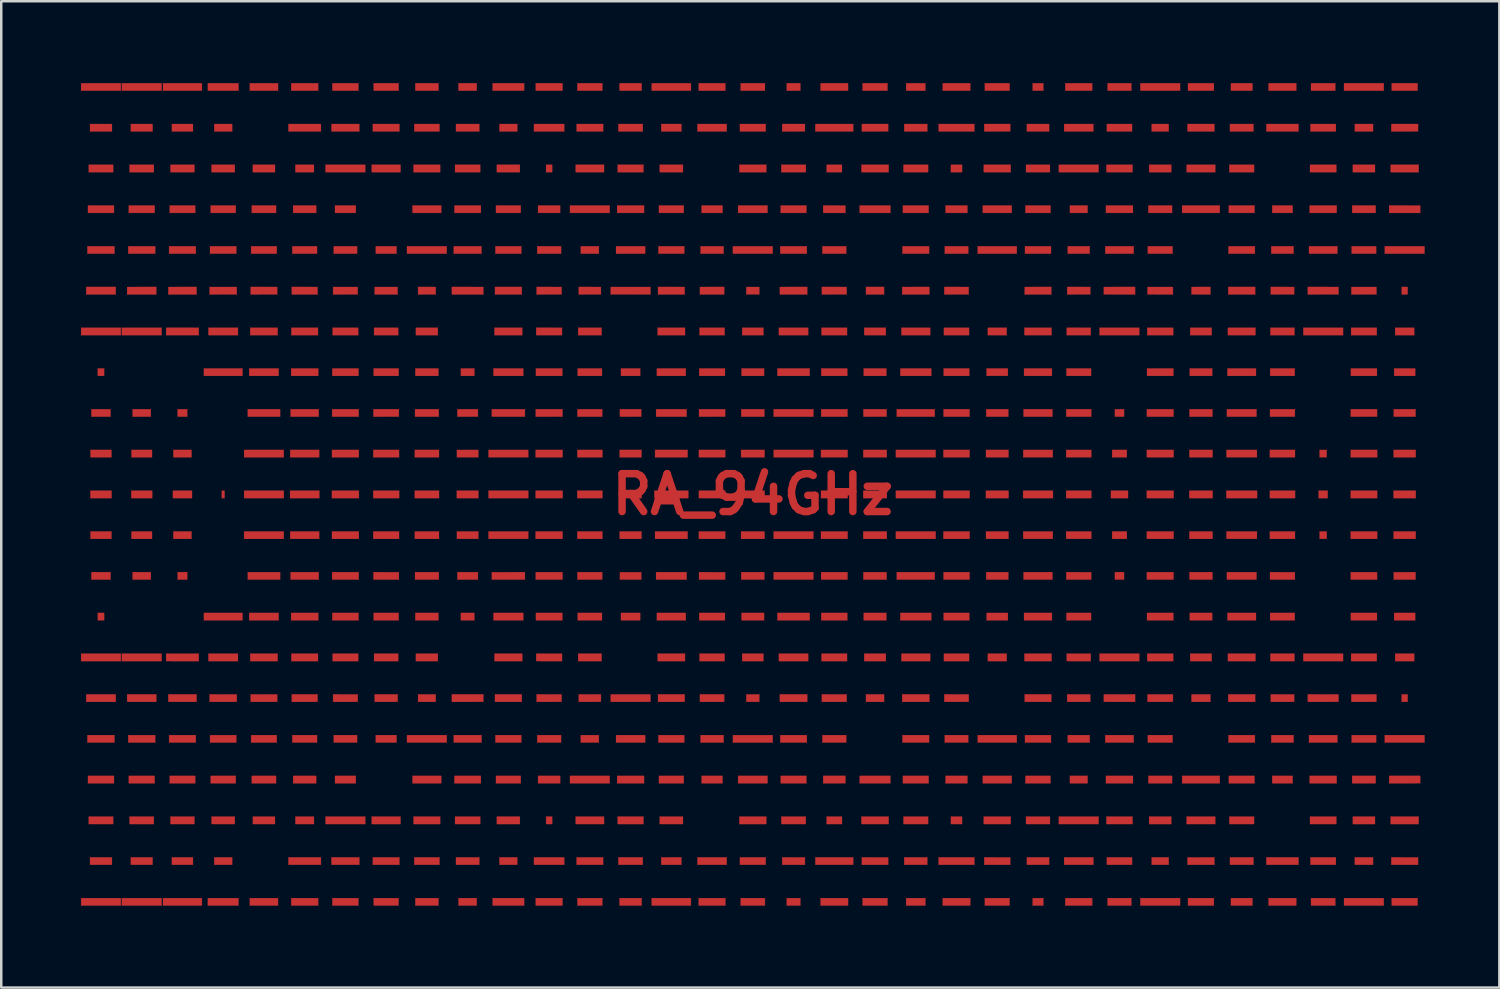
<source format=kicad_pcb>
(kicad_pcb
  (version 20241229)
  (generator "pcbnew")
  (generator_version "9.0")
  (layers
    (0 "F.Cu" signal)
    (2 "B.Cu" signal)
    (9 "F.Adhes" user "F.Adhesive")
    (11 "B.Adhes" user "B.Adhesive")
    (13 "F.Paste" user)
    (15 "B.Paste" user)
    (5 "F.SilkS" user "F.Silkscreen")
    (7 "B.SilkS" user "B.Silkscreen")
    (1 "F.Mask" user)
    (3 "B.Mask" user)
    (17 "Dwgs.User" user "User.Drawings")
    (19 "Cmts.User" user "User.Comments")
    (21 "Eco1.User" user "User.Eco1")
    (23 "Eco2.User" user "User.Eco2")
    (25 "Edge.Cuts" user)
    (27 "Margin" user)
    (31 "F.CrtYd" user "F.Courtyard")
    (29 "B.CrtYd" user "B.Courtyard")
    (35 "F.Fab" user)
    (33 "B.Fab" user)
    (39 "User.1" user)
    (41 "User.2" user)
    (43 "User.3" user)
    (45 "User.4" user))
  (footprint "RA_94GHz"
    (layer "F.Cu")
    (at 27.25 16.85)
    (property "Reference" "RA_94GHz" (at 0 0 0) (layer "F.Cu") (effects (font (size 1.524 1.524) (thickness 0.3))))
    (attr through_hole)
    (fp_poly (pts (xy -26.109 -4.77) (xy -26.363 -4.77) (xy -26.363 -5.069) (xy -26.109 -5.069) (xy -26.109 -4.77)) (stroke (width 0.01) (type solid)) (fill yes) (layer "F.Cu"))
    (fp_poly (pts (xy -26.109 5.069) (xy -26.363 5.069) (xy -26.363 4.77) (xy -26.109 4.77) (xy -26.109 5.069)) (stroke (width 0.01) (type solid)) (fill yes) (layer "F.Cu"))
    (fp_poly (pts (xy -25.85 -3.129) (xy -26.622 -3.129) (xy -26.622 -3.429) (xy -25.85 -3.429) (xy -25.85 -3.129)) (stroke (width 0.01) (type solid)) (fill yes) (layer "F.Cu"))
    (fp_poly (pts (xy -25.85 3.429) (xy -26.622 3.429) (xy -26.622 3.129) (xy -25.85 3.129) (xy -25.85 3.429)) (stroke (width 0.01) (type solid)) (fill yes) (layer "F.Cu"))
    (fp_poly (pts (xy -25.814 -1.491) (xy -26.657 -1.491) (xy -26.657 -1.791) (xy -25.814 -1.791) (xy -25.814 -1.491)) (stroke (width 0.01) (type solid)) (fill yes) (layer "F.Cu"))
    (fp_poly (pts (xy -25.814 1.791) (xy -26.657 1.791) (xy -26.657 1.491) (xy -25.814 1.491) (xy -25.814 1.791)) (stroke (width 0.01) (type solid)) (fill yes) (layer "F.Cu"))
    (fp_poly (pts (xy -25.809 0.15) (xy -26.662 0.15) (xy -26.662 -0.15) (xy -25.809 -0.15) (xy -25.809 0.15)) (stroke (width 0.01) (type solid)) (fill yes) (layer "F.Cu"))
    (fp_poly (pts (xy -25.794 -14.609) (xy -26.677 -14.609) (xy -26.677 -14.908) (xy -25.794 -14.908) (xy -25.794 -14.609)) (stroke (width 0.01) (type solid)) (fill yes) (layer "F.Cu"))
    (fp_poly (pts (xy -25.794 14.908) (xy -26.677 14.908) (xy -26.677 14.609) (xy -25.794 14.609) (xy -25.794 14.908)) (stroke (width 0.01) (type solid)) (fill yes) (layer "F.Cu"))
    (fp_poly (pts (xy -25.712 -11.33) (xy -26.759 -11.33) (xy -26.759 -11.629) (xy -25.712 -11.629) (xy -25.712 -11.33)) (stroke (width 0.01) (type solid)) (fill yes) (layer "F.Cu"))
    (fp_poly (pts (xy -25.712 11.629) (xy -26.759 11.629) (xy -26.759 11.33) (xy -25.712 11.33) (xy -25.712 11.629)) (stroke (width 0.01) (type solid)) (fill yes) (layer "F.Cu"))
    (fp_poly (pts (xy -25.692 -9.689) (xy -26.782 -9.689) (xy -26.782 -9.989) (xy -25.692 -9.989) (xy -25.692 -9.689)) (stroke (width 0.01) (type solid)) (fill yes) (layer "F.Cu"))
    (fp_poly (pts (xy -25.692 9.989) (xy -26.782 9.989) (xy -26.782 9.689) (xy -25.692 9.689) (xy -25.692 9.989)) (stroke (width 0.01) (type solid)) (fill yes) (layer "F.Cu"))
    (fp_poly (pts (xy -25.641 -8.048) (xy -26.83 -8.048) (xy -26.83 -8.351) (xy -25.641 -8.351) (xy -25.641 -8.048)) (stroke (width 0.01) (type solid)) (fill yes) (layer "F.Cu"))
    (fp_poly (pts (xy -25.641 8.351) (xy -26.83 8.351) (xy -26.83 8.048) (xy -25.641 8.048) (xy -25.641 8.351)) (stroke (width 0.01) (type solid)) (fill yes) (layer "F.Cu"))
    (fp_poly (pts (xy -25.436 -16.249) (xy -27.036 -16.249) (xy -27.036 -16.549) (xy -25.436 -16.549) (xy -25.436 -16.249)) (stroke (width 0.01) (type solid)) (fill yes) (layer "F.Cu"))
    (fp_poly (pts (xy -25.436 -6.41) (xy -27.036 -6.41) (xy -27.036 -6.71) (xy -25.436 -6.71) (xy -25.436 -6.41)) (stroke (width 0.01) (type solid)) (fill yes) (layer "F.Cu"))
    (fp_poly (pts (xy -25.436 6.71) (xy -27.036 6.71) (xy -27.036 6.41) (xy -25.436 6.41) (xy -25.436 6.71)) (stroke (width 0.01) (type solid)) (fill yes) (layer "F.Cu"))
    (fp_poly (pts (xy -25.436 16.549) (xy -27.036 16.549) (xy -27.036 16.249) (xy -25.436 16.249) (xy -25.436 16.549)) (stroke (width 0.01) (type solid)) (fill yes) (layer "F.Cu"))
    (fp_poly (pts (xy -24.229 -3.129) (xy -24.963 -3.129) (xy -24.963 -3.429) (xy -24.229 -3.429) (xy -24.229 -3.129)) (stroke (width 0.01) (type solid)) (fill yes) (layer "F.Cu"))
    (fp_poly (pts (xy -24.229 3.429) (xy -24.963 3.429) (xy -24.963 3.129) (xy -24.229 3.129) (xy -24.229 3.429)) (stroke (width 0.01) (type solid)) (fill yes) (layer "F.Cu"))
    (fp_poly (pts (xy -24.181 -1.491) (xy -25.009 -1.491) (xy -25.009 -1.791) (xy -24.181 -1.791) (xy -24.181 -1.491)) (stroke (width 0.01) (type solid)) (fill yes) (layer "F.Cu"))
    (fp_poly (pts (xy -24.181 1.791) (xy -25.009 1.791) (xy -25.009 1.491) (xy -24.181 1.491) (xy -24.181 1.791)) (stroke (width 0.01) (type solid)) (fill yes) (layer "F.Cu"))
    (fp_poly (pts (xy -24.173 0.15) (xy -25.016 0.15) (xy -25.016 -0.15) (xy -24.173 -0.15) (xy -24.173 0.15)) (stroke (width 0.01) (type solid)) (fill yes) (layer "F.Cu"))
    (fp_poly (pts (xy -24.158 -14.609) (xy -25.034 -14.609) (xy -25.034 -14.908) (xy -24.158 -14.908) (xy -24.158 -14.609)) (stroke (width 0.01) (type solid)) (fill yes) (layer "F.Cu"))
    (fp_poly (pts (xy -24.158 14.908) (xy -25.034 14.908) (xy -25.034 14.609) (xy -24.158 14.609) (xy -24.158 14.908)) (stroke (width 0.01) (type solid)) (fill yes) (layer "F.Cu"))
    (fp_poly (pts (xy -24.107 -12.968) (xy -25.085 -12.968) (xy -25.085 -13.27) (xy -24.107 -13.27) (xy -24.107 -12.968)) (stroke (width 0.01) (type solid)) (fill yes) (layer "F.Cu"))
    (fp_poly (pts (xy -24.107 13.27) (xy -25.085 13.27) (xy -25.085 12.968) (xy -24.107 12.968) (xy -24.107 13.27)) (stroke (width 0.01) (type solid)) (fill yes) (layer "F.Cu"))
    (fp_poly (pts (xy -24.074 -11.33) (xy -25.116 -11.33) (xy -25.116 -11.629) (xy -24.074 -11.629) (xy -24.074 -11.33)) (stroke (width 0.01) (type solid)) (fill yes) (layer "F.Cu"))
    (fp_poly (pts (xy -24.074 11.629) (xy -25.116 11.629) (xy -25.116 11.33) (xy -24.074 11.33) (xy -24.074 11.629)) (stroke (width 0.01) (type solid)) (fill yes) (layer "F.Cu"))
    (fp_poly (pts (xy -23.795 -16.249) (xy -25.395 -16.249) (xy -25.395 -16.549) (xy -23.795 -16.549) (xy -23.795 -16.249)) (stroke (width 0.01) (type solid)) (fill yes) (layer "F.Cu"))
    (fp_poly (pts (xy -23.795 -6.41) (xy -25.395 -6.41) (xy -25.395 -6.71) (xy -23.795 -6.71) (xy -23.795 -6.41)) (stroke (width 0.01) (type solid)) (fill yes) (layer "F.Cu"))
    (fp_poly (pts (xy -23.795 6.71) (xy -25.395 6.71) (xy -25.395 6.41) (xy -23.795 6.41) (xy -23.795 6.71)) (stroke (width 0.01) (type solid)) (fill yes) (layer "F.Cu"))
    (fp_poly (pts (xy -23.795 16.549) (xy -25.395 16.549) (xy -25.395 16.249) (xy -23.795 16.249) (xy -23.795 16.549)) (stroke (width 0.01) (type solid)) (fill yes) (layer "F.Cu"))
    (fp_poly (pts (xy -22.764 -3.129) (xy -23.15 -3.129) (xy -23.15 -3.429) (xy -22.764 -3.429) (xy -22.764 -3.129)) (stroke (width 0.01) (type solid)) (fill yes) (layer "F.Cu"))
    (fp_poly (pts (xy -22.764 3.429) (xy -23.15 3.429) (xy -23.15 3.129) (xy -22.764 3.129) (xy -22.764 3.429)) (stroke (width 0.01) (type solid)) (fill yes) (layer "F.Cu"))
    (fp_poly (pts (xy -22.591 -1.491) (xy -23.322 -1.491) (xy -23.322 -1.791) (xy -22.591 -1.791) (xy -22.591 -1.491)) (stroke (width 0.01) (type solid)) (fill yes) (layer "F.Cu"))
    (fp_poly (pts (xy -22.591 1.791) (xy -23.322 1.791) (xy -23.322 1.491) (xy -22.591 1.491) (xy -22.591 1.791)) (stroke (width 0.01) (type solid)) (fill yes) (layer "F.Cu"))
    (fp_poly (pts (xy -22.571 0.15) (xy -23.34 0.15) (xy -23.34 -0.15) (xy -22.571 -0.15) (xy -22.571 0.15)) (stroke (width 0.01) (type solid)) (fill yes) (layer "F.Cu"))
    (fp_poly (pts (xy -22.533 -14.609) (xy -23.381 -14.609) (xy -23.381 -14.908) (xy -22.533 -14.908) (xy -22.533 -14.609)) (stroke (width 0.01) (type solid)) (fill yes) (layer "F.Cu"))
    (fp_poly (pts (xy -22.533 14.908) (xy -23.381 14.908) (xy -23.381 14.609) (xy -22.533 14.609) (xy -22.533 14.908)) (stroke (width 0.01) (type solid)) (fill yes) (layer "F.Cu"))
    (fp_poly (pts (xy -22.441 -11.33) (xy -23.47 -11.33) (xy -23.47 -11.629) (xy -22.441 -11.629) (xy -22.441 -11.33)) (stroke (width 0.01) (type solid)) (fill yes) (layer "F.Cu"))
    (fp_poly (pts (xy -22.441 11.629) (xy -23.47 11.629) (xy -23.47 11.33) (xy -22.441 11.33) (xy -22.441 11.629)) (stroke (width 0.01) (type solid)) (fill yes) (layer "F.Cu"))
    (fp_poly (pts (xy -22.418 -9.689) (xy -23.495 -9.689) (xy -23.495 -9.989) (xy -22.418 -9.989) (xy -22.418 -9.689)) (stroke (width 0.01) (type solid)) (fill yes) (layer "F.Cu"))
    (fp_poly (pts (xy -22.418 9.989) (xy -23.495 9.989) (xy -23.495 9.689) (xy -22.418 9.689) (xy -22.418 9.989)) (stroke (width 0.01) (type solid)) (fill yes) (layer "F.Cu"))
    (fp_poly (pts (xy -22.172 -16.249) (xy -23.739 -16.249) (xy -23.739 -16.549) (xy -22.172 -16.549) (xy -22.172 -16.249)) (stroke (width 0.01) (type solid)) (fill yes) (layer "F.Cu"))
    (fp_poly (pts (xy -22.172 16.549) (xy -23.739 16.549) (xy -23.739 16.249) (xy -22.172 16.249) (xy -22.172 16.549)) (stroke (width 0.01) (type solid)) (fill yes) (layer "F.Cu"))
    (fp_poly (pts (xy -21.26 0.15) (xy -21.372 0.15) (xy -21.372 -0.15) (xy -21.26 -0.15) (xy -21.26 0.15)) (stroke (width 0.01) (type solid)) (fill yes) (layer "F.Cu"))
    (fp_poly (pts (xy -20.955 -14.609) (xy -21.677 -14.609) (xy -21.677 -14.908) (xy -20.955 -14.908) (xy -20.955 -14.609)) (stroke (width 0.01) (type solid)) (fill yes) (layer "F.Cu"))
    (fp_poly (pts (xy -20.955 14.908) (xy -21.677 14.908) (xy -21.677 14.609) (xy -20.955 14.609) (xy -20.955 14.908)) (stroke (width 0.01) (type solid)) (fill yes) (layer "F.Cu"))
    (fp_poly (pts (xy -20.811 -11.33) (xy -21.821 -11.33) (xy -21.821 -11.629) (xy -20.811 -11.629) (xy -20.811 -11.33)) (stroke (width 0.01) (type solid)) (fill yes) (layer "F.Cu"))
    (fp_poly (pts (xy -20.811 11.629) (xy -21.821 11.629) (xy -21.821 11.33) (xy -20.811 11.33) (xy -20.811 11.629)) (stroke (width 0.01) (type solid)) (fill yes) (layer "F.Cu"))
    (fp_poly (pts (xy -20.722 -6.41) (xy -21.91 -6.41) (xy -21.91 -6.71) (xy -20.722 -6.71) (xy -20.722 -6.41)) (stroke (width 0.01) (type solid)) (fill yes) (layer "F.Cu"))
    (fp_poly (pts (xy -20.722 6.71) (xy -21.91 6.71) (xy -21.91 6.41) (xy -20.722 6.41) (xy -20.722 6.71)) (stroke (width 0.01) (type solid)) (fill yes) (layer "F.Cu"))
    (fp_poly (pts (xy -20.699 -16.249) (xy -21.933 -16.249) (xy -21.933 -16.549) (xy -20.699 -16.549) (xy -20.699 -16.249)) (stroke (width 0.01) (type solid)) (fill yes) (layer "F.Cu"))
    (fp_poly (pts (xy -20.699 16.549) (xy -21.933 16.549) (xy -21.933 16.249) (xy -20.699 16.249) (xy -20.699 16.549)) (stroke (width 0.01) (type solid)) (fill yes) (layer "F.Cu"))
    (fp_poly (pts (xy -20.539 -4.77) (xy -22.093 -4.77) (xy -22.093 -5.069) (xy -20.539 -5.069) (xy -20.539 -4.77)) (stroke (width 0.01) (type solid)) (fill yes) (layer "F.Cu"))
    (fp_poly (pts (xy -20.539 5.069) (xy -22.093 5.069) (xy -22.093 4.77) (xy -20.539 4.77) (xy -20.539 5.069)) (stroke (width 0.01) (type solid)) (fill yes) (layer "F.Cu"))
    (fp_poly (pts (xy -19.231 13.27) (xy -20.122 13.27) (xy -20.121 12.969) (xy -19.232 12.969) (xy -19.231 13.27)) (stroke (width 0.01) (type solid)) (fill yes) (layer "F.Cu"))
    (fp_poly (pts (xy -19.188 -11.33) (xy -20.166 -11.33) (xy -20.166 -11.629) (xy -19.188 -11.629) (xy -19.188 -11.33)) (stroke (width 0.01) (type solid)) (fill yes) (layer "F.Cu"))
    (fp_poly (pts (xy -19.188 11.629) (xy -20.166 11.629) (xy -20.166 11.33) (xy -19.188 11.33) (xy -19.188 11.629)) (stroke (width 0.01) (type solid)) (fill yes) (layer "F.Cu"))
    (fp_poly (pts (xy -19.16 -9.689) (xy -20.194 -9.689) (xy -20.194 -9.989) (xy -19.16 -9.989) (xy -19.16 -9.689)) (stroke (width 0.01) (type solid)) (fill yes) (layer "F.Cu"))
    (fp_poly (pts (xy -19.16 9.989) (xy -20.194 9.989) (xy -20.194 9.689) (xy -19.16 9.689) (xy -19.16 9.989)) (stroke (width 0.01) (type solid)) (fill yes) (layer "F.Cu"))
    (fp_poly (pts (xy -19.124 -6.41) (xy -20.229 -6.41) (xy -20.229 -6.71) (xy -19.124 -6.71) (xy -19.124 -6.41)) (stroke (width 0.01) (type solid)) (fill yes) (layer "F.Cu"))
    (fp_poly (pts (xy -19.124 6.71) (xy -20.229 6.71) (xy -20.229 6.41) (xy -19.124 6.41) (xy -19.124 6.71)) (stroke (width 0.01) (type solid)) (fill yes) (layer "F.Cu"))
    (fp_poly (pts (xy -19.109 -16.249) (xy -20.244 -16.249) (xy -20.244 -16.549) (xy -19.109 -16.549) (xy -19.109 -16.249)) (stroke (width 0.01) (type solid)) (fill yes) (layer "F.Cu"))
    (fp_poly (pts (xy -19.109 16.549) (xy -20.244 16.549) (xy -20.244 16.249) (xy -19.109 16.249) (xy -19.109 16.549)) (stroke (width 0.01) (type solid)) (fill yes) (layer "F.Cu"))
    (fp_poly (pts (xy -19.084 -4.77) (xy -20.27 -4.77) (xy -20.27 -5.069) (xy -19.084 -5.069) (xy -19.084 -4.77)) (stroke (width 0.01) (type solid)) (fill yes) (layer "F.Cu"))
    (fp_poly (pts (xy -19.084 5.069) (xy -20.27 5.069) (xy -20.27 4.77) (xy -19.084 4.77) (xy -19.084 5.069)) (stroke (width 0.01) (type solid)) (fill yes) (layer "F.Cu"))
    (fp_poly (pts (xy -19.025 -3.129) (xy -20.326 -3.129) (xy -20.326 -3.429) (xy -19.025 -3.429) (xy -19.025 -3.129)) (stroke (width 0.01) (type solid)) (fill yes) (layer "F.Cu"))
    (fp_poly (pts (xy -19.025 3.429) (xy -20.326 3.429) (xy -20.326 3.129) (xy -19.025 3.129) (xy -19.025 3.429)) (stroke (width 0.01) (type solid)) (fill yes) (layer "F.Cu"))
    (fp_poly (pts (xy -18.878 -1.491) (xy -20.475 -1.491) (xy -20.475 -1.791) (xy -18.878 -1.791) (xy -18.878 -1.491)) (stroke (width 0.01) (type solid)) (fill yes) (layer "F.Cu"))
    (fp_poly (pts (xy -18.878 1.791) (xy -20.475 1.791) (xy -20.475 1.491) (xy -18.878 1.491) (xy -18.878 1.791)) (stroke (width 0.01) (type solid)) (fill yes) (layer "F.Cu"))
    (fp_poly (pts (xy -18.875 0.15) (xy -20.475 0.15) (xy -20.475 -0.15) (xy -18.875 -0.15) (xy -18.875 0.15)) (stroke (width 0.01) (type solid)) (fill yes) (layer "F.Cu"))
    (fp_poly (pts (xy -17.573 -11.33) (xy -18.502 -11.33) (xy -18.502 -11.629) (xy -17.573 -11.629) (xy -17.573 -11.33)) (stroke (width 0.01) (type solid)) (fill yes) (layer "F.Cu"))
    (fp_poly (pts (xy -17.573 11.629) (xy -18.502 11.629) (xy -18.502 11.33) (xy -17.573 11.33) (xy -17.573 11.629)) (stroke (width 0.01) (type solid)) (fill yes) (layer "F.Cu"))
    (fp_poly (pts (xy -17.539 -9.689) (xy -18.535 -9.689) (xy -18.535 -9.989) (xy -17.539 -9.989) (xy -17.539 -9.689)) (stroke (width 0.01) (type solid)) (fill yes) (layer "F.Cu"))
    (fp_poly (pts (xy -17.539 9.989) (xy -18.535 9.989) (xy -18.535 9.689) (xy -17.539 9.689) (xy -17.539 9.989)) (stroke (width 0.01) (type solid)) (fill yes) (layer "F.Cu"))
    (fp_poly (pts (xy -17.501 -6.41) (xy -18.573 -6.41) (xy -18.573 -6.71) (xy -17.501 -6.71) (xy -17.501 -6.41)) (stroke (width 0.01) (type solid)) (fill yes) (layer "F.Cu"))
    (fp_poly (pts (xy -17.501 6.71) (xy -18.573 6.71) (xy -18.573 6.41) (xy -17.501 6.41) (xy -17.501 6.71)) (stroke (width 0.01) (type solid)) (fill yes) (layer "F.Cu"))
    (fp_poly (pts (xy -17.494 -16.249) (xy -18.578 -16.249) (xy -18.578 -16.549) (xy -17.494 -16.549) (xy -17.494 -16.249)) (stroke (width 0.01) (type solid)) (fill yes) (layer "F.Cu"))
    (fp_poly (pts (xy -17.494 16.549) (xy -18.578 16.549) (xy -18.578 16.249) (xy -17.494 16.249) (xy -17.494 16.549)) (stroke (width 0.01) (type solid)) (fill yes) (layer "F.Cu"))
    (fp_poly (pts (xy -17.489 -4.77) (xy -18.583 -4.77) (xy -18.583 -5.069) (xy -17.489 -5.069) (xy -17.489 -4.77)) (stroke (width 0.01) (type solid)) (fill yes) (layer "F.Cu"))
    (fp_poly (pts (xy -17.489 5.069) (xy -18.583 5.069) (xy -18.583 4.77) (xy -17.489 4.77) (xy -17.489 5.069)) (stroke (width 0.01) (type solid)) (fill yes) (layer "F.Cu"))
    (fp_poly (pts (xy -17.471 -3.129) (xy -18.604 -3.129) (xy -18.604 -3.429) (xy -17.471 -3.429) (xy -17.471 -3.129)) (stroke (width 0.01) (type solid)) (fill yes) (layer "F.Cu"))
    (fp_poly (pts (xy -17.471 3.429) (xy -18.604 3.429) (xy -18.604 3.129) (xy -17.471 3.129) (xy -17.471 3.429)) (stroke (width 0.01) (type solid)) (fill yes) (layer "F.Cu"))
    (fp_poly (pts (xy -17.453 -1.491) (xy -18.621 -1.491) (xy -18.621 -1.791) (xy -17.453 -1.791) (xy -17.453 -1.491)) (stroke (width 0.01) (type solid)) (fill yes) (layer "F.Cu"))
    (fp_poly (pts (xy -17.453 1.791) (xy -18.621 1.791) (xy -18.621 1.491) (xy -17.453 1.491) (xy -17.453 1.791)) (stroke (width 0.01) (type solid)) (fill yes) (layer "F.Cu"))
    (fp_poly (pts (xy -17.446 0.15) (xy -18.626 0.15) (xy -18.626 -0.15) (xy -17.446 -0.15) (xy -17.446 0.15)) (stroke (width 0.01) (type solid)) (fill yes) (layer "F.Cu"))
    (fp_poly (pts (xy -17.382 -14.609) (xy -18.69 -14.609) (xy -18.69 -14.908) (xy -17.382 -14.908) (xy -17.382 -14.609)) (stroke (width 0.01) (type solid)) (fill yes) (layer "F.Cu"))
    (fp_poly (pts (xy -17.382 14.908) (xy -18.69 14.908) (xy -18.69 14.609) (xy -17.382 14.609) (xy -17.382 14.908)) (stroke (width 0.01) (type solid)) (fill yes) (layer "F.Cu"))
    (fp_poly (pts (xy -15.978 -11.33) (xy -16.816 -11.33) (xy -16.816 -11.629) (xy -15.978 -11.629) (xy -15.978 -11.33)) (stroke (width 0.01) (type solid)) (fill yes) (layer "F.Cu"))
    (fp_poly (pts (xy -15.978 11.629) (xy -16.816 11.629) (xy -16.816 11.33) (xy -15.978 11.33) (xy -15.978 11.629)) (stroke (width 0.01) (type solid)) (fill yes) (layer "F.Cu"))
    (fp_poly (pts (xy -15.927 -9.689) (xy -16.866 -9.689) (xy -16.866 -9.989) (xy -15.927 -9.989) (xy -15.927 -9.689)) (stroke (width 0.01) (type solid)) (fill yes) (layer "F.Cu"))
    (fp_poly (pts (xy -15.927 9.989) (xy -16.866 9.989) (xy -16.866 9.689) (xy -15.927 9.689) (xy -15.927 9.989)) (stroke (width 0.01) (type solid)) (fill yes) (layer "F.Cu"))
    (fp_poly (pts (xy -15.881 -6.41) (xy -16.912 -6.41) (xy -16.912 -6.71) (xy -15.881 -6.71) (xy -15.881 -6.41)) (stroke (width 0.01) (type solid)) (fill yes) (layer "F.Cu"))
    (fp_poly (pts (xy -15.881 6.71) (xy -16.912 6.71) (xy -16.912 6.41) (xy -15.881 6.41) (xy -15.881 6.71)) (stroke (width 0.01) (type solid)) (fill yes) (layer "F.Cu"))
    (fp_poly (pts (xy -15.873 -16.249) (xy -16.922 -16.249) (xy -16.922 -16.549) (xy -15.873 -16.549) (xy -15.873 -16.249)) (stroke (width 0.01) (type solid)) (fill yes) (layer "F.Cu"))
    (fp_poly (pts (xy -15.873 16.549) (xy -16.922 16.549) (xy -16.922 16.249) (xy -15.873 16.249) (xy -15.873 16.549)) (stroke (width 0.01) (type solid)) (fill yes) (layer "F.Cu"))
    (fp_poly (pts (xy -15.868 -4.77) (xy -16.925 -4.77) (xy -16.925 -5.069) (xy -15.868 -5.069) (xy -15.868 -4.77)) (stroke (width 0.01) (type solid)) (fill yes) (layer "F.Cu"))
    (fp_poly (pts (xy -15.868 5.069) (xy -16.925 5.069) (xy -16.925 4.77) (xy -15.868 4.77) (xy -15.868 5.069)) (stroke (width 0.01) (type solid)) (fill yes) (layer "F.Cu"))
    (fp_poly (pts (xy -15.861 -3.129) (xy -16.932 -3.129) (xy -16.932 -3.429) (xy -15.861 -3.429) (xy -15.861 -3.129)) (stroke (width 0.01) (type solid)) (fill yes) (layer "F.Cu"))
    (fp_poly (pts (xy -15.861 3.429) (xy -16.932 3.429) (xy -16.932 3.129) (xy -15.861 3.129) (xy -15.861 3.429)) (stroke (width 0.01) (type solid)) (fill yes) (layer "F.Cu"))
    (fp_poly (pts (xy -15.856 -1.491) (xy -16.938 -1.491) (xy -16.938 -1.791) (xy -15.856 -1.791) (xy -15.856 -1.491)) (stroke (width 0.01) (type solid)) (fill yes) (layer "F.Cu"))
    (fp_poly (pts (xy -15.856 1.791) (xy -16.938 1.791) (xy -16.938 1.491) (xy -15.856 1.491) (xy -15.856 1.791)) (stroke (width 0.01) (type solid)) (fill yes) (layer "F.Cu"))
    (fp_poly (pts (xy -15.853 0.15) (xy -16.94 0.15) (xy -16.94 -0.15) (xy -15.853 -0.15) (xy -15.853 0.15)) (stroke (width 0.01) (type solid)) (fill yes) (layer "F.Cu"))
    (fp_poly (pts (xy -15.835 -14.609) (xy -16.958 -14.609) (xy -16.958 -14.908) (xy -15.835 -14.908) (xy -15.835 -14.609)) (stroke (width 0.01) (type solid)) (fill yes) (layer "F.Cu"))
    (fp_poly (pts (xy -15.835 14.908) (xy -16.958 14.908) (xy -16.958 14.609) (xy -15.835 14.609) (xy -15.835 14.908)) (stroke (width 0.01) (type solid)) (fill yes) (layer "F.Cu"))
    (fp_poly (pts (xy -15.598 12.969) (xy -15.597 13.27) (xy -17.197 13.27) (xy -17.197 12.968) (xy -15.598 12.969)) (stroke (width 0.01) (type solid)) (fill yes) (layer "F.Cu"))
    (fp_poly (pts (xy -14.339 -9.689) (xy -15.175 -9.689) (xy -15.175 -9.989) (xy -14.339 -9.989) (xy -14.339 -9.689)) (stroke (width 0.01) (type solid)) (fill yes) (layer "F.Cu"))
    (fp_poly (pts (xy -14.339 9.989) (xy -15.175 9.989) (xy -15.175 9.689) (xy -14.339 9.689) (xy -14.339 9.989)) (stroke (width 0.01) (type solid)) (fill yes) (layer "F.Cu"))
    (fp_poly (pts (xy -14.271 -6.41) (xy -15.244 -6.41) (xy -15.244 -6.71) (xy -14.271 -6.71) (xy -14.271 -6.41)) (stroke (width 0.01) (type solid)) (fill yes) (layer "F.Cu"))
    (fp_poly (pts (xy -14.271 6.71) (xy -15.244 6.71) (xy -15.244 6.41) (xy -14.271 6.41) (xy -14.271 6.71)) (stroke (width 0.01) (type solid)) (fill yes) (layer "F.Cu"))
    (fp_poly (pts (xy -14.256 -16.249) (xy -15.259 -16.249) (xy -15.259 -16.549) (xy -14.256 -16.549) (xy -14.256 -16.249)) (stroke (width 0.01) (type solid)) (fill yes) (layer "F.Cu"))
    (fp_poly (pts (xy -14.256 16.549) (xy -15.259 16.549) (xy -15.259 16.249) (xy -14.256 16.249) (xy -14.256 16.549)) (stroke (width 0.01) (type solid)) (fill yes) (layer "F.Cu"))
    (fp_poly (pts (xy -14.253 -4.77) (xy -15.259 -4.77) (xy -15.259 -5.069) (xy -14.253 -5.069) (xy -14.253 -4.77)) (stroke (width 0.01) (type solid)) (fill yes) (layer "F.Cu"))
    (fp_poly (pts (xy -14.253 5.069) (xy -15.259 5.069) (xy -15.259 4.77) (xy -14.253 4.77) (xy -14.253 5.069)) (stroke (width 0.01) (type solid)) (fill yes) (layer "F.Cu"))
    (fp_poly (pts (xy -14.238 -1.491) (xy -15.277 -1.491) (xy -15.277 -1.791) (xy -14.238 -1.791) (xy -14.238 -1.491)) (stroke (width 0.01) (type solid)) (fill yes) (layer "F.Cu"))
    (fp_poly (pts (xy -14.238 1.791) (xy -15.277 1.791) (xy -15.277 1.491) (xy -14.238 1.491) (xy -14.238 1.791)) (stroke (width 0.01) (type solid)) (fill yes) (layer "F.Cu"))
    (fp_poly (pts (xy -14.235 0.15) (xy -15.277 0.15) (xy -15.277 -0.15) (xy -14.235 -0.15) (xy -14.235 0.15)) (stroke (width 0.01) (type solid)) (fill yes) (layer "F.Cu"))
    (fp_poly (pts (xy -14.223 -14.609) (xy -15.292 -14.609) (xy -15.292 -14.908) (xy -14.223 -14.908) (xy -14.223 -14.609)) (stroke (width 0.01) (type solid)) (fill yes) (layer "F.Cu"))
    (fp_poly (pts (xy -14.223 14.908) (xy -15.292 14.908) (xy -15.292 14.609) (xy -14.223 14.609) (xy -14.223 14.908)) (stroke (width 0.01) (type solid)) (fill yes) (layer "F.Cu"))
    (fp_poly (pts (xy -14.177 -12.968) (xy -15.338 -12.968) (xy -15.338 -13.27) (xy -14.177 -13.27) (xy -14.177 -12.968)) (stroke (width 0.01) (type solid)) (fill yes) (layer "F.Cu"))
    (fp_poly (pts (xy -14.177 13.27) (xy -15.338 13.27) (xy -15.338 12.968) (xy -14.177 12.968) (xy -14.177 13.27)) (stroke (width 0.01) (type solid)) (fill yes) (layer "F.Cu"))
    (fp_poly (pts (xy -12.676 -6.41) (xy -13.56 -6.41) (xy -13.56 -6.71) (xy -12.676 -6.71) (xy -12.676 -6.41)) (stroke (width 0.01) (type solid)) (fill yes) (layer "F.Cu"))
    (fp_poly (pts (xy -12.676 6.71) (xy -13.56 6.71) (xy -13.56 6.41) (xy -12.676 6.41) (xy -12.676 6.71)) (stroke (width 0.01) (type solid)) (fill yes) (layer "F.Cu"))
    (fp_poly (pts (xy -12.653 -4.77) (xy -13.583 -4.77) (xy -13.583 -5.069) (xy -12.653 -5.069) (xy -12.653 -4.77)) (stroke (width 0.01) (type solid)) (fill yes) (layer "F.Cu"))
    (fp_poly (pts (xy -12.653 5.069) (xy -13.583 5.069) (xy -13.583 4.77) (xy -12.653 4.77) (xy -12.653 5.069)) (stroke (width 0.01) (type solid)) (fill yes) (layer "F.Cu"))
    (fp_poly (pts (xy -12.65 -16.249) (xy -13.583 -16.249) (xy -13.583 -16.549) (xy -12.65 -16.549) (xy -12.65 -16.249)) (stroke (width 0.01) (type solid)) (fill yes) (layer "F.Cu"))
    (fp_poly (pts (xy -12.65 16.549) (xy -13.583 16.549) (xy -13.583 16.249) (xy -12.65 16.249) (xy -12.65 16.549)) (stroke (width 0.01) (type solid)) (fill yes) (layer "F.Cu"))
    (fp_poly (pts (xy -12.638 -3.129) (xy -13.595 -3.129) (xy -13.595 -3.429) (xy -12.638 -3.429) (xy -12.638 -3.129)) (stroke (width 0.01) (type solid)) (fill yes) (layer "F.Cu"))
    (fp_poly (pts (xy -12.638 3.429) (xy -13.595 3.429) (xy -13.595 3.129) (xy -12.638 3.129) (xy -12.638 3.429)) (stroke (width 0.01) (type solid)) (fill yes) (layer "F.Cu"))
    (fp_poly (pts (xy -12.63 -1.491) (xy -13.603 -1.491) (xy -13.603 -1.791) (xy -12.63 -1.791) (xy -12.63 -1.491)) (stroke (width 0.01) (type solid)) (fill yes) (layer "F.Cu"))
    (fp_poly (pts (xy -12.63 1.791) (xy -13.603 1.791) (xy -13.603 1.491) (xy -12.63 1.491) (xy -12.63 1.791)) (stroke (width 0.01) (type solid)) (fill yes) (layer "F.Cu"))
    (fp_poly (pts (xy -12.628 0.15) (xy -13.605 0.15) (xy -13.605 -0.15) (xy -12.628 -0.15) (xy -12.628 0.15)) (stroke (width 0.01) (type solid)) (fill yes) (layer "F.Cu"))
    (fp_poly (pts (xy -12.61 -14.609) (xy -13.626 -14.609) (xy -13.626 -14.908) (xy -12.61 -14.908) (xy -12.61 -14.609)) (stroke (width 0.01) (type solid)) (fill yes) (layer "F.Cu"))
    (fp_poly (pts (xy -12.61 14.908) (xy -13.626 14.908) (xy -13.626 14.609) (xy -12.61 14.609) (xy -12.61 14.908)) (stroke (width 0.01) (type solid)) (fill yes) (layer "F.Cu"))
    (fp_poly (pts (xy -12.582 -12.968) (xy -13.654 -12.968) (xy -13.654 -13.27) (xy -12.582 -13.27) (xy -12.582 -12.968)) (stroke (width 0.01) (type solid)) (fill yes) (layer "F.Cu"))
    (fp_poly (pts (xy -12.582 13.27) (xy -13.654 13.27) (xy -13.654 12.968) (xy -12.582 12.968) (xy -12.582 13.27)) (stroke (width 0.01) (type solid)) (fill yes) (layer "F.Cu"))
    (fp_poly (pts (xy -12.539 -11.33) (xy -13.697 -11.33) (xy -13.697 -11.629) (xy -12.539 -11.629) (xy -12.539 -11.33)) (stroke (width 0.01) (type solid)) (fill yes) (layer "F.Cu"))
    (fp_poly (pts (xy -12.539 11.629) (xy -13.697 11.629) (xy -13.697 11.33) (xy -12.539 11.33) (xy -12.539 11.629)) (stroke (width 0.01) (type solid)) (fill yes) (layer "F.Cu"))
    (fp_poly (pts (xy -12.318 -9.689) (xy -13.918 -9.689) (xy -13.918 -9.989) (xy -12.318 -9.989) (xy -12.318 -9.689)) (stroke (width 0.01) (type solid)) (fill yes) (layer "F.Cu"))
    (fp_poly (pts (xy -12.318 9.989) (xy -13.918 9.989) (xy -13.918 9.689) (xy -12.318 9.689) (xy -12.318 9.989)) (stroke (width 0.01) (type solid)) (fill yes) (layer "F.Cu"))
    (fp_poly (pts (xy -11.205 -4.77) (xy -11.749 -4.77) (xy -11.749 -5.069) (xy -11.205 -5.069) (xy -11.205 -4.77)) (stroke (width 0.01) (type solid)) (fill yes) (layer "F.Cu"))
    (fp_poly (pts (xy -11.205 5.069) (xy -11.749 5.069) (xy -11.749 4.77) (xy -11.205 4.77) (xy -11.205 5.069)) (stroke (width 0.01) (type solid)) (fill yes) (layer "F.Cu"))
    (fp_poly (pts (xy -11.111 -16.249) (xy -11.845 -16.249) (xy -11.845 -16.549) (xy -11.111 -16.549) (xy -11.111 -16.249)) (stroke (width 0.01) (type solid)) (fill yes) (layer "F.Cu"))
    (fp_poly (pts (xy -11.111 16.549) (xy -11.845 16.549) (xy -11.845 16.249) (xy -11.111 16.249) (xy -11.111 16.549)) (stroke (width 0.01) (type solid)) (fill yes) (layer "F.Cu"))
    (fp_poly (pts (xy -11.063 -3.129) (xy -11.891 -3.129) (xy -11.891 -3.429) (xy -11.063 -3.429) (xy -11.063 -3.129)) (stroke (width 0.01) (type solid)) (fill yes) (layer "F.Cu"))
    (fp_poly (pts (xy -11.063 3.429) (xy -11.891 3.429) (xy -11.891 3.129) (xy -11.063 3.129) (xy -11.063 3.429)) (stroke (width 0.01) (type solid)) (fill yes) (layer "F.Cu"))
    (fp_poly (pts (xy -11.047 1.789) (xy -11.909 1.791) (xy -11.909 1.491) (xy -11.045 1.491) (xy -11.047 1.789)) (stroke (width 0.01) (type solid)) (fill yes) (layer "F.Cu"))
    (fp_poly (pts (xy -11.043 0.15) (xy -11.914 0.15) (xy -11.914 -0.15) (xy -11.043 -0.15) (xy -11.043 0.15)) (stroke (width 0.01) (type solid)) (fill yes) (layer "F.Cu"))
    (fp_poly (pts (xy -11.007 -14.609) (xy -11.947 -14.609) (xy -11.947 -14.908) (xy -11.007 -14.908) (xy -11.007 -14.609)) (stroke (width 0.01) (type solid)) (fill yes) (layer "F.Cu"))
    (fp_poly (pts (xy -11.007 14.908) (xy -11.947 14.908) (xy -11.947 14.609) (xy -11.007 14.609) (xy -11.007 14.908)) (stroke (width 0.01) (type solid)) (fill yes) (layer "F.Cu"))
    (fp_poly (pts (xy -10.944 -11.33) (xy -12.01 -11.33) (xy -12.01 -11.629) (xy -10.944 -11.629) (xy -10.944 -11.33)) (stroke (width 0.01) (type solid)) (fill yes) (layer "F.Cu"))
    (fp_poly (pts (xy -10.944 11.629) (xy -12.01 11.629) (xy -12.01 11.33) (xy -10.944 11.33) (xy -10.944 11.629)) (stroke (width 0.01) (type solid)) (fill yes) (layer "F.Cu"))
    (fp_poly (pts (xy -10.918 -9.689) (xy -12.036 -9.689) (xy -12.036 -9.989) (xy -10.918 -9.989) (xy -10.918 -9.689)) (stroke (width 0.01) (type solid)) (fill yes) (layer "F.Cu"))
    (fp_poly (pts (xy -10.918 9.989) (xy -12.036 9.989) (xy -12.036 9.689) (xy -10.918 9.689) (xy -10.918 9.989)) (stroke (width 0.01) (type solid)) (fill yes) (layer "F.Cu"))
    (fp_poly (pts (xy -9.478 -14.609) (xy -10.197 -14.609) (xy -10.197 -14.908) (xy -9.478 -14.908) (xy -9.478 -14.609)) (stroke (width 0.01) (type solid)) (fill yes) (layer "F.Cu"))
    (fp_poly (pts (xy -9.478 14.908) (xy -10.197 14.908) (xy -10.197 14.609) (xy -9.478 14.609) (xy -9.478 14.908)) (stroke (width 0.01) (type solid)) (fill yes) (layer "F.Cu"))
    (fp_poly (pts (xy -9.374 -12.968) (xy -10.301 -12.968) (xy -10.301 -13.27) (xy -9.374 -13.27) (xy -9.374 -12.968)) (stroke (width 0.01) (type solid)) (fill yes) (layer "F.Cu"))
    (fp_poly (pts (xy -9.374 13.27) (xy -10.301 13.27) (xy -10.301 12.968) (xy -9.374 12.968) (xy -9.374 13.27)) (stroke (width 0.01) (type solid)) (fill yes) (layer "F.Cu"))
    (fp_poly (pts (xy -9.339 -11.33) (xy -10.337 -11.33) (xy -10.337 -11.629) (xy -9.339 -11.629) (xy -9.339 -11.33)) (stroke (width 0.01) (type solid)) (fill yes) (layer "F.Cu"))
    (fp_poly (pts (xy -9.339 11.629) (xy -10.337 11.629) (xy -10.337 11.33) (xy -9.339 11.33) (xy -9.339 11.629)) (stroke (width 0.01) (type solid)) (fill yes) (layer "F.Cu"))
    (fp_poly (pts (xy -9.316 -9.689) (xy -10.36 -9.689) (xy -10.36 -9.989) (xy -9.316 -9.989) (xy -9.316 -9.689)) (stroke (width 0.01) (type solid)) (fill yes) (layer "F.Cu"))
    (fp_poly (pts (xy -9.316 9.989) (xy -10.36 9.989) (xy -10.36 9.689) (xy -9.316 9.689) (xy -9.316 9.989)) (stroke (width 0.01) (type solid)) (fill yes) (layer "F.Cu"))
    (fp_poly (pts (xy -9.298 -8.048) (xy -10.377 -8.048) (xy -10.377 -8.351) (xy -9.298 -8.351) (xy -9.298 -8.048)) (stroke (width 0.01) (type solid)) (fill yes) (layer "F.Cu"))
    (fp_poly (pts (xy -9.298 8.351) (xy -10.377 8.351) (xy -10.377 8.048) (xy -9.298 8.048) (xy -9.298 8.351)) (stroke (width 0.01) (type solid)) (fill yes) (layer "F.Cu"))
    (fp_poly (pts (xy -9.278 -6.41) (xy -10.398 -6.41) (xy -10.398 -6.71) (xy -9.278 -6.71) (xy -9.278 -6.41)) (stroke (width 0.01) (type solid)) (fill yes) (layer "F.Cu"))
    (fp_poly (pts (xy -9.278 6.71) (xy -10.398 6.71) (xy -10.398 6.41) (xy -9.278 6.41) (xy -9.278 6.71)) (stroke (width 0.01) (type solid)) (fill yes) (layer "F.Cu"))
    (fp_poly (pts (xy -9.237 -4.77) (xy -10.438 -4.77) (xy -10.438 -5.069) (xy -9.237 -5.069) (xy -9.237 -4.77)) (stroke (width 0.01) (type solid)) (fill yes) (layer "F.Cu"))
    (fp_poly (pts (xy -9.237 5.069) (xy -10.438 5.069) (xy -10.438 4.77) (xy -9.237 4.77) (xy -9.237 5.069)) (stroke (width 0.01) (type solid)) (fill yes) (layer "F.Cu"))
    (fp_poly (pts (xy -9.204 -16.249) (xy -10.471 -16.249) (xy -10.471 -16.549) (xy -9.204 -16.549) (xy -9.204 -16.249)) (stroke (width 0.01) (type solid)) (fill yes) (layer "F.Cu"))
    (fp_poly (pts (xy -9.204 16.549) (xy -10.471 16.549) (xy -10.471 16.249) (xy -9.204 16.249) (xy -9.204 16.549)) (stroke (width 0.01) (type solid)) (fill yes) (layer "F.Cu"))
    (fp_poly (pts (xy -9.038 -1.789) (xy -9.036 -1.491) (xy -10.636 -1.491) (xy -10.636 -1.791) (xy -9.038 -1.789)) (stroke (width 0.01) (type solid)) (fill yes) (layer "F.Cu"))
    (fp_poly (pts (xy -9.038 1.789) (xy -10.636 1.791) (xy -10.636 1.491) (xy -9.036 1.491) (xy -9.038 1.789)) (stroke (width 0.01) (type solid)) (fill yes) (layer "F.Cu"))
    (fp_poly (pts (xy -9.036 0.15) (xy -10.636 0.15) (xy -10.636 -0.15) (xy -9.036 -0.15) (xy -9.036 0.15)) (stroke (width 0.01) (type solid)) (fill yes) (layer "F.Cu"))
    (fp_poly (pts (xy -7.754 -11.33) (xy -8.643 -11.33) (xy -8.643 -11.629) (xy -7.754 -11.629) (xy -7.754 -11.33)) (stroke (width 0.01) (type solid)) (fill yes) (layer "F.Cu"))
    (fp_poly (pts (xy -7.754 11.629) (xy -8.643 11.629) (xy -8.643 11.33) (xy -7.754 11.33) (xy -7.754 11.629)) (stroke (width 0.01) (type solid)) (fill yes) (layer "F.Cu"))
    (fp_poly (pts (xy -7.716 -9.689) (xy -8.678 -9.689) (xy -8.678 -9.989) (xy -7.716 -9.989) (xy -7.716 -9.689)) (stroke (width 0.01) (type solid)) (fill yes) (layer "F.Cu"))
    (fp_poly (pts (xy -7.716 9.989) (xy -8.678 9.989) (xy -8.678 9.689) (xy -7.716 9.689) (xy -7.716 9.989)) (stroke (width 0.01) (type solid)) (fill yes) (layer "F.Cu"))
    (fp_poly (pts (xy -7.665 -4.77) (xy -8.729 -4.77) (xy -8.729 -5.069) (xy -7.665 -5.069) (xy -7.665 -4.77)) (stroke (width 0.01) (type solid)) (fill yes) (layer "F.Cu"))
    (fp_poly (pts (xy -7.665 5.069) (xy -8.729 5.069) (xy -8.729 4.77) (xy -7.665 4.77) (xy -7.665 5.069)) (stroke (width 0.01) (type solid)) (fill yes) (layer "F.Cu"))
    (fp_poly (pts (xy -7.659 3.13) (xy -7.657 3.429) (xy -8.737 3.429) (xy -8.737 3.129) (xy -7.659 3.13)) (stroke (width 0.01) (type solid)) (fill yes) (layer "F.Cu"))
    (fp_poly (pts (xy -7.657 -16.249) (xy -8.737 -16.249) (xy -8.737 -16.549) (xy -7.657 -16.549) (xy -7.657 -16.249)) (stroke (width 0.01) (type solid)) (fill yes) (layer "F.Cu"))
    (fp_poly (pts (xy -7.657 16.549) (xy -8.737 16.549) (xy -8.737 16.249) (xy -7.657 16.249) (xy -7.657 16.549)) (stroke (width 0.01) (type solid)) (fill yes) (layer "F.Cu"))
    (fp_poly (pts (xy -7.655 -1.491) (xy -8.742 -1.491) (xy -8.742 -1.791) (xy -7.655 -1.791) (xy -7.655 -1.491)) (stroke (width 0.01) (type solid)) (fill yes) (layer "F.Cu"))
    (fp_poly (pts (xy -7.655 1.791) (xy -8.742 1.791) (xy -8.742 1.491) (xy -7.655 1.491) (xy -7.655 1.791)) (stroke (width 0.01) (type solid)) (fill yes) (layer "F.Cu"))
    (fp_poly (pts (xy -7.652 0.15) (xy -8.742 0.15) (xy -8.742 -0.15) (xy -7.652 -0.15) (xy -7.652 0.15)) (stroke (width 0.01) (type solid)) (fill yes) (layer "F.Cu"))
    (fp_poly (pts (xy -7.589 -14.609) (xy -8.808 -14.609) (xy -8.808 -14.908) (xy -7.589 -14.908) (xy -7.589 -14.609)) (stroke (width 0.01) (type solid)) (fill yes) (layer "F.Cu"))
    (fp_poly (pts (xy -7.589 14.908) (xy -8.808 14.908) (xy -8.808 14.609) (xy -7.589 14.609) (xy -7.589 14.908)) (stroke (width 0.01) (type solid)) (fill yes) (layer "F.Cu"))
    (fp_poly (pts (xy -6.194 -9.689) (xy -6.923 -9.689) (xy -6.923 -9.989) (xy -6.194 -9.989) (xy -6.194 -9.689)) (stroke (width 0.01) (type solid)) (fill yes) (layer "F.Cu"))
    (fp_poly (pts (xy -6.194 9.989) (xy -6.923 9.989) (xy -6.923 9.689) (xy -6.194 9.689) (xy -6.194 9.989)) (stroke (width 0.01) (type solid)) (fill yes) (layer "F.Cu"))
    (fp_poly (pts (xy -6.085 -6.41) (xy -7.03 -6.41) (xy -7.03 -6.71) (xy -6.085 -6.71) (xy -6.085 -6.41)) (stroke (width 0.01) (type solid)) (fill yes) (layer "F.Cu"))
    (fp_poly (pts (xy -6.085 6.71) (xy -7.03 6.71) (xy -7.03 6.41) (xy -6.085 6.41) (xy -6.085 6.71)) (stroke (width 0.01) (type solid)) (fill yes) (layer "F.Cu"))
    (fp_poly (pts (xy -6.07 -4.77) (xy -7.048 -4.77) (xy -7.048 -5.069) (xy -6.07 -5.069) (xy -6.07 -4.77)) (stroke (width 0.01) (type solid)) (fill yes) (layer "F.Cu"))
    (fp_poly (pts (xy -6.07 5.069) (xy -7.048 5.069) (xy -7.048 4.77) (xy -6.07 4.77) (xy -6.07 5.069)) (stroke (width 0.01) (type solid)) (fill yes) (layer "F.Cu"))
    (fp_poly (pts (xy -6.06 -3.129) (xy -7.058 -3.129) (xy -7.058 -3.429) (xy -6.06 -3.429) (xy -6.06 -3.129)) (stroke (width 0.01) (type solid)) (fill yes) (layer "F.Cu"))
    (fp_poly (pts (xy -6.06 3.429) (xy -7.058 3.429) (xy -7.058 3.129) (xy -6.06 3.129) (xy -6.06 3.429)) (stroke (width 0.01) (type solid)) (fill yes) (layer "F.Cu"))
    (fp_poly (pts (xy -6.055 -16.249) (xy -7.06 -16.249) (xy -7.06 -16.549) (xy -6.055 -16.549) (xy -6.055 -16.249)) (stroke (width 0.01) (type solid)) (fill yes) (layer "F.Cu"))
    (fp_poly (pts (xy -6.055 16.549) (xy -7.06 16.549) (xy -7.06 16.249) (xy -6.055 16.249) (xy -6.055 16.549)) (stroke (width 0.01) (type solid)) (fill yes) (layer "F.Cu"))
    (fp_poly (pts (xy -6.052 -1.491) (xy -7.063 -1.491) (xy -7.063 -1.791) (xy -6.052 -1.791) (xy -6.052 -1.491)) (stroke (width 0.01) (type solid)) (fill yes) (layer "F.Cu"))
    (fp_poly (pts (xy -6.052 0.15) (xy -7.066 0.15) (xy -7.066 -0.15) (xy -6.052 -0.15) (xy -6.052 0.15)) (stroke (width 0.01) (type solid)) (fill yes) (layer "F.Cu"))
    (fp_poly (pts (xy -6.052 1.791) (xy -7.063 1.791) (xy -7.063 1.491) (xy -6.052 1.491) (xy -6.052 1.791)) (stroke (width 0.01) (type solid)) (fill yes) (layer "F.Cu"))
    (fp_poly (pts (xy -6.024 -14.609) (xy -7.091 -14.609) (xy -7.091 -14.908) (xy -6.024 -14.908) (xy -6.024 -14.609)) (stroke (width 0.01) (type solid)) (fill yes) (layer "F.Cu"))
    (fp_poly (pts (xy -6.024 14.908) (xy -7.091 14.908) (xy -7.091 14.609) (xy -6.024 14.609) (xy -6.024 14.908)) (stroke (width 0.01) (type solid)) (fill yes) (layer "F.Cu"))
    (fp_poly (pts (xy -5.758 -11.33) (xy -7.358 -11.33) (xy -7.358 -11.629) (xy -5.758 -11.629) (xy -5.758 -11.33)) (stroke (width 0.01) (type solid)) (fill yes) (layer "F.Cu"))
    (fp_poly (pts (xy -5.758 11.629) (xy -7.358 11.629) (xy -7.358 11.33) (xy -5.758 11.33) (xy -5.758 11.629)) (stroke (width 0.01) (type solid)) (fill yes) (layer "F.Cu"))
    (fp_poly (pts (xy -4.531 -4.77) (xy -5.306 -4.77) (xy -5.306 -5.069) (xy -4.531 -5.069) (xy -4.531 -4.77)) (stroke (width 0.01) (type solid)) (fill yes) (layer "F.Cu"))
    (fp_poly (pts (xy -4.531 5.069) (xy -5.306 5.069) (xy -5.306 4.77) (xy -4.531 4.77) (xy -4.531 5.069)) (stroke (width 0.01) (type solid)) (fill yes) (layer "F.Cu"))
    (fp_poly (pts (xy -4.478 -1.491) (xy -5.359 -1.491) (xy -5.359 -1.791) (xy -4.478 -1.791) (xy -4.478 -1.491)) (stroke (width 0.01) (type solid)) (fill yes) (layer "F.Cu"))
    (fp_poly (pts (xy -4.478 1.791) (xy -5.359 1.791) (xy -5.359 1.491) (xy -4.478 1.491) (xy -4.478 1.791)) (stroke (width 0.01) (type solid)) (fill yes) (layer "F.Cu"))
    (fp_poly (pts (xy -4.472 -16.249) (xy -5.364 -16.249) (xy -5.364 -16.549) (xy -4.472 -16.549) (xy -4.472 -16.249)) (stroke (width 0.01) (type solid)) (fill yes) (layer "F.Cu"))
    (fp_poly (pts (xy -4.472 0.15) (xy -5.364 0.15) (xy -5.364 -0.15) (xy -4.472 -0.15) (xy -4.472 0.15)) (stroke (width 0.01) (type solid)) (fill yes) (layer "F.Cu"))
    (fp_poly (pts (xy -4.472 16.549) (xy -5.364 16.549) (xy -5.364 16.249) (xy -4.472 16.249) (xy -4.472 16.549)) (stroke (width 0.01) (type solid)) (fill yes) (layer "F.Cu"))
    (fp_poly (pts (xy -4.427 -14.609) (xy -5.41 -14.609) (xy -5.41 -14.908) (xy -4.427 -14.908) (xy -4.427 -14.609)) (stroke (width 0.01) (type solid)) (fill yes) (layer "F.Cu"))
    (fp_poly (pts (xy -4.427 14.908) (xy -5.41 14.908) (xy -5.41 14.609) (xy -4.427 14.609) (xy -4.427 14.908)) (stroke (width 0.01) (type solid)) (fill yes) (layer "F.Cu"))
    (fp_poly (pts (xy -4.399 -12.968) (xy -5.438 -12.968) (xy -5.438 -13.27) (xy -4.399 -13.27) (xy -4.399 -12.968)) (stroke (width 0.01) (type solid)) (fill yes) (layer "F.Cu"))
    (fp_poly (pts (xy -4.399 13.27) (xy -5.438 13.27) (xy -5.438 12.968) (xy -4.399 12.968) (xy -4.399 13.27)) (stroke (width 0.01) (type solid)) (fill yes) (layer "F.Cu"))
    (fp_poly (pts (xy -4.376 -11.33) (xy -5.46 -11.33) (xy -5.46 -11.629) (xy -4.376 -11.629) (xy -4.376 -11.33)) (stroke (width 0.01) (type solid)) (fill yes) (layer "F.Cu"))
    (fp_poly (pts (xy -4.376 11.629) (xy -5.46 11.629) (xy -5.46 11.33) (xy -4.376 11.33) (xy -4.376 11.629)) (stroke (width 0.01) (type solid)) (fill yes) (layer "F.Cu"))
    (fp_poly (pts (xy -4.333 -9.689) (xy -5.504 -9.689) (xy -5.504 -9.989) (xy -4.333 -9.989) (xy -4.333 -9.689)) (stroke (width 0.01) (type solid)) (fill yes) (layer "F.Cu"))
    (fp_poly (pts (xy -4.333 9.989) (xy -5.504 9.989) (xy -5.504 9.689) (xy -4.333 9.689) (xy -4.333 9.989)) (stroke (width 0.01) (type solid)) (fill yes) (layer "F.Cu"))
    (fp_poly (pts (xy -2.778 -11.33) (xy -3.777 -11.33) (xy -3.777 -11.629) (xy -2.778 -11.629) (xy -2.778 -11.33)) (stroke (width 0.01) (type solid)) (fill yes) (layer "F.Cu"))
    (fp_poly (pts (xy -2.778 11.629) (xy -3.777 11.629) (xy -3.777 11.33) (xy -2.778 11.33) (xy -2.778 11.629)) (stroke (width 0.01) (type solid)) (fill yes) (layer "F.Cu"))
    (fp_poly (pts (xy -2.757 9.69) (xy -2.756 9.989) (xy -3.799 9.989) (xy -3.799 9.689) (xy -2.757 9.69)) (stroke (width 0.01) (type solid)) (fill yes) (layer "F.Cu"))
    (fp_poly (pts (xy -2.728 -6.41) (xy -3.83 -6.41) (xy -3.83 -6.71) (xy -2.728 -6.71) (xy -2.728 -6.41)) (stroke (width 0.01) (type solid)) (fill yes) (layer "F.Cu"))
    (fp_poly (pts (xy -2.728 6.71) (xy -3.83 6.71) (xy -3.83 6.41) (xy -2.728 6.41) (xy -2.728 6.71)) (stroke (width 0.01) (type solid)) (fill yes) (layer "F.Cu"))
    (fp_poly (pts (xy -2.697 -4.77) (xy -3.86 -4.77) (xy -3.86 -5.069) (xy -2.697 -5.069) (xy -2.697 -4.77)) (stroke (width 0.01) (type solid)) (fill yes) (layer "F.Cu"))
    (fp_poly (pts (xy -2.697 5.069) (xy -3.86 5.069) (xy -3.86 4.77) (xy -2.697 4.77) (xy -2.697 5.069)) (stroke (width 0.01) (type solid)) (fill yes) (layer "F.Cu"))
    (fp_poly (pts (xy -2.662 -3.129) (xy -3.893 -3.129) (xy -3.893 -3.429) (xy -2.662 -3.429) (xy -2.662 -3.129)) (stroke (width 0.01) (type solid)) (fill yes) (layer "F.Cu"))
    (fp_poly (pts (xy -2.662 3.429) (xy -3.893 3.429) (xy -3.893 3.129) (xy -2.662 3.129) (xy -2.662 3.429)) (stroke (width 0.01) (type solid)) (fill yes) (layer "F.Cu"))
    (fp_poly (pts (xy -2.624 -1.491) (xy -3.934 -1.491) (xy -3.934 -1.791) (xy -2.624 -1.791) (xy -2.624 -1.491)) (stroke (width 0.01) (type solid)) (fill yes) (layer "F.Cu"))
    (fp_poly (pts (xy -2.624 1.791) (xy -3.934 1.791) (xy -3.934 1.491) (xy -2.624 1.491) (xy -2.624 1.791)) (stroke (width 0.01) (type solid)) (fill yes) (layer "F.Cu"))
    (fp_poly (pts (xy -2.593 0.15) (xy -3.962 0.15) (xy -3.962 -0.15) (xy -2.593 -0.15) (xy -2.593 0.15)) (stroke (width 0.01) (type solid)) (fill yes) (layer "F.Cu"))
    (fp_poly (pts (xy -2.489 -16.249) (xy -4.069 -16.249) (xy -4.069 -16.549) (xy -2.489 -16.549) (xy -2.489 -16.249)) (stroke (width 0.01) (type solid)) (fill yes) (layer "F.Cu"))
    (fp_poly (pts (xy -2.489 16.549) (xy -4.069 16.549) (xy -4.069 16.249) (xy -2.489 16.249) (xy -2.489 16.549)) (stroke (width 0.01) (type solid)) (fill yes) (layer "F.Cu"))
    (fp_poly (pts (xy -1.217 -11.33) (xy -2.06 -11.33) (xy -2.06 -11.629) (xy -1.217 -11.629) (xy -1.217 -11.33)) (stroke (width 0.01) (type solid)) (fill yes) (layer "F.Cu"))
    (fp_poly (pts (xy -1.217 11.629) (xy -2.06 11.629) (xy -2.06 11.33) (xy -1.217 11.33) (xy -1.217 11.629)) (stroke (width 0.01) (type solid)) (fill yes) (layer "F.Cu"))
    (fp_poly (pts (xy -1.173 -9.689) (xy -2.103 -9.689) (xy -2.103 -9.989) (xy -1.173 -9.989) (xy -1.173 -9.689)) (stroke (width 0.01) (type solid)) (fill yes) (layer "F.Cu"))
    (fp_poly (pts (xy -1.173 9.989) (xy -2.103 9.989) (xy -2.103 9.689) (xy -1.173 9.689) (xy -1.173 9.989)) (stroke (width 0.01) (type solid)) (fill yes) (layer "F.Cu"))
    (fp_poly (pts (xy -1.133 -6.41) (xy -2.144 -6.41) (xy -2.144 -6.71) (xy -1.133 -6.71) (xy -1.133 -6.41)) (stroke (width 0.01) (type solid)) (fill yes) (layer "F.Cu"))
    (fp_poly (pts (xy -1.133 6.71) (xy -2.144 6.71) (xy -2.144 6.41) (xy -1.133 6.41) (xy -1.133 6.71)) (stroke (width 0.01) (type solid)) (fill yes) (layer "F.Cu"))
    (fp_poly (pts (xy -1.12 -4.77) (xy -2.156 -4.77) (xy -2.156 -5.069) (xy -1.12 -5.069) (xy -1.12 -4.77)) (stroke (width 0.01) (type solid)) (fill yes) (layer "F.Cu"))
    (fp_poly (pts (xy -1.12 5.069) (xy -2.156 5.069) (xy -2.156 4.77) (xy -1.12 4.77) (xy -1.12 5.069)) (stroke (width 0.01) (type solid)) (fill yes) (layer "F.Cu"))
    (fp_poly (pts (xy -1.11 -1.491) (xy -2.169 -1.491) (xy -2.169 -1.791) (xy -1.11 -1.791) (xy -1.11 -1.491)) (stroke (width 0.01) (type solid)) (fill yes) (layer "F.Cu"))
    (fp_poly (pts (xy -1.11 1.791) (xy -2.169 1.791) (xy -2.169 1.491) (xy -1.11 1.491) (xy -1.11 1.791)) (stroke (width 0.01) (type solid)) (fill yes) (layer "F.Cu"))
    (fp_poly (pts (xy -1.107 0.15) (xy -2.169 0.15) (xy -2.169 -0.15) (xy -1.107 -0.15) (xy -1.107 0.15)) (stroke (width 0.01) (type solid)) (fill yes) (layer "F.Cu"))
    (fp_poly (pts (xy -1.102 -16.249) (xy -2.177 -16.249) (xy -2.177 -16.549) (xy -1.102 -16.549) (xy -1.102 -16.249)) (stroke (width 0.01) (type solid)) (fill yes) (layer "F.Cu"))
    (fp_poly (pts (xy -1.102 16.549) (xy -2.177 16.549) (xy -2.177 16.249) (xy -1.102 16.249) (xy -1.102 16.549)) (stroke (width 0.01) (type solid)) (fill yes) (layer "F.Cu"))
    (fp_poly (pts (xy -1.049 -14.609) (xy -2.227 -14.609) (xy -2.227 -14.908) (xy -1.049 -14.908) (xy -1.049 -14.609)) (stroke (width 0.01) (type solid)) (fill yes) (layer "F.Cu"))
    (fp_poly (pts (xy -1.049 14.908) (xy -2.227 14.908) (xy -2.227 14.609) (xy -1.049 14.609) (xy -1.049 14.908)) (stroke (width 0.01) (type solid)) (fill yes) (layer "F.Cu"))
    (fp_poly (pts (xy 0.429 -6.41) (xy -0.427 -6.41) (xy -0.427 -6.71) (xy 0.429 -6.71) (xy 0.429 -6.41)) (stroke (width 0.01) (type solid)) (fill yes) (layer "F.Cu"))
    (fp_poly (pts (xy 0.429 6.71) (xy -0.427 6.71) (xy -0.427 6.41) (xy 0.429 6.41) (xy 0.429 6.71)) (stroke (width 0.01) (type solid)) (fill yes) (layer "F.Cu"))
    (fp_poly (pts (xy 0.455 -4.77) (xy -0.452 -4.77) (xy -0.452 -5.069) (xy 0.455 -5.069) (xy 0.455 -4.77)) (stroke (width 0.01) (type solid)) (fill yes) (layer "F.Cu"))
    (fp_poly (pts (xy 0.455 5.069) (xy -0.452 5.069) (xy -0.452 4.77) (xy 0.455 4.77) (xy 0.455 5.069)) (stroke (width 0.01) (type solid)) (fill yes) (layer "F.Cu"))
    (fp_poly (pts (xy 0.467 -3.129) (xy -0.465 -3.129) (xy -0.465 -3.429) (xy 0.467 -3.429) (xy 0.467 -3.129)) (stroke (width 0.01) (type solid)) (fill yes) (layer "F.Cu"))
    (fp_poly (pts (xy 0.467 3.429) (xy -0.465 3.429) (xy -0.465 3.129) (xy 0.467 3.129) (xy 0.467 3.429)) (stroke (width 0.01) (type solid)) (fill yes) (layer "F.Cu"))
    (fp_poly (pts (xy 0.475 -1.491) (xy -0.472 -1.491) (xy -0.472 -1.791) (xy 0.475 -1.791) (xy 0.475 -1.491)) (stroke (width 0.01) (type solid)) (fill yes) (layer "F.Cu"))
    (fp_poly (pts (xy 0.475 1.791) (xy -0.472 1.791) (xy -0.472 1.491) (xy 0.475 1.491) (xy 0.475 1.791)) (stroke (width 0.01) (type solid)) (fill yes) (layer "F.Cu"))
    (fp_poly (pts (xy 0.477 0.15) (xy -0.475 0.15) (xy -0.475 -0.15) (xy 0.477 -0.15) (xy 0.477 0.15)) (stroke (width 0.01) (type solid)) (fill yes) (layer "F.Cu"))
    (fp_poly (pts (xy 0.49 -16.249) (xy -0.488 -16.249) (xy -0.488 -16.549) (xy 0.49 -16.549) (xy 0.49 -16.249)) (stroke (width 0.01) (type solid)) (fill yes) (layer "F.Cu"))
    (fp_poly (pts (xy 0.49 16.549) (xy -0.488 16.549) (xy -0.488 16.249) (xy 0.49 16.249) (xy 0.49 16.549)) (stroke (width 0.01) (type solid)) (fill yes) (layer "F.Cu"))
    (fp_poly (pts (xy 0.521 -14.609) (xy -0.518 -14.609) (xy -0.518 -14.908) (xy 0.521 -14.908) (xy 0.521 -14.609)) (stroke (width 0.01) (type solid)) (fill yes) (layer "F.Cu"))
    (fp_poly (pts (xy 0.521 14.908) (xy -0.518 14.908) (xy -0.518 14.609) (xy 0.521 14.609) (xy 0.521 14.908)) (stroke (width 0.01) (type solid)) (fill yes) (layer "F.Cu"))
    (fp_poly (pts (xy 0.544 -12.968) (xy -0.541 -12.968) (xy -0.541 -13.27) (xy 0.544 -13.27) (xy 0.544 -12.968)) (stroke (width 0.01) (type solid)) (fill yes) (layer "F.Cu"))
    (fp_poly (pts (xy 0.544 13.27) (xy -0.541 13.27) (xy -0.541 12.968) (xy 0.544 12.968) (xy 0.544 13.27)) (stroke (width 0.01) (type solid)) (fill yes) (layer "F.Cu"))
    (fp_poly (pts (xy 0.594 -11.33) (xy -0.592 -11.33) (xy -0.592 -11.629) (xy 0.594 -11.629) (xy 0.594 -11.33)) (stroke (width 0.01) (type solid)) (fill yes) (layer "F.Cu"))
    (fp_poly (pts (xy 0.594 11.629) (xy -0.592 11.629) (xy -0.592 11.33) (xy 0.594 11.33) (xy 0.594 11.629)) (stroke (width 0.01) (type solid)) (fill yes) (layer "F.Cu"))
    (fp_poly (pts (xy 1.915 -16.249) (xy 1.366 -16.249) (xy 1.366 -16.549) (xy 1.915 -16.549) (xy 1.915 -16.249)) (stroke (width 0.01) (type solid)) (fill yes) (layer "F.Cu"))
    (fp_poly (pts (xy 1.915 16.549) (xy 1.366 16.549) (xy 1.366 16.249) (xy 1.915 16.249) (xy 1.915 16.549)) (stroke (width 0.01) (type solid)) (fill yes) (layer "F.Cu"))
    (fp_poly (pts (xy 2.159 -11.33) (xy 1.123 -11.33) (xy 1.123 -11.629) (xy 2.159 -11.629) (xy 2.159 -11.33)) (stroke (width 0.01) (type solid)) (fill yes) (layer "F.Cu"))
    (fp_poly (pts (xy 2.159 11.629) (xy 1.123 11.629) (xy 1.123 11.33) (xy 2.159 11.33) (xy 2.159 11.629)) (stroke (width 0.01) (type solid)) (fill yes) (layer "F.Cu"))
    (fp_poly (pts (xy 2.177 -9.689) (xy 1.105 -9.689) (xy 1.105 -9.989) (xy 2.177 -9.989) (xy 2.177 -9.689)) (stroke (width 0.01) (type solid)) (fill yes) (layer "F.Cu"))
    (fp_poly (pts (xy 2.177 9.989) (xy 1.105 9.989) (xy 1.105 9.689) (xy 2.177 9.689) (xy 2.177 9.989)) (stroke (width 0.01) (type solid)) (fill yes) (layer "F.Cu"))
    (fp_poly (pts (xy 2.23 -6.41) (xy 1.051 -6.41) (xy 1.051 -6.71) (xy 2.23 -6.71) (xy 2.23 -6.41)) (stroke (width 0.01) (type solid)) (fill yes) (layer "F.Cu"))
    (fp_poly (pts (xy 2.23 6.71) (xy 1.051 6.71) (xy 1.051 6.41) (xy 2.23 6.41) (xy 2.23 6.71)) (stroke (width 0.01) (type solid)) (fill yes) (layer "F.Cu"))
    (fp_poly (pts (xy 2.291 -4.77) (xy 0.991 -4.77) (xy 0.991 -5.069) (xy 2.291 -5.069) (xy 2.291 -4.77)) (stroke (width 0.01) (type solid)) (fill yes) (layer "F.Cu"))
    (fp_poly (pts (xy 2.291 5.069) (xy 0.991 5.069) (xy 0.991 4.77) (xy 2.291 4.77) (xy 2.291 5.069)) (stroke (width 0.01) (type solid)) (fill yes) (layer "F.Cu"))
    (fp_poly (pts (xy 2.441 -3.129) (xy 0.841 -3.129) (xy 0.841 -3.429) (xy 2.441 -3.429) (xy 2.441 -3.129)) (stroke (width 0.01) (type solid)) (fill yes) (layer "F.Cu"))
    (fp_poly (pts (xy 2.441 -1.491) (xy 0.841 -1.491) (xy 0.841 -1.791) (xy 2.441 -1.791) (xy 2.441 -1.491)) (stroke (width 0.01) (type solid)) (fill yes) (layer "F.Cu"))
    (fp_poly (pts (xy 2.441 1.791) (xy 0.841 1.791) (xy 0.841 1.491) (xy 2.441 1.491) (xy 2.441 1.791)) (stroke (width 0.01) (type solid)) (fill yes) (layer "F.Cu"))
    (fp_poly (pts (xy 2.441 3.429) (xy 0.841 3.429) (xy 0.841 3.129) (xy 2.441 3.129) (xy 2.441 3.429)) (stroke (width 0.01) (type solid)) (fill yes) (layer "F.Cu"))
    (fp_poly (pts (xy 3.59 -12.969) (xy 2.972 -12.968) (xy 2.972 -13.27) (xy 3.591 -13.27) (xy 3.59 -12.969)) (stroke (width 0.01) (type solid)) (fill yes) (layer "F.Cu"))
    (fp_poly (pts (xy 3.59 12.969) (xy 3.591 13.27) (xy 2.972 13.27) (xy 2.972 12.968) (xy 3.59 12.969)) (stroke (width 0.01) (type solid)) (fill yes) (layer "F.Cu"))
    (fp_poly (pts (xy 3.73 11.628) (xy 2.832 11.63) (xy 2.832 11.33) (xy 3.731 11.33) (xy 3.73 11.628)) (stroke (width 0.01) (type solid)) (fill yes) (layer "F.Cu"))
    (fp_poly (pts (xy 3.761 -9.689) (xy 2.801 -9.689) (xy 2.801 -9.989) (xy 3.761 -9.989) (xy 3.761 -9.689)) (stroke (width 0.01) (type solid)) (fill yes) (layer "F.Cu"))
    (fp_poly (pts (xy 3.761 9.989) (xy 2.801 9.989) (xy 2.801 9.689) (xy 3.761 9.689) (xy 3.761 9.989)) (stroke (width 0.01) (type solid)) (fill yes) (layer "F.Cu"))
    (fp_poly (pts (xy 3.794 -6.41) (xy 2.766 -6.41) (xy 2.766 -6.71) (xy 3.794 -6.71) (xy 3.794 -6.41)) (stroke (width 0.01) (type solid)) (fill yes) (layer "F.Cu"))
    (fp_poly (pts (xy 3.794 6.71) (xy 2.766 6.71) (xy 2.766 6.41) (xy 3.794 6.41) (xy 3.794 6.71)) (stroke (width 0.01) (type solid)) (fill yes) (layer "F.Cu"))
    (fp_poly (pts (xy 3.805 -4.77) (xy 2.756 -4.77) (xy 2.756 -5.069) (xy 3.805 -5.069) (xy 3.805 -4.77)) (stroke (width 0.01) (type solid)) (fill yes) (layer "F.Cu"))
    (fp_poly (pts (xy 3.805 5.069) (xy 2.756 5.069) (xy 2.756 4.77) (xy 3.805 4.77) (xy 3.805 5.069)) (stroke (width 0.01) (type solid)) (fill yes) (layer "F.Cu"))
    (fp_poly (pts (xy 3.812 -3.129) (xy 2.751 -3.129) (xy 2.751 -3.429) (xy 3.812 -3.429) (xy 3.812 -3.129)) (stroke (width 0.01) (type solid)) (fill yes) (layer "F.Cu"))
    (fp_poly (pts (xy 3.812 3.429) (xy 2.751 3.429) (xy 2.751 3.129) (xy 3.812 3.129) (xy 3.812 3.429)) (stroke (width 0.01) (type solid)) (fill yes) (layer "F.Cu"))
    (fp_poly (pts (xy 3.817 0.15) (xy 2.745 0.15) (xy 2.745 -0.15) (xy 3.817 -0.15) (xy 3.817 0.15)) (stroke (width 0.01) (type solid)) (fill yes) (layer "F.Cu"))
    (fp_poly (pts (xy 3.835 -16.249) (xy 2.728 -16.249) (xy 2.728 -16.549) (xy 3.835 -16.549) (xy 3.835 -16.249)) (stroke (width 0.01) (type solid)) (fill yes) (layer "F.Cu"))
    (fp_poly (pts (xy 3.835 16.549) (xy 2.728 16.549) (xy 2.728 16.249) (xy 3.835 16.249) (xy 3.835 16.549)) (stroke (width 0.01) (type solid)) (fill yes) (layer "F.Cu"))
    (fp_poly (pts (xy 4.043 -14.609) (xy 2.517 -14.609) (xy 2.517 -14.908) (xy 4.043 -14.908) (xy 4.043 -14.609)) (stroke (width 0.01) (type solid)) (fill yes) (layer "F.Cu"))
    (fp_poly (pts (xy 4.043 14.908) (xy 2.517 14.908) (xy 2.517 14.609) (xy 4.043 14.609) (xy 4.043 14.908)) (stroke (width 0.01) (type solid)) (fill yes) (layer "F.Cu"))
    (fp_poly (pts (xy 5.285 -8.048) (xy 4.556 -8.048) (xy 4.556 -8.351) (xy 5.285 -8.351) (xy 5.285 -8.048)) (stroke (width 0.01) (type solid)) (fill yes) (layer "F.Cu"))
    (fp_poly (pts (xy 5.285 8.351) (xy 4.556 8.351) (xy 4.556 8.048) (xy 5.285 8.048) (xy 5.285 8.351)) (stroke (width 0.01) (type solid)) (fill yes) (layer "F.Cu"))
    (fp_poly (pts (xy 5.356 -6.41) (xy 4.485 -6.41) (xy 4.485 -6.71) (xy 5.356 -6.71) (xy 5.356 -6.41)) (stroke (width 0.01) (type solid)) (fill yes) (layer "F.Cu"))
    (fp_poly (pts (xy 5.356 6.71) (xy 4.485 6.71) (xy 4.485 6.41) (xy 5.356 6.41) (xy 5.356 6.71)) (stroke (width 0.01) (type solid)) (fill yes) (layer "F.Cu"))
    (fp_poly (pts (xy 5.377 -4.77) (xy 4.465 -4.77) (xy 4.465 -5.069) (xy 5.377 -5.069) (xy 5.377 -4.77)) (stroke (width 0.01) (type solid)) (fill yes) (layer "F.Cu"))
    (fp_poly (pts (xy 5.377 5.069) (xy 4.465 5.069) (xy 4.465 4.77) (xy 5.377 4.77) (xy 5.377 5.069)) (stroke (width 0.01) (type solid)) (fill yes) (layer "F.Cu"))
    (fp_poly (pts (xy 5.394 -1.491) (xy 4.447 -1.491) (xy 4.447 -1.791) (xy 5.394 -1.791) (xy 5.394 -1.491)) (stroke (width 0.01) (type solid)) (fill yes) (layer "F.Cu"))
    (fp_poly (pts (xy 5.394 1.791) (xy 4.447 1.791) (xy 4.447 1.491) (xy 5.394 1.491) (xy 5.394 1.791)) (stroke (width 0.01) (type solid)) (fill yes) (layer "F.Cu"))
    (fp_poly (pts (xy 5.397 0.15) (xy 4.445 0.15) (xy 4.445 -0.15) (xy 5.397 -0.15) (xy 5.397 0.15)) (stroke (width 0.01) (type solid)) (fill yes) (layer "F.Cu"))
    (fp_poly (pts (xy 5.422 -16.249) (xy 4.419 -16.249) (xy 4.419 -16.549) (xy 5.422 -16.549) (xy 5.422 -16.249)) (stroke (width 0.01) (type solid)) (fill yes) (layer "F.Cu"))
    (fp_poly (pts (xy 5.422 16.549) (xy 4.419 16.549) (xy 4.419 16.249) (xy 5.422 16.249) (xy 5.422 16.549)) (stroke (width 0.01) (type solid)) (fill yes) (layer "F.Cu"))
    (fp_poly (pts (xy 5.539 -11.33) (xy 4.302 -11.33) (xy 4.302 -11.629) (xy 5.539 -11.629) (xy 5.539 -11.33)) (stroke (width 0.01) (type solid)) (fill yes) (layer "F.Cu"))
    (fp_poly (pts (xy 5.539 11.629) (xy 4.302 11.629) (xy 4.302 11.33) (xy 5.539 11.33) (xy 5.539 11.629)) (stroke (width 0.01) (type solid)) (fill yes) (layer "F.Cu"))
    (fp_poly (pts (xy 6.949 -16.249) (xy 6.172 -16.249) (xy 6.172 -16.549) (xy 6.949 -16.549) (xy 6.949 -16.249)) (stroke (width 0.01) (type solid)) (fill yes) (layer "F.Cu"))
    (fp_poly (pts (xy 6.949 16.549) (xy 6.172 16.549) (xy 6.172 16.249) (xy 6.949 16.249) (xy 6.949 16.549)) (stroke (width 0.01) (type solid)) (fill yes) (layer "F.Cu"))
    (fp_poly (pts (xy 7.025 -14.609) (xy 6.095 -14.609) (xy 6.095 -14.908) (xy 7.025 -14.908) (xy 7.025 -14.609)) (stroke (width 0.01) (type solid)) (fill yes) (layer "F.Cu"))
    (fp_poly (pts (xy 7.025 14.908) (xy 6.095 14.908) (xy 6.095 14.609) (xy 7.025 14.609) (xy 7.025 14.908)) (stroke (width 0.01) (type solid)) (fill yes) (layer "F.Cu"))
    (fp_poly (pts (xy 7.078 -11.33) (xy 6.042 -11.33) (xy 6.042 -11.629) (xy 7.078 -11.629) (xy 7.078 -11.33)) (stroke (width 0.01) (type solid)) (fill yes) (layer "F.Cu"))
    (fp_poly (pts (xy 7.078 11.629) (xy 6.042 11.629) (xy 6.042 11.33) (xy 7.078 11.33) (xy 7.078 11.629)) (stroke (width 0.01) (type solid)) (fill yes) (layer "F.Cu"))
    (fp_poly (pts (xy 7.096 -9.689) (xy 6.024 -9.689) (xy 6.024 -9.989) (xy 7.096 -9.989) (xy 7.096 -9.689)) (stroke (width 0.01) (type solid)) (fill yes) (layer "F.Cu"))
    (fp_poly (pts (xy 7.096 9.989) (xy 6.024 9.989) (xy 6.024 9.689) (xy 7.096 9.689) (xy 7.096 9.989)) (stroke (width 0.01) (type solid)) (fill yes) (layer "F.Cu"))
    (fp_poly (pts (xy 7.142 -6.41) (xy 5.981 -6.41) (xy 5.981 -6.71) (xy 7.142 -6.71) (xy 7.142 -6.41)) (stroke (width 0.01) (type solid)) (fill yes) (layer "F.Cu"))
    (fp_poly (pts (xy 7.142 6.71) (xy 5.981 6.71) (xy 5.981 6.41) (xy 7.142 6.41) (xy 7.142 6.71)) (stroke (width 0.01) (type solid)) (fill yes) (layer "F.Cu"))
    (fp_poly (pts (xy 7.185 -4.77) (xy 5.938 -4.77) (xy 5.938 -5.069) (xy 7.185 -5.069) (xy 7.185 -4.77)) (stroke (width 0.01) (type solid)) (fill yes) (layer "F.Cu"))
    (fp_poly (pts (xy 7.185 5.069) (xy 5.938 5.069) (xy 5.938 4.77) (xy 7.185 4.77) (xy 7.185 5.069)) (stroke (width 0.01) (type solid)) (fill yes) (layer "F.Cu"))
    (fp_poly (pts (xy 7.325 -3.129) (xy 5.796 -3.129) (xy 5.796 -3.429) (xy 7.325 -3.429) (xy 7.325 -3.129)) (stroke (width 0.01) (type solid)) (fill yes) (layer "F.Cu"))
    (fp_poly (pts (xy 7.325 3.429) (xy 5.796 3.429) (xy 5.796 3.129) (xy 7.325 3.129) (xy 7.325 3.429)) (stroke (width 0.01) (type solid)) (fill yes) (layer "F.Cu"))
    (fp_poly (pts (xy 7.36 -1.491) (xy 5.76 -1.491) (xy 5.76 -1.791) (xy 7.36 -1.791) (xy 7.36 -1.491)) (stroke (width 0.01) (type solid)) (fill yes) (layer "F.Cu"))
    (fp_poly (pts (xy 7.36 0.15) (xy 5.76 0.15) (xy 5.76 -0.15) (xy 7.36 -0.15) (xy 7.36 0.15)) (stroke (width 0.01) (type solid)) (fill yes) (layer "F.Cu"))
    (fp_poly (pts (xy 7.36 1.791) (xy 5.76 1.791) (xy 5.76 1.491) (xy 7.36 1.491) (xy 7.36 1.791)) (stroke (width 0.01) (type solid)) (fill yes) (layer "F.Cu"))
    (fp_poly (pts (xy 8.64 -11.33) (xy 7.759 -11.33) (xy 7.759 -11.629) (xy 8.64 -11.629) (xy 8.64 -11.33)) (stroke (width 0.01) (type solid)) (fill yes) (layer "F.Cu"))
    (fp_poly (pts (xy 8.64 11.629) (xy 7.759 11.629) (xy 7.759 11.33) (xy 8.64 11.33) (xy 8.64 11.629)) (stroke (width 0.01) (type solid)) (fill yes) (layer "F.Cu"))
    (fp_poly (pts (xy 8.673 -9.689) (xy 7.728 -9.689) (xy 7.728 -9.989) (xy 8.673 -9.989) (xy 8.673 -9.689)) (stroke (width 0.01) (type solid)) (fill yes) (layer "F.Cu"))
    (fp_poly (pts (xy 8.673 9.989) (xy 7.728 9.989) (xy 7.728 9.689) (xy 8.673 9.689) (xy 8.673 9.989)) (stroke (width 0.01) (type solid)) (fill yes) (layer "F.Cu"))
    (fp_poly (pts (xy 8.706 -6.41) (xy 7.693 -6.41) (xy 7.693 -6.71) (xy 8.706 -6.71) (xy 8.706 -6.41)) (stroke (width 0.01) (type solid)) (fill yes) (layer "F.Cu"))
    (fp_poly (pts (xy 8.706 6.71) (xy 7.693 6.71) (xy 7.693 6.41) (xy 8.706 6.41) (xy 8.706 6.71)) (stroke (width 0.01) (type solid)) (fill yes) (layer "F.Cu"))
    (fp_poly (pts (xy 8.716 -4.77) (xy 7.683 -4.77) (xy 7.683 -5.069) (xy 8.716 -5.069) (xy 8.716 -4.77)) (stroke (width 0.01) (type solid)) (fill yes) (layer "F.Cu"))
    (fp_poly (pts (xy 8.716 5.069) (xy 7.683 5.069) (xy 7.683 4.77) (xy 8.716 4.77) (xy 8.716 5.069)) (stroke (width 0.01) (type solid)) (fill yes) (layer "F.Cu"))
    (fp_poly (pts (xy 8.724 -3.129) (xy 7.678 -3.129) (xy 7.678 -3.429) (xy 8.724 -3.429) (xy 8.724 -3.129)) (stroke (width 0.01) (type solid)) (fill yes) (layer "F.Cu"))
    (fp_poly (pts (xy 8.724 3.429) (xy 7.678 3.429) (xy 7.678 3.129) (xy 8.724 3.129) (xy 8.724 3.429)) (stroke (width 0.01) (type solid)) (fill yes) (layer "F.Cu"))
    (fp_poly (pts (xy 8.727 -1.491) (xy 7.673 -1.491) (xy 7.673 -1.791) (xy 8.727 -1.791) (xy 8.727 -1.491)) (stroke (width 0.01) (type solid)) (fill yes) (layer "F.Cu"))
    (fp_poly (pts (xy 8.727 1.791) (xy 7.673 1.791) (xy 7.673 1.491) (xy 8.727 1.491) (xy 8.727 1.791)) (stroke (width 0.01) (type solid)) (fill yes) (layer "F.Cu"))
    (fp_poly (pts (xy 8.729 0.15) (xy 7.673 0.15) (xy 7.673 -0.15) (xy 8.729 -0.15) (xy 8.729 0.15)) (stroke (width 0.01) (type solid)) (fill yes) (layer "F.Cu"))
    (fp_poly (pts (xy 8.755 -16.249) (xy 7.645 -16.249) (xy 7.645 -16.549) (xy 8.755 -16.549) (xy 8.755 -16.249)) (stroke (width 0.01) (type solid)) (fill yes) (layer "F.Cu"))
    (fp_poly (pts (xy 8.755 16.549) (xy 7.645 16.549) (xy 7.645 16.249) (xy 8.755 16.249) (xy 8.755 16.549)) (stroke (width 0.01) (type solid)) (fill yes) (layer "F.Cu"))
    (fp_poly (pts (xy 8.92 -14.609) (xy 7.48 -14.609) (xy 7.48 -14.908) (xy 8.92 -14.908) (xy 8.92 -14.609)) (stroke (width 0.01) (type solid)) (fill yes) (layer "F.Cu"))
    (fp_poly (pts (xy 8.92 14.908) (xy 7.48 14.908) (xy 7.48 14.609) (xy 8.92 14.609) (xy 8.92 14.908)) (stroke (width 0.01) (type solid)) (fill yes) (layer "F.Cu"))
    (fp_poly (pts (xy 10.22 -6.41) (xy 9.461 -6.41) (xy 9.461 -6.71) (xy 10.22 -6.71) (xy 10.22 -6.41)) (stroke (width 0.01) (type solid)) (fill yes) (layer "F.Cu"))
    (fp_poly (pts (xy 10.22 6.71) (xy 9.461 6.71) (xy 9.461 6.41) (xy 10.22 6.41) (xy 10.22 6.71)) (stroke (width 0.01) (type solid)) (fill yes) (layer "F.Cu"))
    (fp_poly (pts (xy 10.286 -3.129) (xy 9.395 -3.129) (xy 9.395 -3.429) (xy 10.286 -3.429) (xy 10.286 -3.129)) (stroke (width 0.01) (type solid)) (fill yes) (layer "F.Cu"))
    (fp_poly (pts (xy 10.286 3.429) (xy 9.395 3.429) (xy 9.395 3.129) (xy 10.286 3.129) (xy 10.286 3.429)) (stroke (width 0.01) (type solid)) (fill yes) (layer "F.Cu"))
    (fp_poly (pts (xy 10.294 -1.491) (xy 9.387 -1.491) (xy 9.387 -1.791) (xy 10.294 -1.791) (xy 10.294 -1.491)) (stroke (width 0.01) (type solid)) (fill yes) (layer "F.Cu"))
    (fp_poly (pts (xy 10.294 1.791) (xy 9.387 1.791) (xy 9.387 1.491) (xy 10.294 1.491) (xy 10.294 1.791)) (stroke (width 0.01) (type solid)) (fill yes) (layer "F.Cu"))
    (fp_poly (pts (xy 10.296 0.15) (xy 9.384 0.15) (xy 9.384 -0.15) (xy 10.296 -0.15) (xy 10.296 0.15)) (stroke (width 0.01) (type solid)) (fill yes) (layer "F.Cu"))
    (fp_poly (pts (xy 10.337 -16.249) (xy 9.341 -16.249) (xy 9.341 -16.549) (xy 10.337 -16.549) (xy 10.337 -16.249)) (stroke (width 0.01) (type solid)) (fill yes) (layer "F.Cu"))
    (fp_poly (pts (xy 10.337 16.549) (xy 9.341 16.549) (xy 9.341 16.249) (xy 10.337 16.249) (xy 10.337 16.549)) (stroke (width 0.01) (type solid)) (fill yes) (layer "F.Cu"))
    (fp_poly (pts (xy 10.363 14.61) (xy 10.365 14.908) (xy 9.316 14.908) (xy 9.316 14.609) (xy 10.363 14.61)) (stroke (width 0.01) (type solid)) (fill yes) (layer "F.Cu"))
    (fp_poly (pts (xy 10.423 -11.33) (xy 9.257 -11.33) (xy 9.257 -11.629) (xy 10.423 -11.629) (xy 10.423 -11.33)) (stroke (width 0.01) (type solid)) (fill yes) (layer "F.Cu"))
    (fp_poly (pts (xy 10.423 11.629) (xy 9.257 11.629) (xy 9.257 11.33) (xy 10.423 11.33) (xy 10.423 11.629)) (stroke (width 0.01) (type solid)) (fill yes) (layer "F.Cu"))
    (fp_poly (pts (xy 10.626 -9.689) (xy 9.054 -9.689) (xy 9.054 -9.989) (xy 10.626 -9.989) (xy 10.626 -9.689)) (stroke (width 0.01) (type solid)) (fill yes) (layer "F.Cu"))
    (fp_poly (pts (xy 10.626 9.989) (xy 9.054 9.989) (xy 9.054 9.689) (xy 10.626 9.689) (xy 10.626 9.989)) (stroke (width 0.01) (type solid)) (fill yes) (layer "F.Cu"))
    (fp_poly (pts (xy 11.696 -16.249) (xy 11.266 -16.249) (xy 11.266 -16.549) (xy 11.696 -16.549) (xy 11.696 -16.249)) (stroke (width 0.01) (type solid)) (fill yes) (layer "F.Cu"))
    (fp_poly (pts (xy 11.696 16.549) (xy 11.266 16.549) (xy 11.266 16.249) (xy 11.696 16.249) (xy 11.696 16.549)) (stroke (width 0.01) (type solid)) (fill yes) (layer "F.Cu"))
    (fp_poly (pts (xy 11.927 -14.609) (xy 11.033 -14.609) (xy 11.033 -14.908) (xy 11.927 -14.908) (xy 11.927 -14.609)) (stroke (width 0.01) (type solid)) (fill yes) (layer "F.Cu"))
    (fp_poly (pts (xy 11.927 14.908) (xy 11.033 14.908) (xy 11.033 14.609) (xy 11.927 14.609) (xy 11.927 14.908)) (stroke (width 0.01) (type solid)) (fill yes) (layer "F.Cu"))
    (fp_poly (pts (xy 11.985 -11.33) (xy 10.974 -11.33) (xy 10.974 -11.629) (xy 11.985 -11.629) (xy 11.985 -11.33)) (stroke (width 0.01) (type solid)) (fill yes) (layer "F.Cu"))
    (fp_poly (pts (xy 11.985 11.629) (xy 10.974 11.629) (xy 10.974 11.33) (xy 11.985 11.33) (xy 11.985 11.629)) (stroke (width 0.01) (type solid)) (fill yes) (layer "F.Cu"))
    (fp_poly (pts (xy 12.003 -9.689) (xy 10.956 -9.689) (xy 10.956 -9.989) (xy 12.003 -9.989) (xy 12.003 -9.689)) (stroke (width 0.01) (type solid)) (fill yes) (layer "F.Cu"))
    (fp_poly (pts (xy 12.003 9.989) (xy 10.956 9.989) (xy 10.956 9.689) (xy 12.003 9.689) (xy 12.003 9.989)) (stroke (width 0.01) (type solid)) (fill yes) (layer "F.Cu"))
    (fp_poly (pts (xy 12.026 -6.41) (xy 10.934 -6.41) (xy 10.934 -6.71) (xy 12.026 -6.71) (xy 12.026 -6.41)) (stroke (width 0.01) (type solid)) (fill yes) (layer "F.Cu"))
    (fp_poly (pts (xy 12.026 6.71) (xy 10.934 6.71) (xy 10.934 6.41) (xy 12.026 6.41) (xy 12.026 6.71)) (stroke (width 0.01) (type solid)) (fill yes) (layer "F.Cu"))
    (fp_poly (pts (xy 12.041 -4.77) (xy 10.918 -4.77) (xy 10.918 -5.069) (xy 12.041 -5.069) (xy 12.041 -4.77)) (stroke (width 0.01) (type solid)) (fill yes) (layer "F.Cu"))
    (fp_poly (pts (xy 12.041 5.069) (xy 10.918 5.069) (xy 10.918 4.77) (xy 12.041 4.77) (xy 12.041 5.069)) (stroke (width 0.01) (type solid)) (fill yes) (layer "F.Cu"))
    (fp_poly (pts (xy 12.061 -3.129) (xy 10.898 -3.129) (xy 10.898 -3.429) (xy 12.061 -3.429) (xy 12.061 -3.129)) (stroke (width 0.01) (type solid)) (fill yes) (layer "F.Cu"))
    (fp_poly (pts (xy 12.061 3.429) (xy 10.898 3.429) (xy 10.898 3.129) (xy 12.061 3.129) (xy 12.061 3.429)) (stroke (width 0.01) (type solid)) (fill yes) (layer "F.Cu"))
    (fp_poly (pts (xy 12.082 0.15) (xy 10.88 0.15) (xy 10.88 -0.15) (xy 12.082 -0.15) (xy 12.082 0.15)) (stroke (width 0.01) (type solid)) (fill yes) (layer "F.Cu"))
    (fp_poly (pts (xy 13.476 -11.33) (xy 12.765 -11.33) (xy 12.765 -11.629) (xy 13.476 -11.629) (xy 13.476 -11.33)) (stroke (width 0.01) (type solid)) (fill yes) (layer "F.Cu"))
    (fp_poly (pts (xy 13.476 11.629) (xy 12.765 11.629) (xy 12.765 11.33) (xy 13.476 11.33) (xy 13.476 11.629)) (stroke (width 0.01) (type solid)) (fill yes) (layer "F.Cu"))
    (fp_poly (pts (xy 13.562 -9.689) (xy 12.678 -9.689) (xy 12.678 -9.989) (xy 13.562 -9.989) (xy 13.562 -9.689)) (stroke (width 0.01) (type solid)) (fill yes) (layer "F.Cu"))
    (fp_poly (pts (xy 13.562 9.989) (xy 12.678 9.989) (xy 12.678 9.689) (xy 13.562 9.689) (xy 13.562 9.989)) (stroke (width 0.01) (type solid)) (fill yes) (layer "F.Cu"))
    (fp_poly (pts (xy 13.616 -4.77) (xy 12.625 -4.77) (xy 12.625 -5.069) (xy 13.616 -5.069) (xy 13.616 -4.77)) (stroke (width 0.01) (type solid)) (fill yes) (layer "F.Cu"))
    (fp_poly (pts (xy 13.616 5.069) (xy 12.625 5.069) (xy 12.625 4.77) (xy 13.616 4.77) (xy 13.616 5.069)) (stroke (width 0.01) (type solid)) (fill yes) (layer "F.Cu"))
    (fp_poly (pts (xy 13.628 0.15) (xy 12.612 0.15) (xy 12.612 -0.15) (xy 13.628 -0.15) (xy 13.628 0.15)) (stroke (width 0.01) (type solid)) (fill yes) (layer "F.Cu"))
    (fp_poly (pts (xy 13.661 -16.249) (xy 12.577 -16.249) (xy 12.577 -16.549) (xy 13.661 -16.549) (xy 13.661 -16.249)) (stroke (width 0.01) (type solid)) (fill yes) (layer "F.Cu"))
    (fp_poly (pts (xy 13.661 16.549) (xy 12.577 16.549) (xy 12.577 16.249) (xy 13.661 16.249) (xy 13.661 16.549)) (stroke (width 0.01) (type solid)) (fill yes) (layer "F.Cu"))
    (fp_poly (pts (xy 13.71 -14.609) (xy 12.531 -14.609) (xy 12.531 -14.908) (xy 13.71 -14.908) (xy 13.71 -14.609)) (stroke (width 0.01) (type solid)) (fill yes) (layer "F.Cu"))
    (fp_poly (pts (xy 13.71 14.908) (xy 12.531 14.908) (xy 12.531 14.609) (xy 13.71 14.609) (xy 13.71 14.908)) (stroke (width 0.01) (type solid)) (fill yes) (layer "F.Cu"))
    (fp_poly (pts (xy 13.919 12.969) (xy 13.92 13.27) (xy 12.32 13.27) (xy 12.32 12.968) (xy 13.919 12.969)) (stroke (width 0.01) (type solid)) (fill yes) (layer "F.Cu"))
    (fp_poly (pts (xy 14.944 -3.129) (xy 14.576 -3.129) (xy 14.576 -3.429) (xy 14.944 -3.429) (xy 14.944 -3.129)) (stroke (width 0.01) (type solid)) (fill yes) (layer "F.Cu"))
    (fp_poly (pts (xy 14.944 3.429) (xy 14.576 3.429) (xy 14.576 3.129) (xy 14.944 3.129) (xy 14.944 3.429)) (stroke (width 0.01) (type solid)) (fill yes) (layer "F.Cu"))
    (fp_poly (pts (xy 15.056 -1.491) (xy 14.464 -1.491) (xy 14.464 -1.791) (xy 15.056 -1.791) (xy 15.056 -1.491)) (stroke (width 0.01) (type solid)) (fill yes) (layer "F.Cu"))
    (fp_poly (pts (xy 15.056 1.791) (xy 14.464 1.791) (xy 14.464 1.491) (xy 15.056 1.491) (xy 15.056 1.791)) (stroke (width 0.01) (type solid)) (fill yes) (layer "F.Cu"))
    (fp_poly (pts (xy 15.104 0.15) (xy 14.416 0.15) (xy 14.416 -0.15) (xy 15.104 -0.15) (xy 15.104 0.15)) (stroke (width 0.01) (type solid)) (fill yes) (layer "F.Cu"))
    (fp_poly (pts (xy 15.238 -16.249) (xy 14.281 -16.249) (xy 14.281 -16.549) (xy 15.238 -16.549) (xy 15.238 -16.249)) (stroke (width 0.01) (type solid)) (fill yes) (layer "F.Cu"))
    (fp_poly (pts (xy 15.238 16.549) (xy 14.281 16.549) (xy 14.281 16.249) (xy 15.238 16.249) (xy 15.238 16.549)) (stroke (width 0.01) (type solid)) (fill yes) (layer "F.Cu"))
    (fp_poly (pts (xy 15.266 -14.609) (xy 14.253 -14.609) (xy 14.253 -14.908) (xy 15.266 -14.908) (xy 15.266 -14.609)) (stroke (width 0.01) (type solid)) (fill yes) (layer "F.Cu"))
    (fp_poly (pts (xy 15.266 14.908) (xy 14.253 14.908) (xy 14.253 14.609) (xy 15.266 14.609) (xy 15.266 14.908)) (stroke (width 0.01) (type solid)) (fill yes) (layer "F.Cu"))
    (fp_poly (pts (xy 15.302 -11.33) (xy 14.215 -11.33) (xy 14.215 -11.629) (xy 15.302 -11.629) (xy 15.302 -11.33)) (stroke (width 0.01) (type solid)) (fill yes) (layer "F.Cu"))
    (fp_poly (pts (xy 15.302 11.629) (xy 14.215 11.629) (xy 14.215 11.33) (xy 15.302 11.33) (xy 15.302 11.629)) (stroke (width 0.01) (type solid)) (fill yes) (layer "F.Cu"))
    (fp_poly (pts (xy 15.332 -9.689) (xy 14.187 -9.689) (xy 14.187 -9.989) (xy 15.332 -9.989) (xy 15.332 -9.689)) (stroke (width 0.01) (type solid)) (fill yes) (layer "F.Cu"))
    (fp_poly (pts (xy 15.332 9.989) (xy 14.187 9.989) (xy 14.187 9.689) (xy 15.332 9.689) (xy 15.332 9.989)) (stroke (width 0.01) (type solid)) (fill yes) (layer "F.Cu"))
    (fp_poly (pts (xy 15.558 -6.41) (xy 13.958 -6.41) (xy 13.958 -6.71) (xy 15.558 -6.71) (xy 15.558 -6.41)) (stroke (width 0.01) (type solid)) (fill yes) (layer "F.Cu"))
    (fp_poly (pts (xy 15.558 6.71) (xy 13.958 6.71) (xy 13.958 6.41) (xy 15.558 6.41) (xy 15.558 6.71)) (stroke (width 0.01) (type solid)) (fill yes) (layer "F.Cu"))
    (fp_poly (pts (xy 16.742 -14.609) (xy 16.056 -14.609) (xy 16.056 -14.908) (xy 16.742 -14.908) (xy 16.742 -14.609)) (stroke (width 0.01) (type solid)) (fill yes) (layer "F.Cu"))
    (fp_poly (pts (xy 16.742 14.908) (xy 16.056 14.908) (xy 16.056 14.609) (xy 16.742 14.609) (xy 16.742 14.908)) (stroke (width 0.01) (type solid)) (fill yes) (layer "F.Cu"))
    (fp_poly (pts (xy 16.846 -12.968) (xy 15.952 -12.968) (xy 15.952 -13.27) (xy 16.846 -13.27) (xy 16.846 -12.968)) (stroke (width 0.01) (type solid)) (fill yes) (layer "F.Cu"))
    (fp_poly (pts (xy 16.846 13.27) (xy 15.952 13.27) (xy 15.952 12.968) (xy 16.846 12.968) (xy 16.846 13.27)) (stroke (width 0.01) (type solid)) (fill yes) (layer "F.Cu"))
    (fp_poly (pts (xy 16.877 -11.33) (xy 15.922 -11.33) (xy 15.922 -11.629) (xy 16.877 -11.629) (xy 16.877 -11.33)) (stroke (width 0.01) (type solid)) (fill yes) (layer "F.Cu"))
    (fp_poly (pts (xy 16.877 11.629) (xy 15.922 11.629) (xy 15.922 11.33) (xy 16.877 11.33) (xy 16.877 11.629)) (stroke (width 0.01) (type solid)) (fill yes) (layer "F.Cu"))
    (fp_poly (pts (xy 16.897 -9.689) (xy 15.901 -9.689) (xy 15.901 -9.989) (xy 16.897 -9.989) (xy 16.897 -9.689)) (stroke (width 0.01) (type solid)) (fill yes) (layer "F.Cu"))
    (fp_poly (pts (xy 16.897 9.989) (xy 15.901 9.989) (xy 15.901 9.689) (xy 16.897 9.689) (xy 16.897 9.989)) (stroke (width 0.01) (type solid)) (fill yes) (layer "F.Cu"))
    (fp_poly (pts (xy 16.922 -6.41) (xy 15.876 -6.41) (xy 15.876 -6.71) (xy 16.922 -6.71) (xy 16.922 -6.41)) (stroke (width 0.01) (type solid)) (fill yes) (layer "F.Cu"))
    (fp_poly (pts (xy 16.922 6.71) (xy 15.876 6.71) (xy 15.876 6.41) (xy 16.922 6.41) (xy 16.922 6.71)) (stroke (width 0.01) (type solid)) (fill yes) (layer "F.Cu"))
    (fp_poly (pts (xy 16.93 -4.77) (xy 15.868 -4.77) (xy 15.868 -5.069) (xy 16.93 -5.069) (xy 16.93 -4.77)) (stroke (width 0.01) (type solid)) (fill yes) (layer "F.Cu"))
    (fp_poly (pts (xy 16.93 5.069) (xy 15.868 5.069) (xy 15.868 4.77) (xy 16.93 4.77) (xy 16.93 5.069)) (stroke (width 0.01) (type solid)) (fill yes) (layer "F.Cu"))
    (fp_poly (pts (xy 16.935 -3.129) (xy 15.863 -3.129) (xy 15.863 -3.429) (xy 16.935 -3.429) (xy 16.935 -3.129)) (stroke (width 0.01) (type solid)) (fill yes) (layer "F.Cu"))
    (fp_poly (pts (xy 16.935 3.429) (xy 15.863 3.429) (xy 15.863 3.129) (xy 16.935 3.129) (xy 16.935 3.429)) (stroke (width 0.01) (type solid)) (fill yes) (layer "F.Cu"))
    (fp_poly (pts (xy 16.94 -1.491) (xy 15.861 -1.491) (xy 15.861 -1.791) (xy 16.94 -1.791) (xy 16.94 -1.491)) (stroke (width 0.01) (type solid)) (fill yes) (layer "F.Cu"))
    (fp_poly (pts (xy 16.94 0.15) (xy 15.858 0.15) (xy 15.858 -0.15) (xy 16.94 -0.15) (xy 16.94 0.15)) (stroke (width 0.01) (type solid)) (fill yes) (layer "F.Cu"))
    (fp_poly (pts (xy 16.94 1.791) (xy 15.861 1.791) (xy 15.861 1.491) (xy 16.94 1.491) (xy 16.94 1.791)) (stroke (width 0.01) (type solid)) (fill yes) (layer "F.Cu"))
    (fp_poly (pts (xy 17.199 -16.249) (xy 15.599 -16.249) (xy 15.599 -16.549) (xy 17.199 -16.549) (xy 17.199 -16.249)) (stroke (width 0.01) (type solid)) (fill yes) (layer "F.Cu"))
    (fp_poly (pts (xy 17.199 16.549) (xy 15.599 16.549) (xy 15.599 16.249) (xy 17.199 16.249) (xy 17.199 16.549)) (stroke (width 0.01) (type solid)) (fill yes) (layer "F.Cu"))
    (fp_poly (pts (xy 18.472 -6.41) (xy 17.606 -6.41) (xy 17.606 -6.71) (xy 18.472 -6.71) (xy 18.472 -6.41)) (stroke (width 0.01) (type solid)) (fill yes) (layer "F.Cu"))
    (fp_poly (pts (xy 18.472 6.71) (xy 17.606 6.71) (xy 17.606 6.41) (xy 18.472 6.41) (xy 18.472 6.71)) (stroke (width 0.01) (type solid)) (fill yes) (layer "F.Cu"))
    (fp_poly (pts (xy 18.492 -4.77) (xy 17.588 -4.77) (xy 17.588 -5.069) (xy 18.492 -5.069) (xy 18.492 -4.77)) (stroke (width 0.01) (type solid)) (fill yes) (layer "F.Cu"))
    (fp_poly (pts (xy 18.492 5.069) (xy 17.588 5.069) (xy 17.588 4.77) (xy 18.492 4.77) (xy 18.492 5.069)) (stroke (width 0.01) (type solid)) (fill yes) (layer "F.Cu"))
    (fp_poly (pts (xy 18.502 -3.129) (xy 17.578 -3.129) (xy 17.578 -3.429) (xy 18.502 -3.429) (xy 18.502 -3.129)) (stroke (width 0.01) (type solid)) (fill yes) (layer "F.Cu"))
    (fp_poly (pts (xy 18.502 3.429) (xy 17.578 3.429) (xy 17.578 3.129) (xy 18.502 3.129) (xy 18.502 3.429)) (stroke (width 0.01) (type solid)) (fill yes) (layer "F.Cu"))
    (fp_poly (pts (xy 18.507 -1.491) (xy 17.573 -1.491) (xy 17.573 -1.791) (xy 18.507 -1.791) (xy 18.507 -1.491)) (stroke (width 0.01) (type solid)) (fill yes) (layer "F.Cu"))
    (fp_poly (pts (xy 18.507 1.791) (xy 17.573 1.791) (xy 17.573 1.491) (xy 18.507 1.491) (xy 18.507 1.791)) (stroke (width 0.01) (type solid)) (fill yes) (layer "F.Cu"))
    (fp_poly (pts (xy 18.51 0.15) (xy 17.57 0.15) (xy 17.57 -0.15) (xy 18.51 -0.15) (xy 18.51 0.15)) (stroke (width 0.01) (type solid)) (fill yes) (layer "F.Cu"))
    (fp_poly (pts (xy 18.56 -16.249) (xy 17.517 -16.249) (xy 17.517 -16.549) (xy 18.56 -16.549) (xy 18.56 -16.249)) (stroke (width 0.01) (type solid)) (fill yes) (layer "F.Cu"))
    (fp_poly (pts (xy 18.56 16.549) (xy 17.517 16.549) (xy 17.517 16.249) (xy 18.56 16.249) (xy 18.56 16.549)) (stroke (width 0.01) (type solid)) (fill yes) (layer "F.Cu"))
    (fp_poly (pts (xy 18.581 14.908) (xy 17.496 14.908) (xy 17.498 14.61) (xy 18.581 14.609) (xy 18.581 14.908)) (stroke (width 0.01) (type solid)) (fill yes) (layer "F.Cu"))
    (fp_poly (pts (xy 18.797 -11.33) (xy 17.28 -11.33) (xy 17.28 -11.629) (xy 18.797 -11.629) (xy 18.797 -11.33)) (stroke (width 0.01) (type solid)) (fill yes) (layer "F.Cu"))
    (fp_poly (pts (xy 18.797 11.629) (xy 17.28 11.629) (xy 17.28 11.33) (xy 18.797 11.33) (xy 18.797 11.629)) (stroke (width 0.01) (type solid)) (fill yes) (layer "F.Cu"))
    (fp_poly (pts (xy 20.112 -16.249) (xy 19.246 -16.249) (xy 19.246 -16.549) (xy 20.112 -16.549) (xy 20.112 -16.249)) (stroke (width 0.01) (type solid)) (fill yes) (layer "F.Cu"))
    (fp_poly (pts (xy 20.112 16.549) (xy 19.246 16.549) (xy 19.246 16.249) (xy 20.112 16.249) (xy 20.112 16.549)) (stroke (width 0.01) (type solid)) (fill yes) (layer "F.Cu"))
    (fp_poly (pts (xy 20.153 -14.609) (xy 19.206 -14.609) (xy 19.206 -14.908) (xy 20.153 -14.908) (xy 20.153 -14.609)) (stroke (width 0.01) (type solid)) (fill yes) (layer "F.Cu"))
    (fp_poly (pts (xy 20.153 14.908) (xy 19.206 14.908) (xy 19.206 14.609) (xy 20.153 14.609) (xy 20.153 14.908)) (stroke (width 0.01) (type solid)) (fill yes) (layer "F.Cu"))
    (fp_poly (pts (xy 20.177 13.269) (xy 19.18 13.27) (xy 19.181 12.969) (xy 20.177 12.969) (xy 20.177 13.269)) (stroke (width 0.01) (type solid)) (fill yes) (layer "F.Cu"))
    (fp_poly (pts (xy 20.196 -11.33) (xy 19.162 -11.33) (xy 19.162 -11.629) (xy 20.196 -11.629) (xy 20.196 -11.33)) (stroke (width 0.01) (type solid)) (fill yes) (layer "F.Cu"))
    (fp_poly (pts (xy 20.196 11.629) (xy 19.162 11.629) (xy 19.162 11.33) (xy 20.196 11.33) (xy 20.196 11.629)) (stroke (width 0.01) (type solid)) (fill yes) (layer "F.Cu"))
    (fp_poly (pts (xy 20.211 -9.689) (xy 19.147 -9.689) (xy 19.147 -9.989) (xy 20.211 -9.989) (xy 20.211 -9.689)) (stroke (width 0.01) (type solid)) (fill yes) (layer "F.Cu"))
    (fp_poly (pts (xy 20.211 9.989) (xy 19.147 9.989) (xy 19.147 9.689) (xy 20.211 9.689) (xy 20.211 9.989)) (stroke (width 0.01) (type solid)) (fill yes) (layer "F.Cu"))
    (fp_poly (pts (xy 20.221 -8.048) (xy 19.137 -8.048) (xy 19.137 -8.351) (xy 20.221 -8.351) (xy 20.221 -8.048)) (stroke (width 0.01) (type solid)) (fill yes) (layer "F.Cu"))
    (fp_poly (pts (xy 20.221 8.351) (xy 19.137 8.351) (xy 19.137 8.048) (xy 20.221 8.048) (xy 20.221 8.351)) (stroke (width 0.01) (type solid)) (fill yes) (layer "F.Cu"))
    (fp_poly (pts (xy 20.234 -6.41) (xy 19.124 -6.41) (xy 19.124 -6.71) (xy 20.234 -6.71) (xy 20.234 -6.41)) (stroke (width 0.01) (type solid)) (fill yes) (layer "F.Cu"))
    (fp_poly (pts (xy 20.234 6.71) (xy 19.124 6.71) (xy 19.124 6.41) (xy 20.234 6.41) (xy 20.234 6.71)) (stroke (width 0.01) (type solid)) (fill yes) (layer "F.Cu"))
    (fp_poly (pts (xy 20.254 -4.77) (xy 19.104 -4.77) (xy 19.104 -5.069) (xy 20.254 -5.069) (xy 20.254 -4.77)) (stroke (width 0.01) (type solid)) (fill yes) (layer "F.Cu"))
    (fp_poly (pts (xy 20.254 5.069) (xy 19.104 5.069) (xy 19.104 4.77) (xy 20.254 4.77) (xy 20.254 5.069)) (stroke (width 0.01) (type solid)) (fill yes) (layer "F.Cu"))
    (fp_poly (pts (xy 20.275 -3.129) (xy 19.084 -3.129) (xy 19.084 -3.429) (xy 20.275 -3.429) (xy 20.275 -3.129)) (stroke (width 0.01) (type solid)) (fill yes) (layer "F.Cu"))
    (fp_poly (pts (xy 20.275 3.429) (xy 19.084 3.429) (xy 19.084 3.129) (xy 20.275 3.129) (xy 20.275 3.429)) (stroke (width 0.01) (type solid)) (fill yes) (layer "F.Cu"))
    (fp_poly (pts (xy 20.291 1.789) (xy 19.066 1.791) (xy 19.066 1.491) (xy 20.293 1.491) (xy 20.291 1.789)) (stroke (width 0.01) (type solid)) (fill yes) (layer "F.Cu"))
    (fp_poly (pts (xy 20.298 0.15) (xy 19.061 0.15) (xy 19.061 -0.15) (xy 20.298 -0.15) (xy 20.298 0.15)) (stroke (width 0.01) (type solid)) (fill yes) (layer "F.Cu"))
    (fp_poly (pts (xy 21.73 -11.33) (xy 20.907 -11.33) (xy 20.907 -11.629) (xy 21.73 -11.629) (xy 21.73 -11.33)) (stroke (width 0.01) (type solid)) (fill yes) (layer "F.Cu"))
    (fp_poly (pts (xy 21.73 11.629) (xy 20.907 11.629) (xy 20.907 11.33) (xy 21.73 11.33) (xy 21.73 11.629)) (stroke (width 0.01) (type solid)) (fill yes) (layer "F.Cu"))
    (fp_poly (pts (xy 21.768 -9.689) (xy 20.869 -9.689) (xy 20.869 -9.989) (xy 21.768 -9.989) (xy 21.768 -9.689)) (stroke (width 0.01) (type solid)) (fill yes) (layer "F.Cu"))
    (fp_poly (pts (xy 21.768 9.989) (xy 20.869 9.989) (xy 20.869 9.689) (xy 21.768 9.689) (xy 21.768 9.989)) (stroke (width 0.01) (type solid)) (fill yes) (layer "F.Cu"))
    (fp_poly (pts (xy 21.804 -6.41) (xy 20.834 -6.41) (xy 20.834 -6.71) (xy 21.804 -6.71) (xy 21.804 -6.41)) (stroke (width 0.01) (type solid)) (fill yes) (layer "F.Cu"))
    (fp_poly (pts (xy 21.804 6.71) (xy 20.834 6.71) (xy 20.834 6.41) (xy 21.804 6.41) (xy 21.804 6.71)) (stroke (width 0.01) (type solid)) (fill yes) (layer "F.Cu"))
    (fp_poly (pts (xy 21.814 -4.77) (xy 20.823 -4.77) (xy 20.823 -5.069) (xy 21.814 -5.069) (xy 21.814 -4.77)) (stroke (width 0.01) (type solid)) (fill yes) (layer "F.Cu"))
    (fp_poly (pts (xy 21.814 5.069) (xy 20.823 5.069) (xy 20.823 4.77) (xy 21.814 4.77) (xy 21.814 5.069)) (stroke (width 0.01) (type solid)) (fill yes) (layer "F.Cu"))
    (fp_poly (pts (xy 21.824 -1.491) (xy 20.813 -1.491) (xy 20.813 -1.791) (xy 21.824 -1.791) (xy 21.824 -1.491)) (stroke (width 0.01) (type solid)) (fill yes) (layer "F.Cu"))
    (fp_poly (pts (xy 21.824 1.791) (xy 20.813 1.791) (xy 20.813 1.491) (xy 21.824 1.491) (xy 21.824 1.791)) (stroke (width 0.01) (type solid)) (fill yes) (layer "F.Cu"))
    (fp_poly (pts (xy 21.827 0.15) (xy 20.813 0.15) (xy 20.813 -0.15) (xy 21.827 -0.15) (xy 21.827 0.15)) (stroke (width 0.01) (type solid)) (fill yes) (layer "F.Cu"))
    (fp_poly (pts (xy 21.877 -16.249) (xy 20.76 -16.249) (xy 20.76 -16.549) (xy 21.877 -16.549) (xy 21.877 -16.249)) (stroke (width 0.01) (type solid)) (fill yes) (layer "F.Cu"))
    (fp_poly (pts (xy 21.877 16.549) (xy 20.76 16.549) (xy 20.76 16.249) (xy 21.877 16.249) (xy 21.877 16.549)) (stroke (width 0.01) (type solid)) (fill yes) (layer "F.Cu"))
    (fp_poly (pts (xy 21.966 -14.609) (xy 20.671 -14.609) (xy 20.671 -14.908) (xy 21.966 -14.908) (xy 21.966 -14.609)) (stroke (width 0.01) (type solid)) (fill yes) (layer "F.Cu"))
    (fp_poly (pts (xy 21.966 14.908) (xy 20.671 14.908) (xy 20.671 14.609) (xy 21.966 14.609) (xy 21.966 14.908)) (stroke (width 0.01) (type solid)) (fill yes) (layer "F.Cu"))
    (fp_poly (pts (xy 23.14 0.15) (xy 22.776 0.15) (xy 22.776 -0.15) (xy 23.14 -0.15) (xy 23.14 0.15)) (stroke (width 0.01) (type solid)) (fill yes) (layer "F.Cu"))
    (fp_poly (pts (xy 23.447 -16.249) (xy 22.469 -16.249) (xy 22.469 -16.549) (xy 23.447 -16.549) (xy 23.447 -16.249)) (stroke (width 0.01) (type solid)) (fill yes) (layer "F.Cu"))
    (fp_poly (pts (xy 23.447 16.549) (xy 22.469 16.549) (xy 22.469 16.249) (xy 23.447 16.249) (xy 23.447 16.549)) (stroke (width 0.01) (type solid)) (fill yes) (layer "F.Cu"))
    (fp_poly (pts (xy 23.47 -14.609) (xy 22.446 -14.609) (xy 22.446 -14.908) (xy 23.47 -14.908) (xy 23.47 -14.609)) (stroke (width 0.01) (type solid)) (fill yes) (layer "F.Cu"))
    (fp_poly (pts (xy 23.47 14.908) (xy 22.446 14.908) (xy 22.446 14.609) (xy 23.47 14.609) (xy 23.47 14.908)) (stroke (width 0.01) (type solid)) (fill yes) (layer "F.Cu"))
    (fp_poly (pts (xy 23.489 12.969) (xy 23.489 13.269) (xy 22.428 13.27) (xy 22.428 12.968) (xy 23.489 12.969)) (stroke (width 0.01) (type solid)) (fill yes) (layer "F.Cu"))
    (fp_poly (pts (xy 23.503 -11.33) (xy 22.413 -11.33) (xy 22.413 -11.629) (xy 23.503 -11.629) (xy 23.503 -11.33)) (stroke (width 0.01) (type solid)) (fill yes) (layer "F.Cu"))
    (fp_poly (pts (xy 23.503 11.629) (xy 22.413 11.629) (xy 22.413 11.33) (xy 23.503 11.33) (xy 23.503 11.629)) (stroke (width 0.01) (type solid)) (fill yes) (layer "F.Cu"))
    (fp_poly (pts (xy 23.531 -9.689) (xy 22.388 -9.689) (xy 22.388 -9.989) (xy 23.531 -9.989) (xy 23.531 -9.689)) (stroke (width 0.01) (type solid)) (fill yes) (layer "F.Cu"))
    (fp_poly (pts (xy 23.531 9.989) (xy 22.388 9.989) (xy 22.388 9.689) (xy 23.531 9.689) (xy 23.531 9.989)) (stroke (width 0.01) (type solid)) (fill yes) (layer "F.Cu"))
    (fp_poly (pts (xy 23.759 -6.41) (xy 22.159 -6.41) (xy 22.159 -6.71) (xy 23.759 -6.71) (xy 23.759 -6.41)) (stroke (width 0.01) (type solid)) (fill yes) (layer "F.Cu"))
    (fp_poly (pts (xy 23.759 6.71) (xy 22.159 6.71) (xy 22.159 6.41) (xy 23.759 6.41) (xy 23.759 6.71)) (stroke (width 0.01) (type solid)) (fill yes) (layer "F.Cu"))
    (fp_poly (pts (xy 24.966 -14.609) (xy 24.232 -14.609) (xy 24.232 -14.908) (xy 24.966 -14.908) (xy 24.966 -14.609)) (stroke (width 0.01) (type solid)) (fill yes) (layer "F.Cu"))
    (fp_poly (pts (xy 24.966 14.908) (xy 24.232 14.908) (xy 24.232 14.609) (xy 24.966 14.609) (xy 24.966 14.908)) (stroke (width 0.01) (type solid)) (fill yes) (layer "F.Cu"))
    (fp_poly (pts (xy 25.044 -12.968) (xy 24.153 -12.968) (xy 24.153 -13.27) (xy 25.044 -13.27) (xy 25.044 -12.968)) (stroke (width 0.01) (type solid)) (fill yes) (layer "F.Cu"))
    (fp_poly (pts (xy 25.044 13.27) (xy 24.153 13.27) (xy 24.153 12.968) (xy 25.044 12.968) (xy 25.044 13.27)) (stroke (width 0.01) (type solid)) (fill yes) (layer "F.Cu"))
    (fp_poly (pts (xy 25.072 -11.33) (xy 24.125 -11.33) (xy 24.125 -11.629) (xy 25.072 -11.629) (xy 25.072 -11.33)) (stroke (width 0.01) (type solid)) (fill yes) (layer "F.Cu"))
    (fp_poly (pts (xy 25.072 11.629) (xy 24.125 11.629) (xy 24.125 11.33) (xy 25.072 11.33) (xy 25.072 11.629)) (stroke (width 0.01) (type solid)) (fill yes) (layer "F.Cu"))
    (fp_poly (pts (xy 25.116 -6.41) (xy 24.082 -6.41) (xy 24.082 -6.71) (xy 25.116 -6.71) (xy 25.116 -6.41)) (stroke (width 0.01) (type solid)) (fill yes) (layer "F.Cu"))
    (fp_poly (pts (xy 25.116 6.71) (xy 24.082 6.71) (xy 24.082 6.41) (xy 25.116 6.41) (xy 25.116 6.71)) (stroke (width 0.01) (type solid)) (fill yes) (layer "F.Cu"))
    (fp_poly (pts (xy 25.123 -4.77) (xy 24.074 -4.77) (xy 24.074 -5.069) (xy 25.123 -5.069) (xy 25.123 -4.77)) (stroke (width 0.01) (type solid)) (fill yes) (layer "F.Cu"))
    (fp_poly (pts (xy 25.123 5.069) (xy 24.074 5.069) (xy 24.074 4.77) (xy 25.123 4.77) (xy 25.123 5.069)) (stroke (width 0.01) (type solid)) (fill yes) (layer "F.Cu"))
    (fp_poly (pts (xy 25.131 -1.491) (xy 24.067 -1.491) (xy 24.067 -1.791) (xy 25.131 -1.791) (xy 25.131 -1.491)) (stroke (width 0.01) (type solid)) (fill yes) (layer "F.Cu"))
    (fp_poly (pts (xy 25.131 0.15) (xy 24.067 0.15) (xy 24.067 -0.15) (xy 25.131 -0.15) (xy 25.131 0.15)) (stroke (width 0.01) (type solid)) (fill yes) (layer "F.Cu"))
    (fp_poly (pts (xy 25.131 1.791) (xy 24.067 1.791) (xy 24.067 1.491) (xy 25.131 1.491) (xy 25.131 1.791)) (stroke (width 0.01) (type solid)) (fill yes) (layer "F.Cu"))
    (fp_poly (pts (xy 25.397 -16.249) (xy 23.797 -16.249) (xy 23.797 -16.549) (xy 25.397 -16.549) (xy 25.397 -16.249)) (stroke (width 0.01) (type solid)) (fill yes) (layer "F.Cu"))
    (fp_poly (pts (xy 25.397 16.549) (xy 23.797 16.549) (xy 23.797 16.249) (xy 25.397 16.249) (xy 25.397 16.549)) (stroke (width 0.01) (type solid)) (fill yes) (layer "F.Cu"))
    (fp_poly (pts (xy 26.622 -6.41) (xy 25.855 -6.41) (xy 25.855 -6.71) (xy 26.622 -6.71) (xy 26.622 -6.41)) (stroke (width 0.01) (type solid)) (fill yes) (layer "F.Cu"))
    (fp_poly (pts (xy 26.622 6.71) (xy 25.855 6.71) (xy 25.855 6.41) (xy 26.622 6.41) (xy 26.622 6.71)) (stroke (width 0.01) (type solid)) (fill yes) (layer "F.Cu"))
    (fp_poly (pts (xy 26.662 -4.77) (xy 25.814 -4.77) (xy 25.814 -5.069) (xy 26.662 -5.069) (xy 26.662 -4.77)) (stroke (width 0.01) (type solid)) (fill yes) (layer "F.Cu"))
    (fp_poly (pts (xy 26.662 5.069) (xy 25.814 5.069) (xy 25.814 4.77) (xy 26.662 4.77) (xy 26.662 5.069)) (stroke (width 0.01) (type solid)) (fill yes) (layer "F.Cu"))
    (fp_poly (pts (xy 26.683 -1.491) (xy 25.794 -1.491) (xy 25.794 -1.791) (xy 26.683 -1.791) (xy 26.683 -1.491)) (stroke (width 0.01) (type solid)) (fill yes) (layer "F.Cu"))
    (fp_poly (pts (xy 26.683 1.791) (xy 25.794 1.791) (xy 25.794 1.491) (xy 26.683 1.491) (xy 26.683 1.791)) (stroke (width 0.01) (type solid)) (fill yes) (layer "F.Cu"))
    (fp_poly (pts (xy 26.685 0.15) (xy 25.791 0.15) (xy 25.791 -0.15) (xy 26.685 -0.15) (xy 26.685 0.15)) (stroke (width 0.01) (type solid)) (fill yes) (layer "F.Cu"))
    (fp_poly (pts (xy 26.759 -16.249) (xy 25.717 -16.249) (xy 25.717 -16.549) (xy 26.759 -16.549) (xy 26.759 -16.249)) (stroke (width 0.01) (type solid)) (fill yes) (layer "F.Cu"))
    (fp_poly (pts (xy 26.759 16.549) (xy 25.717 16.549) (xy 25.717 16.249) (xy 26.759 16.249) (xy 26.759 16.549)) (stroke (width 0.01) (type solid)) (fill yes) (layer "F.Cu"))
    (fp_poly (pts (xy 26.802 -12.968) (xy 25.674 -12.968) (xy 25.674 -13.27) (xy 26.802 -13.27) (xy 26.802 -12.968)) (stroke (width 0.01) (type solid)) (fill yes) (layer "F.Cu"))
    (fp_poly (pts (xy 26.802 13.27) (xy 25.674 13.27) (xy 25.674 12.968) (xy 26.802 12.968) (xy 26.802 13.27)) (stroke (width 0.01) (type solid)) (fill yes) (layer "F.Cu"))
    (fp_poly (pts (xy 27.038 -9.689) (xy 25.438 -9.689) (xy 25.438 -9.989) (xy 27.038 -9.989) (xy 27.038 -9.689)) (stroke (width 0.01) (type solid)) (fill yes) (layer "F.Cu"))
    (fp_poly (pts (xy 27.038 9.989) (xy 25.438 9.989) (xy 25.438 9.689) (xy 27.038 9.689) (xy 27.038 9.989)) (stroke (width 0.01) (type solid)) (fill yes) (layer "F.Cu"))
    (fp_poly (pts (xy -25.744 13.269) (xy -26.728 13.27) (xy -26.728 13.12) (xy -26.727 12.969) (xy -25.744 12.969) (xy -25.744 13.269)) (stroke (width 0.01) (type solid)) (fill yes) (layer "F.Cu"))
    (fp_poly (pts (xy -20.788 9.989) (xy -21.847 9.989) (xy -21.846 9.84) (xy -21.846 9.69) (xy -20.788 9.689) (xy -20.788 9.989)) (stroke (width 0.01) (type solid)) (fill yes) (layer "F.Cu"))
    (fp_poly (pts (xy -18.037 12.969) (xy -17.663 12.969) (xy -17.661 13.27) (xy -18.411 13.27) (xy -18.411 12.968) (xy -18.037 12.969)) (stroke (width 0.01) (type solid)) (fill yes) (layer "F.Cu"))
    (fp_poly (pts (xy -17.663 -12.969) (xy -18.037 -12.969) (xy -18.411 -12.968) (xy -18.411 -13.27) (xy -17.661 -13.27) (xy -17.663 -12.969)) (stroke (width 0.01) (type solid)) (fill yes) (layer "F.Cu"))
    (fp_poly (pts (xy -17.518 8.349) (xy -18.037 8.35) (xy -18.555 8.351) (xy -18.555 8.048) (xy -17.517 8.048) (xy -17.518 8.349)) (stroke (width 0.01) (type solid)) (fill yes) (layer "F.Cu"))
    (fp_poly (pts (xy -15.9 -8.05) (xy -16.397 -8.049) (xy -16.894 -8.048) (xy -16.893 -8.349) (xy -15.9 -8.349) (xy -15.9 -8.05)) (stroke (width 0.01) (type solid)) (fill yes) (layer "F.Cu"))
    (fp_poly (pts (xy -15.598 -12.969) (xy -16.397 -12.969) (xy -17.197 -12.968) (xy -17.197 -13.27) (xy -15.597 -13.27) (xy -15.598 -12.969)) (stroke (width 0.01) (type solid)) (fill yes) (layer "F.Cu"))
    (fp_poly (pts (xy -11.478 -1.79) (xy -11.047 -1.789) (xy -11.045 -1.491) (xy -11.909 -1.491) (xy -11.909 -1.791) (xy -11.478 -1.79)) (stroke (width 0.01) (type solid)) (fill yes) (layer "F.Cu"))
    (fp_poly (pts (xy -10.97 13.269) (xy -11.478 13.27) (xy -11.985 13.27) (xy -11.984 12.969) (xy -10.97 12.969) (xy -10.97 13.269)) (stroke (width 0.01) (type solid)) (fill yes) (layer "F.Cu"))
    (fp_poly (pts (xy -10.843 8.349) (xy -11.478 8.35) (xy -12.112 8.351) (xy -12.112 8.048) (xy -10.842 8.048) (xy -10.843 8.349)) (stroke (width 0.01) (type solid)) (fill yes) (layer "F.Cu"))
    (fp_poly (pts (xy -9.171 3.429) (xy -10.504 3.429) (xy -10.503 3.13) (xy -9.837 3.13) (xy -9.171 3.129) (xy -9.171 3.429)) (stroke (width 0.01) (type solid)) (fill yes) (layer "F.Cu"))
    (fp_poly (pts (xy -7.678 -6.41) (xy -8.719 -6.41) (xy -8.718 -6.56) (xy -8.718 -6.709) (xy -7.678 -6.71) (xy -7.678 -6.41)) (stroke (width 0.01) (type solid)) (fill yes) (layer "F.Cu"))
    (fp_poly (pts (xy -6.558 12.969) (xy -5.987 12.969) (xy -5.986 13.27) (xy -7.129 13.27) (xy -7.129 12.968) (xy -6.558 12.969)) (stroke (width 0.01) (type solid)) (fill yes) (layer "F.Cu"))
    (fp_poly (pts (xy -5.987 -12.969) (xy -6.558 -12.969) (xy -7.129 -12.968) (xy -7.129 -13.27) (xy -5.986 -13.27) (xy -5.987 -12.969)) (stroke (width 0.01) (type solid)) (fill yes) (layer "F.Cu"))
    (fp_poly (pts (xy -4.488 3.429) (xy -5.349 3.429) (xy -5.348 3.279) (xy -5.347 3.13) (xy -4.489 3.13) (xy -4.488 3.429)) (stroke (width 0.01) (type solid)) (fill yes) (layer "F.Cu"))
    (fp_poly (pts (xy -2.872 14.908) (xy -3.685 14.908) (xy -3.684 14.61) (xy -3.278 14.609) (xy -2.872 14.609) (xy -2.872 14.908)) (stroke (width 0.01) (type solid)) (fill yes) (layer "F.Cu"))
    (fp_poly (pts (xy -2.81 12.969) (xy -2.81 13.269) (xy -3.278 13.27) (xy -3.746 13.27) (xy -3.746 12.968) (xy -2.81 12.969)) (stroke (width 0.01) (type solid)) (fill yes) (layer "F.Cu"))
    (fp_poly (pts (xy -2.756 -9.84) (xy -2.757 -9.69) (xy -3.799 -9.689) (xy -3.799 -9.989) (xy -2.756 -9.989) (xy -2.756 -9.84)) (stroke (width 0.01) (type solid)) (fill yes) (layer "F.Cu"))
    (fp_poly (pts (xy -2.742 8.349) (xy -3.278 8.35) (xy -3.815 8.351) (xy -3.815 8.048) (xy -2.74 8.048) (xy -2.742 8.349)) (stroke (width 0.01) (type solid)) (fill yes) (layer "F.Cu"))
    (fp_poly (pts (xy 0.803 9.989) (xy -0.8 9.989) (xy -0.799 9.84) (xy -0.799 9.69) (xy 0.801 9.69) (xy 0.803 9.989)) (stroke (width 0.01) (type solid)) (fill yes) (layer "F.Cu"))
    (fp_poly (pts (xy 2.099 14.61) (xy 2.1 14.759) (xy 2.1 14.908) (xy 1.184 14.908) (xy 1.184 14.609) (xy 2.099 14.61)) (stroke (width 0.01) (type solid)) (fill yes) (layer "F.Cu"))
    (fp_poly (pts (xy 2.192 -8.048) (xy 1.09 -8.048) (xy 1.09 -8.199) (xy 1.091 -8.349) (xy 2.192 -8.351) (xy 2.192 -8.048)) (stroke (width 0.01) (type solid)) (fill yes) (layer "F.Cu"))
    (fp_poly (pts (xy 3.281 -8.35) (xy 3.78 -8.349) (xy 3.78 -8.05) (xy 2.781 -8.048) (xy 2.781 -8.351) (xy 3.281 -8.35)) (stroke (width 0.01) (type solid)) (fill yes) (layer "F.Cu"))
    (fp_poly (pts (xy 3.281 8.049) (xy 3.78 8.05) (xy 3.78 8.349) (xy 2.781 8.351) (xy 2.781 8.048) (xy 3.281 8.049)) (stroke (width 0.01) (type solid)) (fill yes) (layer "F.Cu"))
    (fp_poly (pts (xy 3.73 -11.628) (xy 3.73 -11.479) (xy 3.731 -11.33) (xy 2.832 -11.33) (xy 2.832 -11.63) (xy 3.73 -11.628)) (stroke (width 0.01) (type solid)) (fill yes) (layer "F.Cu"))
    (fp_poly (pts (xy 5.388 3.13) (xy 5.389 3.279) (xy 5.389 3.429) (xy 4.452 3.429) (xy 4.452 3.129) (xy 5.388 3.13)) (stroke (width 0.01) (type solid)) (fill yes) (layer "F.Cu"))
    (fp_poly (pts (xy 5.449 14.61) (xy 5.45 14.759) (xy 5.45 14.908) (xy 4.391 14.908) (xy 4.391 14.609) (xy 5.449 14.61)) (stroke (width 0.01) (type solid)) (fill yes) (layer "F.Cu"))
    (fp_poly (pts (xy 7.109 -8.048) (xy 6.012 -8.048) (xy 6.012 -8.199) (xy 6.013 -8.349) (xy 7.109 -8.351) (xy 7.109 -8.048)) (stroke (width 0.01) (type solid)) (fill yes) (layer "F.Cu"))
    (fp_poly (pts (xy 8.2 -8.35) (xy 8.692 -8.349) (xy 8.692 -8.05) (xy 7.708 -8.048) (xy 7.708 -8.351) (xy 8.2 -8.35)) (stroke (width 0.01) (type solid)) (fill yes) (layer "F.Cu"))
    (fp_poly (pts (xy 8.2 8.049) (xy 8.692 8.05) (xy 8.692 8.349) (xy 7.708 8.351) (xy 7.708 8.048) (xy 8.2 8.049)) (stroke (width 0.01) (type solid)) (fill yes) (layer "F.Cu"))
    (fp_poly (pts (xy 10.364 -14.759) (xy 10.363 -14.61) (xy 9.316 -14.609) (xy 9.316 -14.908) (xy 10.365 -14.908) (xy 10.364 -14.759)) (stroke (width 0.01) (type solid)) (fill yes) (layer "F.Cu"))
    (fp_poly (pts (xy 11.962 13.27) (xy 10.997 13.27) (xy 10.998 12.969) (xy 11.48 12.969) (xy 11.962 12.968) (xy 11.962 13.27)) (stroke (width 0.01) (type solid)) (fill yes) (layer "F.Cu"))
    (fp_poly (pts (xy 13.12 3.13) (xy 13.622 3.13) (xy 13.623 3.429) (xy 12.617 3.429) (xy 12.617 3.129) (xy 13.12 3.13)) (stroke (width 0.01) (type solid)) (fill yes) (layer "F.Cu"))
    (fp_poly (pts (xy 13.586 -8.349) (xy 13.586 -8.05) (xy 13.12 -8.049) (xy 12.653 -8.048) (xy 12.653 -8.351) (xy 13.586 -8.349)) (stroke (width 0.01) (type solid)) (fill yes) (layer "F.Cu"))
    (fp_poly (pts (xy 13.586 8.05) (xy 13.586 8.349) (xy 13.12 8.35) (xy 12.653 8.351) (xy 12.653 8.048) (xy 13.586 8.05)) (stroke (width 0.01) (type solid)) (fill yes) (layer "F.Cu"))
    (fp_poly (pts (xy 13.603 -6.41) (xy 12.635 -6.41) (xy 12.636 -6.56) (xy 12.637 -6.709) (xy 13.603 -6.71) (xy 13.603 -6.41)) (stroke (width 0.01) (type solid)) (fill yes) (layer "F.Cu"))
    (fp_poly (pts (xy 13.623 -3.279) (xy 13.622 -3.13) (xy 12.617 -3.129) (xy 12.617 -3.429) (xy 13.623 -3.429) (xy 13.623 -3.279)) (stroke (width 0.01) (type solid)) (fill yes) (layer "F.Cu"))
    (fp_poly (pts (xy 13.919 -12.969) (xy 13.12 -12.969) (xy 12.32 -12.968) (xy 12.32 -13.27) (xy 13.92 -13.27) (xy 13.919 -12.969)) (stroke (width 0.01) (type solid)) (fill yes) (layer "F.Cu"))
    (fp_poly (pts (xy 15.285 12.969) (xy 15.286 13.12) (xy 15.287 13.27) (xy 14.233 13.27) (xy 14.233 12.968) (xy 15.285 12.969)) (stroke (width 0.01) (type solid)) (fill yes) (layer "F.Cu"))
    (fp_poly (pts (xy 18.616 13.27) (xy 17.461 13.27) (xy 17.462 12.969) (xy 18.039 12.969) (xy 18.616 12.968) (xy 18.616 13.27)) (stroke (width 0.01) (type solid)) (fill yes) (layer "F.Cu"))
    (fp_poly (pts (xy 19.679 -1.79) (xy 20.291 -1.789) (xy 20.293 -1.491) (xy 19.066 -1.491) (xy 19.066 -1.791) (xy 19.679 -1.79)) (stroke (width 0.01) (type solid)) (fill yes) (layer "F.Cu"))
    (fp_poly (pts (xy 21.319 3.13) (xy 21.82 3.13) (xy 21.822 3.429) (xy 20.818 3.429) (xy 20.818 3.129) (xy 21.319 3.13)) (stroke (width 0.01) (type solid)) (fill yes) (layer "F.Cu"))
    (fp_poly (pts (xy 21.79 -8.349) (xy 21.79 -8.05) (xy 21.319 -8.049) (xy 20.849 -8.048) (xy 20.849 -8.351) (xy 21.79 -8.349)) (stroke (width 0.01) (type solid)) (fill yes) (layer "F.Cu"))
    (fp_poly (pts (xy 21.79 8.05) (xy 21.79 8.349) (xy 21.319 8.35) (xy 20.849 8.351) (xy 20.849 8.048) (xy 21.79 8.05)) (stroke (width 0.01) (type solid)) (fill yes) (layer "F.Cu"))
    (fp_poly (pts (xy 21.821 -3.279) (xy 21.82 -3.13) (xy 20.818 -3.129) (xy 20.818 -3.429) (xy 21.822 -3.429) (xy 21.821 -3.279)) (stroke (width 0.01) (type solid)) (fill yes) (layer "F.Cu"))
    (fp_poly (pts (xy 22.959 -8.35) (xy 23.578 -8.349) (xy 23.578 -8.05) (xy 22.34 -8.048) (xy 22.34 -8.351) (xy 22.959 -8.35)) (stroke (width 0.01) (type solid)) (fill yes) (layer "F.Cu"))
    (fp_poly (pts (xy 22.959 8.049) (xy 23.578 8.05) (xy 23.578 8.349) (xy 22.34 8.351) (xy 22.34 8.048) (xy 22.959 8.049)) (stroke (width 0.01) (type solid)) (fill yes) (layer "F.Cu"))
    (fp_poly (pts (xy 23.102 -1.491) (xy 22.814 -1.491) (xy 22.816 -1.789) (xy 22.959 -1.79) (xy 23.102 -1.791) (xy 23.102 -1.491)) (stroke (width 0.01) (type solid)) (fill yes) (layer "F.Cu"))
    (fp_poly (pts (xy 25.09 9.989) (xy 24.105 9.989) (xy 24.106 9.69) (xy 24.598 9.69) (xy 25.09 9.689) (xy 25.09 9.989)) (stroke (width 0.01) (type solid)) (fill yes) (layer "F.Cu"))
    (fp_poly (pts (xy 25.104 -8.05) (xy 24.092 -8.048) (xy 24.093 -8.199) (xy 24.093 -8.349) (xy 25.104 -8.349) (xy 25.104 -8.05)) (stroke (width 0.01) (type solid)) (fill yes) (layer "F.Cu"))
    (fp_poly (pts (xy 25.127 3.13) (xy 25.128 3.279) (xy 25.128 3.429) (xy 24.069 3.429) (xy 24.069 3.129) (xy 25.127 3.13)) (stroke (width 0.01) (type solid)) (fill yes) (layer "F.Cu"))
    (fp_poly (pts (xy 26.359 -8.349) (xy 26.359 -8.05) (xy 26.239 -8.049) (xy 26.119 -8.048) (xy 26.119 -8.351) (xy 26.359 -8.349)) (stroke (width 0.01) (type solid)) (fill yes) (layer "F.Cu"))
    (fp_poly (pts (xy 26.359 8.05) (xy 26.359 8.349) (xy 26.239 8.35) (xy 26.119 8.351) (xy 26.119 8.048) (xy 26.359 8.05)) (stroke (width 0.01) (type solid)) (fill yes) (layer "F.Cu"))
    (fp_poly (pts (xy 26.778 14.61) (xy 26.778 14.759) (xy 26.779 14.908) (xy 25.7 14.908) (xy 25.7 14.609) (xy 26.778 14.61)) (stroke (width 0.01) (type solid)) (fill yes) (layer "F.Cu"))
    (fp_poly (pts (xy 26.864 11.628) (xy 26.239 11.629) (xy 25.613 11.63) (xy 25.613 11.33) (xy 26.865 11.33) (xy 26.864 11.628)) (stroke (width 0.01) (type solid)) (fill yes) (layer "F.Cu"))
    (fp_poly (pts (xy -24.596 9.69) (xy -24.053 9.69) (xy -24.052 9.84) (xy -24.051 9.989) (xy -25.138 9.989) (xy -25.138 9.689) (xy -24.596 9.69)) (stroke (width 0.01) (type solid)) (fill yes) (layer "F.Cu"))
    (fp_poly (pts (xy -24.052 -9.84) (xy -24.053 -9.69) (xy -24.596 -9.69) (xy -25.138 -9.689) (xy -25.138 -9.989) (xy -24.051 -9.989) (xy -24.052 -9.84)) (stroke (width 0.01) (type solid)) (fill yes) (layer "F.Cu"))
    (fp_poly (pts (xy -24.008 -8.048) (xy -25.184 -8.048) (xy -25.184 -8.199) (xy -25.183 -8.349) (xy -24.596 -8.35) (xy -24.008 -8.351) (xy -24.008 -8.048)) (stroke (width 0.01) (type solid)) (fill yes) (layer "F.Cu"))
    (fp_poly (pts (xy -22.388 -8.048) (xy -23.526 -8.048) (xy -23.525 -8.199) (xy -23.524 -8.349) (xy -22.956 -8.35) (xy -22.388 -8.351) (xy -22.388 -8.048)) (stroke (width 0.01) (type solid)) (fill yes) (layer "F.Cu"))
    (fp_poly (pts (xy -22.299 -6.41) (xy -23.615 -6.41) (xy -23.614 -6.56) (xy -23.613 -6.709) (xy -22.956 -6.709) (xy -22.299 -6.71) (xy -22.299 -6.41)) (stroke (width 0.01) (type solid)) (fill yes) (layer "F.Cu"))
    (fp_poly (pts (xy -20.769 -8.05) (xy -21.317 -8.049) (xy -21.865 -8.048) (xy -21.864 -8.199) (xy -21.863 -8.349) (xy -20.769 -8.349) (xy -20.769 -8.05)) (stroke (width 0.01) (type solid)) (fill yes) (layer "F.Cu"))
    (fp_poly (pts (xy -19.676 -8.35) (xy -19.141 -8.349) (xy -19.141 -8.05) (xy -19.676 -8.049) (xy -20.211 -8.048) (xy -20.211 -8.351) (xy -19.676 -8.35)) (stroke (width 0.01) (type solid)) (fill yes) (layer "F.Cu"))
    (fp_poly (pts (xy -19.676 8.049) (xy -19.141 8.05) (xy -19.141 8.349) (xy -19.676 8.35) (xy -20.211 8.351) (xy -20.211 8.048) (xy -19.676 8.049)) (stroke (width 0.01) (type solid)) (fill yes) (layer "F.Cu"))
    (fp_poly (pts (xy -18.037 -8.35) (xy -17.518 -8.349) (xy -17.517 -8.199) (xy -17.517 -8.048) (xy -18.555 -8.048) (xy -18.555 -8.351) (xy -18.037 -8.35)) (stroke (width 0.01) (type solid)) (fill yes) (layer "F.Cu"))
    (fp_poly (pts (xy -14.757 3.13) (xy -14.244 3.13) (xy -14.244 3.279) (xy -14.243 3.429) (xy -15.269 3.429) (xy -15.269 3.129) (xy -14.757 3.13)) (stroke (width 0.01) (type solid)) (fill yes) (layer "F.Cu"))
    (fp_poly (pts (xy -14.294 -8.199) (xy -14.294 -8.048) (xy -15.221 -8.048) (xy -15.22 -8.199) (xy -15.219 -8.349) (xy -14.295 -8.349) (xy -14.294 -8.199)) (stroke (width 0.01) (type solid)) (fill yes) (layer "F.Cu"))
    (fp_poly (pts (xy -14.244 -3.279) (xy -14.244 -3.13) (xy -14.757 -3.13) (xy -15.269 -3.129) (xy -15.269 -3.429) (xy -14.243 -3.429) (xy -14.244 -3.279)) (stroke (width 0.01) (type solid)) (fill yes) (layer "F.Cu"))
    (fp_poly (pts (xy -13.117 -8.35) (xy -12.761 -8.349) (xy -12.761 -8.05) (xy -13.117 -8.049) (xy -13.473 -8.048) (xy -13.473 -8.351) (xy -13.117 -8.35)) (stroke (width 0.01) (type solid)) (fill yes) (layer "F.Cu"))
    (fp_poly (pts (xy -13.117 8.049) (xy -12.761 8.05) (xy -12.761 8.349) (xy -13.117 8.35) (xy -13.473 8.351) (xy -13.473 8.048) (xy -13.117 8.049)) (stroke (width 0.01) (type solid)) (fill yes) (layer "F.Cu"))
    (fp_poly (pts (xy -11.478 -8.35) (xy -10.843 -8.349) (xy -10.843 -8.199) (xy -10.842 -8.048) (xy -12.112 -8.048) (xy -12.112 -8.351) (xy -11.478 -8.35)) (stroke (width 0.01) (type solid)) (fill yes) (layer "F.Cu"))
    (fp_poly (pts (xy -8.198 -8.35) (xy -7.694 -8.349) (xy -7.694 -8.05) (xy -8.198 -8.049) (xy -8.701 -8.048) (xy -8.701 -8.351) (xy -8.198 -8.35)) (stroke (width 0.01) (type solid)) (fill yes) (layer "F.Cu"))
    (fp_poly (pts (xy -8.198 8.049) (xy -7.694 8.05) (xy -7.694 8.349) (xy -8.198 8.35) (xy -8.701 8.351) (xy -8.701 8.048) (xy -8.198 8.049)) (stroke (width 0.01) (type solid)) (fill yes) (layer "F.Cu"))
    (fp_poly (pts (xy -8.198 12.969) (xy -8.075 12.969) (xy -8.074 13.12) (xy -8.074 13.27) (xy -8.32 13.27) (xy -8.32 12.968) (xy -8.198 12.969)) (stroke (width 0.01) (type solid)) (fill yes) (layer "F.Cu"))
    (fp_poly (pts (xy -8.074 -13.12) (xy -8.075 -12.969) (xy -8.198 -12.969) (xy -8.32 -12.968) (xy -8.32 -13.27) (xy -8.074 -13.27) (xy -8.074 -13.12)) (stroke (width 0.01) (type solid)) (fill yes) (layer "F.Cu"))
    (fp_poly (pts (xy -7.658 -3.279) (xy -7.659 -3.13) (xy -8.198 -3.13) (xy -8.737 -3.129) (xy -8.737 -3.429) (xy -7.657 -3.429) (xy -7.658 -3.279)) (stroke (width 0.01) (type solid)) (fill yes) (layer "F.Cu"))
    (fp_poly (pts (xy -6.558 -8.35) (xy -6.112 -8.349) (xy -6.112 -8.05) (xy -6.558 -8.049) (xy -7.005 -8.048) (xy -7.005 -8.351) (xy -6.558 -8.35)) (stroke (width 0.01) (type solid)) (fill yes) (layer "F.Cu"))
    (fp_poly (pts (xy -6.558 8.049) (xy -6.112 8.05) (xy -6.112 8.349) (xy -6.558 8.35) (xy -7.005 8.351) (xy -7.005 8.048) (xy -6.558 8.049)) (stroke (width 0.01) (type solid)) (fill yes) (layer "F.Cu"))
    (fp_poly (pts (xy -3.278 -13.27) (xy -2.81 -13.269) (xy -2.81 -12.969) (xy -3.278 -12.969) (xy -3.746 -12.968) (xy -3.746 -13.27) (xy -3.278 -13.27)) (stroke (width 0.01) (type solid)) (fill yes) (layer "F.Cu"))
    (fp_poly (pts (xy -3.278 -8.35) (xy -2.742 -8.349) (xy -2.741 -8.199) (xy -2.74 -8.048) (xy -3.815 -8.048) (xy -3.815 -8.351) (xy -3.278 -8.35)) (stroke (width 0.01) (type solid)) (fill yes) (layer "F.Cu"))
    (fp_poly (pts (xy -1.639 3.13) (xy -1.114 3.13) (xy -1.113 3.279) (xy -1.112 3.429) (xy -2.164 3.429) (xy -2.164 3.129) (xy -1.639 3.13)) (stroke (width 0.01) (type solid)) (fill yes) (layer "F.Cu"))
    (fp_poly (pts (xy -1.151 -8.048) (xy -2.128 -8.048) (xy -2.128 -8.199) (xy -2.127 -8.349) (xy -1.639 -8.35) (xy -1.151 -8.351) (xy -1.151 -8.048)) (stroke (width 0.01) (type solid)) (fill yes) (layer "F.Cu"))
    (fp_poly (pts (xy -1.113 -3.279) (xy -1.114 -3.13) (xy -1.639 -3.13) (xy -2.164 -3.129) (xy -2.164 -3.429) (xy -1.112 -3.429) (xy -1.113 -3.279)) (stroke (width 0.01) (type solid)) (fill yes) (layer "F.Cu"))
    (fp_poly (pts (xy 1.641 -13.27) (xy 2.135 -13.269) (xy 2.135 -12.969) (xy 1.641 -12.969) (xy 1.148 -12.968) (xy 1.148 -13.27) (xy 1.641 -13.27)) (stroke (width 0.01) (type solid)) (fill yes) (layer "F.Cu"))
    (fp_poly (pts (xy 1.641 12.969) (xy 2.135 12.969) (xy 2.135 13.269) (xy 1.641 13.27) (xy 1.148 13.27) (xy 1.148 12.968) (xy 1.641 12.969)) (stroke (width 0.01) (type solid)) (fill yes) (layer "F.Cu"))
    (fp_poly (pts (xy 2.1 -14.759) (xy 2.099 -14.61) (xy 1.641 -14.609) (xy 1.184 -14.609) (xy 1.184 -14.908) (xy 2.1 -14.908) (xy 2.1 -14.759)) (stroke (width 0.01) (type solid)) (fill yes) (layer "F.Cu"))
    (fp_poly (pts (xy 3.281 -1.79) (xy 3.816 -1.789) (xy 3.817 -1.64) (xy 3.817 -1.491) (xy 2.745 -1.491) (xy 2.745 -1.791) (xy 3.281 -1.79)) (stroke (width 0.01) (type solid)) (fill yes) (layer "F.Cu"))
    (fp_poly (pts (xy 3.817 1.64) (xy 3.816 1.789) (xy 3.281 1.79) (xy 2.745 1.791) (xy 2.745 1.491) (xy 3.817 1.491) (xy 3.817 1.64)) (stroke (width 0.01) (type solid)) (fill yes) (layer "F.Cu"))
    (fp_poly (pts (xy 5.389 -3.279) (xy 5.388 -3.13) (xy 4.92 -3.13) (xy 4.452 -3.129) (xy 4.452 -3.429) (xy 5.389 -3.429) (xy 5.389 -3.279)) (stroke (width 0.01) (type solid)) (fill yes) (layer "F.Cu"))
    (fp_poly (pts (xy 5.45 -14.759) (xy 5.449 -14.61) (xy 4.92 -14.609) (xy 4.391 -14.609) (xy 4.391 -14.908) (xy 5.45 -14.908) (xy 5.45 -14.759)) (stroke (width 0.01) (type solid)) (fill yes) (layer "F.Cu"))
    (fp_poly (pts (xy 6.561 -13.27) (xy 7.057 -13.269) (xy 7.057 -12.969) (xy 6.561 -12.969) (xy 6.065 -12.968) (xy 6.065 -13.27) (xy 6.561 -13.27)) (stroke (width 0.01) (type solid)) (fill yes) (layer "F.Cu"))
    (fp_poly (pts (xy 6.561 12.969) (xy 7.057 12.969) (xy 7.057 13.269) (xy 6.561 13.27) (xy 6.065 13.27) (xy 6.065 12.968) (xy 6.561 12.969)) (stroke (width 0.01) (type solid)) (fill yes) (layer "F.Cu"))
    (fp_poly (pts (xy 10.268 5.069) (xy 9.41 5.069) (xy 9.41 4.92) (xy 9.411 4.771) (xy 9.84 4.77) (xy 10.268 4.77) (xy 10.268 5.069)) (stroke (width 0.01) (type solid)) (fill yes) (layer "F.Cu"))
    (fp_poly (pts (xy 11.48 -1.79) (xy 12.075 -1.789) (xy 12.076 -1.64) (xy 12.077 -1.491) (xy 10.885 -1.491) (xy 10.885 -1.791) (xy 11.48 -1.79)) (stroke (width 0.01) (type solid)) (fill yes) (layer "F.Cu"))
    (fp_poly (pts (xy 12.016 -8.048) (xy 10.944 -8.048) (xy 10.944 -8.199) (xy 10.945 -8.349) (xy 11.48 -8.35) (xy 12.016 -8.351) (xy 12.016 -8.048)) (stroke (width 0.01) (type solid)) (fill yes) (layer "F.Cu"))
    (fp_poly (pts (xy 12.076 1.64) (xy 12.075 1.789) (xy 11.48 1.79) (xy 10.885 1.791) (xy 10.885 1.491) (xy 12.077 1.491) (xy 12.076 1.64)) (stroke (width 0.01) (type solid)) (fill yes) (layer "F.Cu"))
    (fp_poly (pts (xy 13.626 -1.491) (xy 12.612 -1.491) (xy 12.613 -1.64) (xy 12.614 -1.789) (xy 13.12 -1.79) (xy 13.626 -1.791) (xy 13.626 -1.491)) (stroke (width 0.01) (type solid)) (fill yes) (layer "F.Cu"))
    (fp_poly (pts (xy 15.286 -13.12) (xy 15.285 -12.969) (xy 14.759 -12.969) (xy 14.233 -12.968) (xy 14.233 -13.27) (xy 15.287 -13.27) (xy 15.286 -13.12)) (stroke (width 0.01) (type solid)) (fill yes) (layer "F.Cu"))
    (fp_poly (pts (xy 22.959 -13.27) (xy 23.489 -13.269) (xy 23.489 -12.969) (xy 22.959 -12.969) (xy 22.428 -12.968) (xy 22.428 -13.27) (xy 22.959 -13.27)) (stroke (width 0.01) (type solid)) (fill yes) (layer "F.Cu"))
    (fp_poly (pts (xy 25.128 -3.279) (xy 25.127 -3.13) (xy 24.598 -3.13) (xy 24.069 -3.129) (xy 24.069 -3.429) (xy 25.128 -3.429) (xy 25.128 -3.279)) (stroke (width 0.01) (type solid)) (fill yes) (layer "F.Cu"))
    (fp_poly (pts (xy 26.239 -11.629) (xy 26.864 -11.628) (xy 26.865 -11.479) (xy 26.865 -11.33) (xy 25.613 -11.33) (xy 25.613 -11.63) (xy 26.239 -11.629)) (stroke (width 0.01) (type solid)) (fill yes) (layer "F.Cu"))
    (fp_poly (pts (xy 26.677 3.429) (xy 25.799 3.429) (xy 25.799 3.279) (xy 25.8 3.13) (xy 26.239 3.13) (xy 26.677 3.129) (xy 26.677 3.429)) (stroke (width 0.01) (type solid)) (fill yes) (layer "F.Cu"))
    (fp_poly (pts (xy 26.778 -14.759) (xy 26.778 -14.61) (xy 26.239 -14.609) (xy 25.7 -14.609) (xy 25.7 -14.908) (xy 26.779 -14.908) (xy 26.778 -14.759)) (stroke (width 0.01) (type solid)) (fill yes) (layer "F.Cu"))
    (fp_poly (pts (xy 23.102 1.791) (xy 22.96 1.791) (xy 22.933 1.79) (xy 22.909 1.79) (xy 22.886 1.79) (xy 22.865 1.79) (xy 22.848 1.79) (xy 22.834 1.79) (xy 22.823 1.789) (xy 22.818 1.789) (xy 22.816 1.789) (xy 22.816 1.786) (xy 22.816 1.779) (xy 22.815 1.767) (xy 22.815 1.752) (xy 22.815 1.733) (xy 22.815 1.712) (xy 22.815 1.688) (xy 22.815 1.662) (xy 22.815 1.639) (xy 22.815 1.491) (xy 23.102 1.491) (xy 23.102 1.791)) (stroke (width 0.01) (type solid)) (fill yes) (layer "F.Cu"))
    (fp_poly (pts (xy 8.424 13.27) (xy 8.201 13.27) (xy 8.16 13.27) (xy 8.125 13.27) (xy 8.094 13.27) (xy 8.067 13.27) (xy 8.044 13.27) (xy 8.026 13.27) (xy 8.01 13.269) (xy 7.998 13.269) (xy 7.989 13.269) (xy 7.982 13.268) (xy 7.978 13.268) (xy 7.976 13.267) (xy 7.976 13.267) (xy 7.976 13.264) (xy 7.976 13.256) (xy 7.975 13.244) (xy 7.975 13.229) (xy 7.975 13.21) (xy 7.975 13.189) (xy 7.975 13.165) (xy 7.975 13.139) (xy 7.975 13.117) (xy 7.976 12.969) (xy 8.424 12.968) (xy 8.424 13.27)) (stroke (width 0.01) (type solid)) (fill yes) (layer "F.Cu"))
    (fp_poly (pts (xy 0.263 -8.05) (xy 0.002 -8.049) (xy -0.042 -8.049) (xy -0.081 -8.049) (xy -0.115 -8.049) (xy -0.145 -8.049) (xy -0.171 -8.049) (xy -0.193 -8.049) (xy -0.211 -8.049) (xy -0.226 -8.049) (xy -0.238 -8.05) (xy -0.247 -8.05) (xy -0.254 -8.05) (xy -0.258 -8.051) (xy -0.26 -8.051) (xy -0.26 -8.052) (xy -0.261 -8.055) (xy -0.261 -8.062) (xy -0.261 -8.074) (xy -0.261 -8.09) (xy -0.261 -8.109) (xy -0.261 -8.13) (xy -0.261 -8.154) (xy -0.261 -8.18) (xy -0.261 -8.202) (xy -0.26 -8.349) (xy 0.263 -8.349) (xy 0.263 -8.05)) (stroke (width 0.01) (type solid)) (fill yes) (layer "F.Cu"))
    (fp_poly (pts (xy 0.263 8.349) (xy 0.002 8.35) (xy -0.042 8.35) (xy -0.081 8.35) (xy -0.115 8.35) (xy -0.145 8.35) (xy -0.171 8.35) (xy -0.193 8.35) (xy -0.211 8.35) (xy -0.226 8.35) (xy -0.238 8.349) (xy -0.247 8.349) (xy -0.254 8.349) (xy -0.258 8.348) (xy -0.26 8.348) (xy -0.26 8.348) (xy -0.261 8.344) (xy -0.261 8.337) (xy -0.261 8.325) (xy -0.261 8.309) (xy -0.261 8.291) (xy -0.261 8.269) (xy -0.261 8.245) (xy -0.261 8.219) (xy -0.261 8.197) (xy -0.26 8.05) (xy 0.263 8.05) (xy 0.263 8.349)) (stroke (width 0.01) (type solid)) (fill yes) (layer "F.Cu"))
    (fp_poly (pts (xy 8.424 -12.968) (xy 8.201 -12.968) (xy 8.16 -12.968) (xy 8.125 -12.968) (xy 8.094 -12.968) (xy 8.067 -12.968) (xy 8.044 -12.968) (xy 8.026 -12.969) (xy 8.01 -12.969) (xy 7.998 -12.969) (xy 7.989 -12.969) (xy 7.982 -12.97) (xy 7.978 -12.97) (xy 7.976 -12.971) (xy 7.976 -12.971) (xy 7.976 -12.974) (xy 7.976 -12.982) (xy 7.975 -12.994) (xy 7.975 -13.009) (xy 7.975 -13.028) (xy 7.975 -13.05) (xy 7.975 -13.073) (xy 7.975 -13.099) (xy 7.975 -13.122) (xy 7.976 -13.269) (xy 8.2 -13.27) (xy 8.424 -13.27) (xy 8.424 -12.968)) (stroke (width 0.01) (type solid)) (fill yes) (layer "F.Cu"))
    (fp_poly (pts (xy -2.872 -14.609) (xy -3.277 -14.609) (xy -3.322 -14.609) (xy -3.366 -14.609) (xy -3.408 -14.609) (xy -3.448 -14.609) (xy -3.485 -14.609) (xy -3.521 -14.609) (xy -3.553 -14.609) (xy -3.583 -14.609) (xy -3.609 -14.609) (xy -3.632 -14.609) (xy -3.651 -14.61) (xy -3.666 -14.61) (xy -3.676 -14.61) (xy -3.682 -14.61) (xy -3.683 -14.61) (xy -3.684 -14.613) (xy -3.684 -14.62) (xy -3.684 -14.632) (xy -3.685 -14.647) (xy -3.685 -14.666) (xy -3.685 -14.687) (xy -3.685 -14.711) (xy -3.685 -14.737) (xy -3.685 -14.76) (xy -3.685 -14.908) (xy -2.872 -14.908) (xy -2.872 -14.609)) (stroke (width 0.01) (type solid)) (fill yes) (layer "F.Cu"))
    (fp_poly (pts (xy -19.232 -12.969) (xy -19.676 -12.969) (xy -19.723 -12.969) (xy -19.768 -12.968) (xy -19.812 -12.968) (xy -19.855 -12.968) (xy -19.895 -12.968) (xy -19.932 -12.969) (xy -19.967 -12.969) (xy -19.999 -12.969) (xy -20.028 -12.969) (xy -20.054 -12.969) (xy -20.075 -12.969) (xy -20.093 -12.969) (xy -20.107 -12.969) (xy -20.116 -12.969) (xy -20.12 -12.97) (xy -20.121 -12.97) (xy -20.121 -12.972) (xy -20.121 -12.98) (xy -20.122 -12.991) (xy -20.122 -13.007) (xy -20.122 -13.025) (xy -20.122 -13.047) (xy -20.122 -13.071) (xy -20.122 -13.096) (xy -20.122 -13.121) (xy -20.122 -13.27) (xy -19.231 -13.27) (xy -19.232 -12.969)) (stroke (width 0.01) (type solid)) (fill yes) (layer "F.Cu"))
    (fp_poly (pts (xy 10.268 -4.77) (xy 9.841 -4.77) (xy 9.794 -4.77) (xy 9.75 -4.77) (xy 9.706 -4.77) (xy 9.665 -4.77) (xy 9.626 -4.77) (xy 9.589 -4.77) (xy 9.555 -4.77) (xy 9.524 -4.77) (xy 9.496 -4.77) (xy 9.472 -4.77) (xy 9.451 -4.771) (xy 9.435 -4.771) (xy 9.422 -4.771) (xy 9.414 -4.771) (xy 9.411 -4.771) (xy 9.411 -4.771) (xy 9.411 -4.774) (xy 9.411 -4.782) (xy 9.411 -4.793) (xy 9.41 -4.808) (xy 9.41 -4.827) (xy 9.41 -4.848) (xy 9.41 -4.872) (xy 9.41 -4.898) (xy 9.41 -4.921) (xy 9.41 -5.069) (xy 10.268 -5.069) (xy 10.268 -4.77)) (stroke (width 0.01) (type solid)) (fill yes) (layer "F.Cu"))
    (fp_poly (pts (xy 11.962 -12.968) (xy 11.481 -12.968) (xy 11.432 -12.968) (xy 11.385 -12.968) (xy 11.339 -12.968) (xy 11.294 -12.968) (xy 11.252 -12.968) (xy 11.212 -12.968) (xy 11.175 -12.968) (xy 11.141 -12.968) (xy 11.11 -12.969) (xy 11.082 -12.969) (xy 11.058 -12.969) (xy 11.037 -12.969) (xy 11.021 -12.969) (xy 11.009 -12.969) (xy 11.001 -12.969) (xy 10.999 -12.97) (xy 10.998 -12.972) (xy 10.998 -12.98) (xy 10.998 -12.991) (xy 10.998 -13.007) (xy 10.997 -13.025) (xy 10.997 -13.047) (xy 10.997 -13.071) (xy 10.997 -13.096) (xy 10.997 -13.121) (xy 10.997 -13.27) (xy 11.962 -13.27) (xy 11.962 -12.968)) (stroke (width 0.01) (type solid)) (fill yes) (layer "F.Cu"))
    (fp_poly (pts (xy 26.677 -3.129) (xy 26.24 -3.129) (xy 26.193 -3.129) (xy 26.148 -3.129) (xy 26.104 -3.129) (xy 26.062 -3.129) (xy 26.022 -3.129) (xy 25.985 -3.129) (xy 25.95 -3.129) (xy 25.919 -3.13) (xy 25.89 -3.13) (xy 25.865 -3.13) (xy 25.844 -3.13) (xy 25.826 -3.13) (xy 25.813 -3.13) (xy 25.805 -3.13) (xy 25.801 -3.131) (xy 25.8 -3.131) (xy 25.8 -3.133) (xy 25.8 -3.141) (xy 25.8 -3.152) (xy 25.799 -3.168) (xy 25.799 -3.186) (xy 25.799 -3.208) (xy 25.799 -3.231) (xy 25.799 -3.257) (xy 25.799 -3.281) (xy 25.799 -3.429) (xy 26.677 -3.429) (xy 26.677 -3.129)) (stroke (width 0.01) (type solid)) (fill yes) (layer "F.Cu"))
    (fp_poly (pts (xy -20.788 -9.689) (xy -21.316 -9.689) (xy -21.367 -9.689) (xy -21.417 -9.689) (xy -21.466 -9.689) (xy -21.512 -9.689) (xy -21.557 -9.689) (xy -21.599 -9.689) (xy -21.639 -9.689) (xy -21.676 -9.69) (xy -21.71 -9.69) (xy -21.741 -9.69) (xy -21.768 -9.69) (xy -21.791 -9.69) (xy -21.811 -9.69) (xy -21.826 -9.69) (xy -21.837 -9.691) (xy -21.844 -9.691) (xy -21.845 -9.691) (xy -21.846 -9.694) (xy -21.846 -9.701) (xy -21.846 -9.713) (xy -21.846 -9.728) (xy -21.847 -9.746) (xy -21.847 -9.768) (xy -21.847 -9.792) (xy -21.847 -9.817) (xy -21.847 -9.841) (xy -21.847 -9.989) (xy -20.788 -9.989) (xy -20.788 -9.689)) (stroke (width 0.01) (type solid)) (fill yes) (layer "F.Cu"))
    (fp_poly (pts (xy -14.294 8.199) (xy -14.295 8.349) (xy -14.756 8.35) (xy -14.804 8.35) (xy -14.851 8.35) (xy -14.896 8.35) (xy -14.939 8.35) (xy -14.98 8.35) (xy -15.019 8.35) (xy -15.055 8.35) (xy -15.088 8.35) (xy -15.118 8.35) (xy -15.145 8.35) (xy -15.167 8.35) (xy -15.187 8.35) (xy -15.201 8.349) (xy -15.212 8.349) (xy -15.218 8.349) (xy -15.219 8.349) (xy -15.219 8.346) (xy -15.22 8.339) (xy -15.22 8.327) (xy -15.22 8.312) (xy -15.22 8.293) (xy -15.22 8.272) (xy -15.221 8.248) (xy -15.221 8.222) (xy -15.221 8.198) (xy -15.221 8.048) (xy -14.294 8.048) (xy -14.294 8.199)) (stroke (width 0.01) (type solid)) (fill yes) (layer "F.Cu"))
    (fp_poly (pts (xy -7.678 6.71) (xy -8.197 6.71) (xy -8.248 6.71) (xy -8.297 6.71) (xy -8.345 6.71) (xy -8.391 6.71) (xy -8.436 6.71) (xy -8.477 6.71) (xy -8.517 6.71) (xy -8.553 6.71) (xy -8.587 6.709) (xy -8.617 6.709) (xy -8.644 6.709) (xy -8.667 6.709) (xy -8.686 6.709) (xy -8.7 6.709) (xy -8.711 6.709) (xy -8.716 6.708) (xy -8.717 6.708) (xy -8.718 6.706) (xy -8.718 6.698) (xy -8.718 6.687) (xy -8.718 6.671) (xy -8.719 6.653) (xy -8.719 6.631) (xy -8.719 6.608) (xy -8.719 6.582) (xy -8.719 6.558) (xy -8.719 6.41) (xy -7.678 6.41) (xy -7.678 6.71)) (stroke (width 0.01) (type solid)) (fill yes) (layer "F.Cu"))
    (fp_poly (pts (xy -4.488 -3.279) (xy -4.489 -3.13) (xy -4.917 -3.13) (xy -4.963 -3.13) (xy -5.008 -3.129) (xy -5.052 -3.129) (xy -5.093 -3.129) (xy -5.132 -3.13) (xy -5.169 -3.13) (xy -5.203 -3.13) (xy -5.234 -3.13) (xy -5.262 -3.13) (xy -5.286 -3.13) (xy -5.307 -3.13) (xy -5.324 -3.13) (xy -5.336 -3.13) (xy -5.344 -3.13) (xy -5.347 -3.131) (xy -5.347 -3.131) (xy -5.347 -3.133) (xy -5.348 -3.141) (xy -5.348 -3.152) (xy -5.348 -3.168) (xy -5.348 -3.186) (xy -5.348 -3.208) (xy -5.349 -3.231) (xy -5.349 -3.257) (xy -5.349 -3.281) (xy -5.349 -3.429) (xy -4.488 -3.429) (xy -4.488 -3.279)) (stroke (width 0.01) (type solid)) (fill yes) (layer "F.Cu"))
    (fp_poly (pts (xy -1.151 8.351) (xy -1.638 8.351) (xy -1.687 8.351) (xy -1.735 8.351) (xy -1.782 8.351) (xy -1.826 8.351) (xy -1.869 8.35) (xy -1.909 8.35) (xy -1.946 8.35) (xy -1.981 8.35) (xy -2.012 8.35) (xy -2.041 8.35) (xy -2.065 8.35) (xy -2.086 8.35) (xy -2.103 8.35) (xy -2.116 8.349) (xy -2.123 8.349) (xy -2.127 8.349) (xy -2.127 8.349) (xy -2.127 8.346) (xy -2.127 8.339) (xy -2.127 8.327) (xy -2.128 8.312) (xy -2.128 8.293) (xy -2.128 8.272) (xy -2.128 8.248) (xy -2.128 8.222) (xy -2.128 8.198) (xy -2.128 8.048) (xy -1.151 8.048) (xy -1.151 8.351)) (stroke (width 0.01) (type solid)) (fill yes) (layer "F.Cu"))
    (fp_poly (pts (xy 12.016 8.351) (xy 11.481 8.351) (xy 11.43 8.351) (xy 11.379 8.351) (xy 11.33 8.351) (xy 11.283 8.351) (xy 11.239 8.35) (xy 11.196 8.35) (xy 11.156 8.35) (xy 11.118 8.35) (xy 11.084 8.35) (xy 11.053 8.35) (xy 11.025 8.35) (xy 11.001 8.35) (xy 10.981 8.35) (xy 10.966 8.349) (xy 10.954 8.349) (xy 10.947 8.349) (xy 10.945 8.349) (xy 10.945 8.346) (xy 10.945 8.339) (xy 10.945 8.327) (xy 10.944 8.312) (xy 10.944 8.293) (xy 10.944 8.272) (xy 10.944 8.248) (xy 10.944 8.222) (xy 10.944 8.198) (xy 10.944 8.048) (xy 12.016 8.048) (xy 12.016 8.351)) (stroke (width 0.01) (type solid)) (fill yes) (layer "F.Cu"))
    (fp_poly (pts (xy 13.603 6.71) (xy 13.121 6.71) (xy 13.072 6.71) (xy 13.024 6.71) (xy 12.978 6.71) (xy 12.933 6.71) (xy 12.891 6.71) (xy 12.851 6.71) (xy 12.814 6.71) (xy 12.78 6.71) (xy 12.748 6.709) (xy 12.721 6.709) (xy 12.696 6.709) (xy 12.676 6.709) (xy 12.659 6.709) (xy 12.647 6.709) (xy 12.64 6.708) (xy 12.637 6.708) (xy 12.637 6.708) (xy 12.637 6.706) (xy 12.636 6.698) (xy 12.636 6.687) (xy 12.636 6.671) (xy 12.636 6.653) (xy 12.635 6.631) (xy 12.635 6.608) (xy 12.635 6.582) (xy 12.635 6.558) (xy 12.635 6.41) (xy 13.603 6.41) (xy 13.603 6.71)) (stroke (width 0.01) (type solid)) (fill yes) (layer "F.Cu"))
    (fp_poly (pts (xy 13.626 1.791) (xy 13.121 1.791) (xy 13.07 1.791) (xy 13.022 1.79) (xy 12.974 1.79) (xy 12.929 1.79) (xy 12.885 1.79) (xy 12.844 1.79) (xy 12.806 1.79) (xy 12.77 1.79) (xy 12.737 1.79) (xy 12.708 1.79) (xy 12.682 1.79) (xy 12.66 1.79) (xy 12.642 1.789) (xy 12.628 1.789) (xy 12.619 1.789) (xy 12.614 1.789) (xy 12.614 1.789) (xy 12.614 1.786) (xy 12.613 1.779) (xy 12.613 1.767) (xy 12.613 1.752) (xy 12.613 1.733) (xy 12.613 1.712) (xy 12.612 1.688) (xy 12.612 1.662) (xy 12.612 1.639) (xy 12.612 1.491) (xy 13.626 1.491) (xy 13.626 1.791)) (stroke (width 0.01) (type solid)) (fill yes) (layer "F.Cu"))
    (fp_poly (pts (xy 18.581 -14.609) (xy 18.04 -14.609) (xy 17.988 -14.609) (xy 17.938 -14.609) (xy 17.888 -14.609) (xy 17.841 -14.609) (xy 17.796 -14.609) (xy 17.753 -14.609) (xy 17.712 -14.609) (xy 17.675 -14.609) (xy 17.64 -14.609) (xy 17.609 -14.609) (xy 17.581 -14.609) (xy 17.556 -14.61) (xy 17.536 -14.61) (xy 17.52 -14.61) (xy 17.508 -14.61) (xy 17.5 -14.61) (xy 17.498 -14.61) (xy 17.498 -14.613) (xy 17.497 -14.62) (xy 17.497 -14.632) (xy 17.497 -14.647) (xy 17.497 -14.666) (xy 17.497 -14.687) (xy 17.496 -14.711) (xy 17.496 -14.737) (xy 17.496 -14.76) (xy 17.496 -14.908) (xy 18.581 -14.908) (xy 18.581 -14.609)) (stroke (width 0.01) (type solid)) (fill yes) (layer "F.Cu"))
    (fp_poly (pts (xy 20.177 -13.269) (xy 20.177 -12.969) (xy 19.68 -12.969) (xy 19.63 -12.969) (xy 19.582 -12.968) (xy 19.535 -12.968) (xy 19.49 -12.968) (xy 19.447 -12.968) (xy 19.406 -12.969) (xy 19.368 -12.969) (xy 19.333 -12.969) (xy 19.301 -12.969) (xy 19.272 -12.969) (xy 19.247 -12.969) (xy 19.225 -12.969) (xy 19.208 -12.969) (xy 19.195 -12.969) (xy 19.186 -12.969) (xy 19.182 -12.97) (xy 19.182 -12.97) (xy 19.182 -12.972) (xy 19.181 -12.98) (xy 19.181 -12.991) (xy 19.181 -13.007) (xy 19.181 -13.025) (xy 19.18 -13.047) (xy 19.18 -13.071) (xy 19.18 -13.096) (xy 19.18 -13.121) (xy 19.18 -13.27) (xy 20.177 -13.269)) (stroke (width 0.01) (type solid)) (fill yes) (layer "F.Cu"))
    (fp_poly (pts (xy 25.09 -9.689) (xy 24.599 -9.689) (xy 24.55 -9.689) (xy 24.501 -9.689) (xy 24.455 -9.689) (xy 24.41 -9.689) (xy 24.367 -9.689) (xy 24.327 -9.689) (xy 24.289 -9.69) (xy 24.254 -9.69) (xy 24.223 -9.69) (xy 24.194 -9.69) (xy 24.169 -9.69) (xy 24.148 -9.69) (xy 24.131 -9.69) (xy 24.118 -9.69) (xy 24.11 -9.691) (xy 24.107 -9.691) (xy 24.106 -9.691) (xy 24.106 -9.694) (xy 24.106 -9.701) (xy 24.106 -9.713) (xy 24.105 -9.728) (xy 24.105 -9.746) (xy 24.105 -9.768) (xy 24.105 -9.792) (xy 24.105 -9.817) (xy 24.105 -9.841) (xy 24.105 -9.989) (xy 25.09 -9.989) (xy 25.09 -9.689)) (stroke (width 0.01) (type solid)) (fill yes) (layer "F.Cu"))
    (fp_poly (pts (xy -26.236 -13.27) (xy -25.744 -13.269) (xy -25.744 -12.969) (xy -26.235 -12.969) (xy -26.284 -12.969) (xy -26.332 -12.968) (xy -26.379 -12.968) (xy -26.424 -12.968) (xy -26.466 -12.968) (xy -26.506 -12.969) (xy -26.544 -12.969) (xy -26.579 -12.969) (xy -26.611 -12.969) (xy -26.639 -12.969) (xy -26.664 -12.969) (xy -26.685 -12.969) (xy -26.702 -12.969) (xy -26.715 -12.969) (xy -26.723 -12.969) (xy -26.727 -12.97) (xy -26.727 -12.97) (xy -26.727 -12.972) (xy -26.727 -12.98) (xy -26.727 -12.991) (xy -26.728 -13.007) (xy -26.728 -13.025) (xy -26.728 -13.047) (xy -26.728 -13.071) (xy -26.728 -13.096) (xy -26.728 -13.121) (xy -26.728 -13.27) (xy -26.236 -13.27)) (stroke (width 0.01) (type solid)) (fill yes) (layer "F.Cu"))
    (fp_poly (pts (xy -24.008 8.351) (xy -24.594 8.351) (xy -24.649 8.351) (xy -24.702 8.351) (xy -24.753 8.351) (xy -24.802 8.351) (xy -24.85 8.351) (xy -24.895 8.35) (xy -24.938 8.35) (xy -24.978 8.35) (xy -25.015 8.35) (xy -25.049 8.35) (xy -25.08 8.35) (xy -25.107 8.35) (xy -25.131 8.35) (xy -25.15 8.35) (xy -25.165 8.349) (xy -25.175 8.349) (xy -25.181 8.349) (xy -25.182 8.349) (xy -25.183 8.346) (xy -25.183 8.339) (xy -25.183 8.327) (xy -25.184 8.312) (xy -25.184 8.293) (xy -25.184 8.272) (xy -25.184 8.248) (xy -25.184 8.222) (xy -25.184 8.198) (xy -25.184 8.048) (xy -24.008 8.048) (xy -24.008 8.351)) (stroke (width 0.01) (type solid)) (fill yes) (layer "F.Cu"))
    (fp_poly (pts (xy -22.388 8.351) (xy -22.955 8.351) (xy -23.008 8.351) (xy -23.06 8.351) (xy -23.111 8.351) (xy -23.159 8.351) (xy -23.206 8.351) (xy -23.25 8.35) (xy -23.292 8.35) (xy -23.331 8.35) (xy -23.367 8.35) (xy -23.4 8.35) (xy -23.43 8.35) (xy -23.456 8.35) (xy -23.478 8.35) (xy -23.496 8.35) (xy -23.51 8.349) (xy -23.519 8.349) (xy -23.524 8.349) (xy -23.524 8.349) (xy -23.524 8.346) (xy -23.525 8.339) (xy -23.525 8.327) (xy -23.525 8.312) (xy -23.525 8.293) (xy -23.525 8.272) (xy -23.526 8.248) (xy -23.526 8.222) (xy -23.526 8.198) (xy -23.526 8.048) (xy -22.388 8.048) (xy -22.388 8.351)) (stroke (width 0.01) (type solid)) (fill yes) (layer "F.Cu"))
    (fp_poly (pts (xy -16.397 8.049) (xy -15.9 8.05) (xy -15.9 8.349) (xy -16.396 8.35) (xy -16.445 8.35) (xy -16.494 8.35) (xy -16.541 8.35) (xy -16.586 8.35) (xy -16.629 8.35) (xy -16.669 8.35) (xy -16.707 8.35) (xy -16.742 8.35) (xy -16.774 8.35) (xy -16.803 8.35) (xy -16.828 8.35) (xy -16.85 8.35) (xy -16.867 8.349) (xy -16.88 8.349) (xy -16.889 8.349) (xy -16.893 8.349) (xy -16.893 8.349) (xy -16.893 8.346) (xy -16.893 8.339) (xy -16.894 8.327) (xy -16.894 8.312) (xy -16.894 8.293) (xy -16.894 8.272) (xy -16.894 8.248) (xy -16.894 8.222) (xy -16.894 8.198) (xy -16.894 8.048) (xy -16.397 8.049)) (stroke (width 0.01) (type solid)) (fill yes) (layer "F.Cu"))
    (fp_poly (pts (xy -11.478 -13.27) (xy -10.97 -13.269) (xy -10.97 -12.969) (xy -11.476 -12.969) (xy -11.526 -12.969) (xy -11.575 -12.968) (xy -11.623 -12.968) (xy -11.668 -12.968) (xy -11.712 -12.968) (xy -11.753 -12.969) (xy -11.791 -12.969) (xy -11.827 -12.969) (xy -11.86 -12.969) (xy -11.889 -12.969) (xy -11.915 -12.969) (xy -11.937 -12.969) (xy -11.955 -12.969) (xy -11.969 -12.969) (xy -11.978 -12.969) (xy -11.983 -12.97) (xy -11.983 -12.97) (xy -11.984 -12.972) (xy -11.984 -12.98) (xy -11.984 -12.991) (xy -11.984 -13.007) (xy -11.985 -13.025) (xy -11.985 -13.047) (xy -11.985 -13.071) (xy -11.985 -13.096) (xy -11.985 -13.121) (xy -11.985 -13.27) (xy -11.478 -13.27)) (stroke (width 0.01) (type solid)) (fill yes) (layer "F.Cu"))
    (fp_poly (pts (xy 2.192 8.351) (xy 1.642 8.351) (xy 1.59 8.351) (xy 1.539 8.351) (xy 1.489 8.351) (xy 1.441 8.351) (xy 1.396 8.351) (xy 1.352 8.35) (xy 1.311 8.35) (xy 1.273 8.35) (xy 1.238 8.35) (xy 1.206 8.35) (xy 1.178 8.35) (xy 1.153 8.35) (xy 1.132 8.35) (xy 1.115 8.349) (xy 1.102 8.349) (xy 1.094 8.349) (xy 1.091 8.349) (xy 1.091 8.349) (xy 1.091 8.346) (xy 1.091 8.339) (xy 1.09 8.327) (xy 1.09 8.312) (xy 1.09 8.293) (xy 1.09 8.272) (xy 1.09 8.248) (xy 1.09 8.222) (xy 1.09 8.198) (xy 1.09 8.048) (xy 2.192 8.048) (xy 2.192 8.351)) (stroke (width 0.01) (type solid)) (fill yes) (layer "F.Cu"))
    (fp_poly (pts (xy 7.109 8.351) (xy 6.562 8.351) (xy 6.51 8.351) (xy 6.459 8.351) (xy 6.409 8.351) (xy 6.361 8.351) (xy 6.316 8.351) (xy 6.273 8.35) (xy 6.232 8.35) (xy 6.194 8.35) (xy 6.159 8.35) (xy 6.127 8.35) (xy 6.098 8.35) (xy 6.074 8.35) (xy 6.053 8.35) (xy 6.036 8.349) (xy 6.024 8.349) (xy 6.016 8.349) (xy 6.013 8.349) (xy 6.013 8.349) (xy 6.013 8.346) (xy 6.013 8.339) (xy 6.012 8.327) (xy 6.012 8.312) (xy 6.012 8.293) (xy 6.012 8.272) (xy 6.012 8.248) (xy 6.012 8.222) (xy 6.012 8.198) (xy 6.012 8.048) (xy 7.109 8.048) (xy 7.109 8.351)) (stroke (width 0.01) (type solid)) (fill yes) (layer "F.Cu"))
    (fp_poly (pts (xy 18.421 -8.048) (xy 18.04 -8.048) (xy 17.986 -8.048) (xy 17.938 -8.048) (xy 17.894 -8.049) (xy 17.855 -8.049) (xy 17.82 -8.049) (xy 17.789 -8.049) (xy 17.762 -8.049) (xy 17.738 -8.049) (xy 17.718 -8.049) (xy 17.701 -8.049) (xy 17.688 -8.05) (xy 17.677 -8.05) (xy 17.669 -8.05) (xy 17.663 -8.051) (xy 17.659 -8.051) (xy 17.658 -8.052) (xy 17.657 -8.052) (xy 17.657 -8.055) (xy 17.657 -8.062) (xy 17.657 -8.074) (xy 17.657 -8.09) (xy 17.657 -8.109) (xy 17.657 -8.13) (xy 17.657 -8.154) (xy 17.657 -8.18) (xy 17.657 -8.202) (xy 17.658 -8.349) (xy 18.039 -8.35) (xy 18.421 -8.351) (xy 18.421 -8.048)) (stroke (width 0.01) (type solid)) (fill yes) (layer "F.Cu"))
    (fp_poly (pts (xy 18.421 8.351) (xy 18.04 8.351) (xy 17.986 8.351) (xy 17.938 8.351) (xy 17.894 8.351) (xy 17.855 8.351) (xy 17.82 8.35) (xy 17.789 8.35) (xy 17.762 8.35) (xy 17.738 8.35) (xy 17.718 8.35) (xy 17.701 8.35) (xy 17.688 8.349) (xy 17.677 8.349) (xy 17.669 8.349) (xy 17.663 8.348) (xy 17.659 8.348) (xy 17.658 8.348) (xy 17.657 8.348) (xy 17.657 8.344) (xy 17.657 8.337) (xy 17.657 8.325) (xy 17.657 8.309) (xy 17.657 8.291) (xy 17.657 8.269) (xy 17.657 8.245) (xy 17.657 8.219) (xy 17.657 8.197) (xy 17.658 8.05) (xy 18.039 8.049) (xy 18.421 8.048) (xy 18.421 8.351)) (stroke (width 0.01) (type solid)) (fill yes) (layer "F.Cu"))
    (fp_poly (pts (xy 18.616 -12.968) (xy 18.04 -12.968) (xy 17.986 -12.968) (xy 17.934 -12.968) (xy 17.883 -12.968) (xy 17.834 -12.968) (xy 17.787 -12.968) (xy 17.742 -12.968) (xy 17.7 -12.968) (xy 17.661 -12.968) (xy 17.624 -12.968) (xy 17.59 -12.969) (xy 17.56 -12.969) (xy 17.534 -12.969) (xy 17.511 -12.969) (xy 17.492 -12.969) (xy 17.478 -12.969) (xy 17.468 -12.969) (xy 17.463 -12.97) (xy 17.462 -12.97) (xy 17.462 -12.972) (xy 17.462 -12.98) (xy 17.462 -12.991) (xy 17.461 -13.007) (xy 17.461 -13.025) (xy 17.461 -13.047) (xy 17.461 -13.071) (xy 17.461 -13.096) (xy 17.461 -13.121) (xy 17.461 -13.27) (xy 18.616 -13.27) (xy 18.616 -12.968)) (stroke (width 0.01) (type solid)) (fill yes) (layer "F.Cu"))
    (fp_poly (pts (xy 24.598 8.049) (xy 25.104 8.05) (xy 25.104 8.349) (xy 24.6 8.35) (xy 24.55 8.35) (xy 24.501 8.35) (xy 24.453 8.35) (xy 24.408 8.35) (xy 24.365 8.35) (xy 24.323 8.35) (xy 24.285 8.35) (xy 24.249 8.35) (xy 24.217 8.35) (xy 24.187 8.35) (xy 24.162 8.35) (xy 24.14 8.35) (xy 24.122 8.35) (xy 24.108 8.349) (xy 24.099 8.349) (xy 24.094 8.349) (xy 24.094 8.349) (xy 24.093 8.346) (xy 24.093 8.339) (xy 24.093 8.327) (xy 24.093 8.312) (xy 24.092 8.293) (xy 24.092 8.272) (xy 24.092 8.248) (xy 24.092 8.222) (xy 24.092 8.198) (xy 24.092 8.048) (xy 24.598 8.049)) (stroke (width 0.01) (type solid)) (fill yes) (layer "F.Cu"))
    (fp_poly (pts (xy -22.299 6.71) (xy -22.955 6.71) (xy -23.012 6.71) (xy -23.069 6.71) (xy -23.123 6.71) (xy -23.176 6.71) (xy -23.227 6.71) (xy -23.275 6.71) (xy -23.321 6.71) (xy -23.365 6.71) (xy -23.406 6.71) (xy -23.444 6.709) (xy -23.478 6.709) (xy -23.509 6.709) (xy -23.537 6.709) (xy -23.56 6.709) (xy -23.58 6.709) (xy -23.595 6.709) (xy -23.606 6.709) (xy -23.612 6.708) (xy -23.613 6.708) (xy -23.613 6.706) (xy -23.613 6.698) (xy -23.614 6.687) (xy -23.614 6.671) (xy -23.614 6.653) (xy -23.614 6.631) (xy -23.614 6.608) (xy -23.615 6.582) (xy -23.615 6.558) (xy -23.615 6.41) (xy -22.299 6.41) (xy -22.299 6.71)) (stroke (width 0.01) (type solid)) (fill yes) (layer "F.Cu"))
    (fp_poly (pts (xy -21.317 8.049) (xy -20.769 8.05) (xy -20.769 8.349) (xy -21.315 8.35) (xy -21.367 8.35) (xy -21.418 8.35) (xy -21.468 8.35) (xy -21.515 8.35) (xy -21.561 8.35) (xy -21.604 8.35) (xy -21.645 8.35) (xy -21.683 8.35) (xy -21.718 8.35) (xy -21.75 8.35) (xy -21.778 8.35) (xy -21.803 8.35) (xy -21.824 8.35) (xy -21.84 8.349) (xy -21.852 8.349) (xy -21.86 8.349) (xy -21.863 8.349) (xy -21.863 8.349) (xy -21.863 8.346) (xy -21.864 8.339) (xy -21.864 8.327) (xy -21.864 8.312) (xy -21.864 8.293) (xy -21.864 8.272) (xy -21.865 8.248) (xy -21.865 8.222) (xy -21.865 8.198) (xy -21.865 8.048) (xy -21.317 8.049)) (stroke (width 0.01) (type solid)) (fill yes) (layer "F.Cu"))
    (fp_poly (pts (xy -9.171 -3.129) (xy -9.836 -3.129) (xy -9.894 -3.129) (xy -9.95 -3.129) (xy -10.005 -3.129) (xy -10.058 -3.129) (xy -10.11 -3.129) (xy -10.159 -3.129) (xy -10.205 -3.129) (xy -10.249 -3.129) (xy -10.291 -3.129) (xy -10.329 -3.13) (xy -10.364 -3.13) (xy -10.395 -3.13) (xy -10.423 -3.13) (xy -10.447 -3.13) (xy -10.467 -3.13) (xy -10.483 -3.13) (xy -10.494 -3.13) (xy -10.501 -3.131) (xy -10.503 -3.131) (xy -10.503 -3.133) (xy -10.503 -3.141) (xy -10.504 -3.152) (xy -10.504 -3.168) (xy -10.504 -3.186) (xy -10.504 -3.208) (xy -10.504 -3.231) (xy -10.504 -3.257) (xy -10.504 -3.281) (xy -10.504 -3.429) (xy -9.171 -3.429) (xy -9.171 -3.129)) (stroke (width 0.01) (type solid)) (fill yes) (layer "F.Cu"))
    (fp_poly (pts (xy -22.474 -12.968) (xy -22.956 -12.968) (xy -23.016 -12.968) (xy -23.071 -12.968) (xy -23.122 -12.968) (xy -23.168 -12.968) (xy -23.209 -12.968) (xy -23.247 -12.968) (xy -23.28 -12.968) (xy -23.31 -12.968) (xy -23.336 -12.969) (xy -23.359 -12.969) (xy -23.378 -12.969) (xy -23.395 -12.969) (xy -23.408 -12.969) (xy -23.419 -12.97) (xy -23.427 -12.97) (xy -23.433 -12.97) (xy -23.436 -12.971) (xy -23.438 -12.971) (xy -23.438 -12.971) (xy -23.438 -12.974) (xy -23.439 -12.982) (xy -23.439 -12.994) (xy -23.439 -13.009) (xy -23.439 -13.028) (xy -23.439 -13.05) (xy -23.439 -13.073) (xy -23.439 -13.099) (xy -23.439 -13.122) (xy -23.438 -13.269) (xy -22.956 -13.27) (xy -22.474 -13.27) (xy -22.474 -12.968)) (stroke (width 0.01) (type solid)) (fill yes) (layer "F.Cu"))
    (fp_poly (pts (xy -22.474 13.27) (xy -22.956 13.27) (xy -23.016 13.27) (xy -23.071 13.27) (xy -23.122 13.27) (xy -23.168 13.27) (xy -23.209 13.27) (xy -23.247 13.27) (xy -23.28 13.27) (xy -23.31 13.27) (xy -23.336 13.27) (xy -23.359 13.269) (xy -23.378 13.269) (xy -23.395 13.269) (xy -23.408 13.269) (xy -23.419 13.268) (xy -23.427 13.268) (xy -23.433 13.268) (xy -23.436 13.268) (xy -23.438 13.267) (xy -23.438 13.267) (xy -23.438 13.264) (xy -23.439 13.256) (xy -23.439 13.244) (xy -23.439 13.229) (xy -23.439 13.21) (xy -23.439 13.189) (xy -23.439 13.165) (xy -23.439 13.139) (xy -23.439 13.117) (xy -23.438 12.969) (xy -22.956 12.969) (xy -22.474 12.968) (xy -22.474 13.27)) (stroke (width 0.01) (type solid)) (fill yes) (layer "F.Cu"))
    (fp_poly (pts (xy -20.849 -12.968) (xy -21.316 -12.968) (xy -21.375 -12.968) (xy -21.43 -12.968) (xy -21.48 -12.968) (xy -21.525 -12.968) (xy -21.565 -12.968) (xy -21.602 -12.968) (xy -21.635 -12.968) (xy -21.664 -12.968) (xy -21.689 -12.969) (xy -21.711 -12.969) (xy -21.729 -12.969) (xy -21.745 -12.969) (xy -21.758 -12.969) (xy -21.768 -12.97) (xy -21.775 -12.97) (xy -21.781 -12.97) (xy -21.784 -12.971) (xy -21.785 -12.971) (xy -21.785 -12.971) (xy -21.785 -12.974) (xy -21.785 -12.982) (xy -21.785 -12.994) (xy -21.785 -13.009) (xy -21.785 -13.028) (xy -21.785 -13.05) (xy -21.785 -13.073) (xy -21.785 -13.099) (xy -21.785 -13.122) (xy -21.785 -13.269) (xy -21.317 -13.27) (xy -20.849 -13.27) (xy -20.849 -12.968)) (stroke (width 0.01) (type solid)) (fill yes) (layer "F.Cu"))
    (fp_poly (pts (xy -20.849 13.27) (xy -21.316 13.27) (xy -21.375 13.27) (xy -21.43 13.27) (xy -21.48 13.27) (xy -21.525 13.27) (xy -21.565 13.27) (xy -21.602 13.27) (xy -21.635 13.27) (xy -21.664 13.27) (xy -21.689 13.27) (xy -21.711 13.269) (xy -21.729 13.269) (xy -21.745 13.269) (xy -21.758 13.269) (xy -21.768 13.268) (xy -21.775 13.268) (xy -21.781 13.268) (xy -21.784 13.267) (xy -21.785 13.267) (xy -21.785 13.267) (xy -21.785 13.264) (xy -21.785 13.256) (xy -21.785 13.244) (xy -21.785 13.229) (xy -21.785 13.21) (xy -21.785 13.189) (xy -21.785 13.165) (xy -21.785 13.139) (xy -21.785 13.117) (xy -21.785 12.969) (xy -21.317 12.969) (xy -20.849 12.968) (xy -20.849 13.27)) (stroke (width 0.01) (type solid)) (fill yes) (layer "F.Cu"))
    (fp_poly (pts (xy 5.469 -12.969) (xy 4.921 -12.969) (xy 4.857 -12.969) (xy 4.798 -12.968) (xy 4.743 -12.968) (xy 4.693 -12.968) (xy 4.647 -12.968) (xy 4.606 -12.968) (xy 4.568 -12.968) (xy 4.535 -12.969) (xy 4.505 -12.969) (xy 4.478 -12.969) (xy 4.455 -12.969) (xy 4.436 -12.969) (xy 4.419 -12.969) (xy 4.405 -12.969) (xy 4.394 -12.97) (xy 4.385 -12.97) (xy 4.379 -12.97) (xy 4.375 -12.971) (xy 4.372 -12.971) (xy 4.372 -12.971) (xy 4.372 -12.974) (xy 4.372 -12.982) (xy 4.372 -12.994) (xy 4.371 -13.009) (xy 4.371 -13.028) (xy 4.371 -13.05) (xy 4.371 -13.073) (xy 4.371 -13.099) (xy 4.372 -13.122) (xy 4.372 -13.269) (xy 5.469 -13.269) (xy 5.469 -12.969)) (stroke (width 0.01) (type solid)) (fill yes) (layer "F.Cu"))
    (fp_poly (pts (xy 5.469 13.269) (xy 4.921 13.27) (xy 4.857 13.27) (xy 4.798 13.27) (xy 4.743 13.27) (xy 4.693 13.27) (xy 4.647 13.27) (xy 4.606 13.27) (xy 4.568 13.27) (xy 4.535 13.27) (xy 4.505 13.27) (xy 4.478 13.269) (xy 4.455 13.269) (xy 4.436 13.269) (xy 4.419 13.269) (xy 4.405 13.269) (xy 4.394 13.268) (xy 4.385 13.268) (xy 4.379 13.268) (xy 4.375 13.268) (xy 4.372 13.267) (xy 4.372 13.267) (xy 4.372 13.264) (xy 4.372 13.256) (xy 4.372 13.244) (xy 4.371 13.229) (xy 4.371 13.21) (xy 4.371 13.189) (xy 4.371 13.165) (xy 4.371 13.139) (xy 4.372 13.117) (xy 4.372 12.969) (xy 5.469 12.969) (xy 5.469 13.269)) (stroke (width 0.01) (type solid)) (fill yes) (layer "F.Cu"))
    (fp_poly (pts (xy 10.382 13.27) (xy 9.84 13.27) (xy 9.776 13.27) (xy 9.717 13.27) (xy 9.663 13.27) (xy 9.613 13.27) (xy 9.567 13.27) (xy 9.526 13.27) (xy 9.489 13.27) (xy 9.456 13.27) (xy 9.426 13.27) (xy 9.4 13.269) (xy 9.378 13.269) (xy 9.358 13.269) (xy 9.342 13.269) (xy 9.328 13.269) (xy 9.317 13.268) (xy 9.309 13.268) (xy 9.303 13.268) (xy 9.299 13.268) (xy 9.297 13.267) (xy 9.297 13.267) (xy 9.296 13.264) (xy 9.296 13.256) (xy 9.296 13.244) (xy 9.296 13.229) (xy 9.296 13.21) (xy 9.296 13.189) (xy 9.296 13.165) (xy 9.296 13.139) (xy 9.296 13.117) (xy 9.297 12.969) (xy 10.382 12.968) (xy 10.382 13.27)) (stroke (width 0.01) (type solid)) (fill yes) (layer "F.Cu"))
    (fp_poly (pts (xy 16.912 -8.199) (xy 16.912 -8.048) (xy 16.4 -8.048) (xy 16.338 -8.048) (xy 16.281 -8.048) (xy 16.228 -8.049) (xy 16.181 -8.049) (xy 16.137 -8.049) (xy 16.098 -8.049) (xy 16.062 -8.049) (xy 16.031 -8.049) (xy 16.003 -8.049) (xy 15.978 -8.049) (xy 15.957 -8.049) (xy 15.939 -8.05) (xy 15.925 -8.05) (xy 15.912 -8.05) (xy 15.903 -8.05) (xy 15.896 -8.051) (xy 15.891 -8.051) (xy 15.888 -8.051) (xy 15.887 -8.052) (xy 15.887 -8.055) (xy 15.887 -8.062) (xy 15.887 -8.074) (xy 15.887 -8.09) (xy 15.887 -8.109) (xy 15.887 -8.13) (xy 15.887 -8.154) (xy 15.887 -8.18) (xy 15.887 -8.202) (xy 15.887 -8.349) (xy 16.911 -8.349) (xy 16.912 -8.199)) (stroke (width 0.01) (type solid)) (fill yes) (layer "F.Cu"))
    (fp_poly (pts (xy 10.382 -12.968) (xy 9.84 -12.968) (xy 9.776 -12.968) (xy 9.717 -12.968) (xy 9.663 -12.968) (xy 9.613 -12.968) (xy 9.567 -12.968) (xy 9.526 -12.968) (xy 9.489 -12.968) (xy 9.456 -12.968) (xy 9.426 -12.968) (xy 9.4 -12.969) (xy 9.378 -12.969) (xy 9.358 -12.969) (xy 9.342 -12.969) (xy 9.328 -12.969) (xy 9.317 -12.97) (xy 9.309 -12.97) (xy 9.303 -12.97) (xy 9.299 -12.971) (xy 9.297 -12.971) (xy 9.297 -12.971) (xy 9.296 -12.974) (xy 9.296 -12.982) (xy 9.296 -12.994) (xy 9.296 -13.009) (xy 9.296 -13.028) (xy 9.296 -13.05) (xy 9.296 -13.073) (xy 9.296 -13.099) (xy 9.296 -13.122) (xy 9.297 -13.269) (xy 9.84 -13.27) (xy 10.382 -13.27) (xy 10.382 -12.968)) (stroke (width 0.01) (type solid)) (fill yes) (layer "F.Cu"))
    (fp_poly (pts (xy 15.388 -8.048) (xy 14.76 -8.048) (xy 14.691 -8.048) (xy 14.626 -8.048) (xy 14.567 -8.048) (xy 14.512 -8.049) (xy 14.462 -8.049) (xy 14.416 -8.049) (xy 14.374 -8.049) (xy 14.336 -8.049) (xy 14.301 -8.049) (xy 14.271 -8.049) (xy 14.244 -8.049) (xy 14.22 -8.049) (xy 14.2 -8.049) (xy 14.182 -8.05) (xy 14.167 -8.05) (xy 14.155 -8.05) (xy 14.146 -8.05) (xy 14.139 -8.051) (xy 14.134 -8.051) (xy 14.131 -8.051) (xy 14.13 -8.052) (xy 14.13 -8.055) (xy 14.129 -8.062) (xy 14.129 -8.074) (xy 14.129 -8.09) (xy 14.129 -8.109) (xy 14.129 -8.13) (xy 14.129 -8.154) (xy 14.129 -8.18) (xy 14.129 -8.202) (xy 14.13 -8.349) (xy 15.388 -8.351) (xy 15.388 -8.048)) (stroke (width 0.01) (type solid)) (fill yes) (layer "F.Cu"))
    (fp_poly (pts (xy 15.388 8.351) (xy 14.76 8.351) (xy 14.691 8.351) (xy 14.626 8.351) (xy 14.567 8.351) (xy 14.512 8.351) (xy 14.462 8.351) (xy 14.416 8.35) (xy 14.374 8.35) (xy 14.336 8.35) (xy 14.301 8.35) (xy 14.271 8.35) (xy 14.244 8.35) (xy 14.22 8.35) (xy 14.2 8.35) (xy 14.182 8.349) (xy 14.167 8.349) (xy 14.155 8.349) (xy 14.146 8.349) (xy 14.139 8.348) (xy 14.134 8.348) (xy 14.131 8.348) (xy 14.13 8.348) (xy 14.13 8.344) (xy 14.129 8.337) (xy 14.129 8.325) (xy 14.129 8.309) (xy 14.129 8.291) (xy 14.129 8.269) (xy 14.129 8.245) (xy 14.129 8.219) (xy 14.129 8.197) (xy 14.13 8.05) (xy 15.388 8.048) (xy 15.388 8.351)) (stroke (width 0.01) (type solid)) (fill yes) (layer "F.Cu"))
    (fp_poly (pts (xy 16.912 8.199) (xy 16.911 8.349) (xy 16.4 8.35) (xy 16.338 8.35) (xy 16.281 8.35) (xy 16.228 8.35) (xy 16.18 8.35) (xy 16.137 8.35) (xy 16.097 8.35) (xy 16.062 8.35) (xy 16.031 8.35) (xy 16.003 8.35) (xy 15.979 8.35) (xy 15.958 8.35) (xy 15.94 8.35) (xy 15.925 8.349) (xy 15.913 8.349) (xy 15.903 8.349) (xy 15.896 8.349) (xy 15.891 8.348) (xy 15.888 8.348) (xy 15.887 8.348) (xy 15.887 8.344) (xy 15.887 8.337) (xy 15.887 8.325) (xy 15.887 8.309) (xy 15.887 8.291) (xy 15.887 8.269) (xy 15.887 8.245) (xy 15.887 8.219) (xy 15.887 8.197) (xy 15.887 8.05) (xy 16.4 8.049) (xy 16.912 8.048) (xy 16.912 8.199)) (stroke (width 0.01) (type solid)) (fill yes) (layer "F.Cu"))
    (fp_poly (pts (xy 0.802 -9.84) (xy 0.801 -9.69) (xy 0.002 -9.69) (xy -0.061 -9.69) (xy -0.123 -9.69) (xy -0.184 -9.69) (xy -0.243 -9.69) (xy -0.3 -9.69) (xy -0.355 -9.69) (xy -0.407 -9.69) (xy -0.457 -9.69) (xy -0.505 -9.69) (xy -0.55 -9.69) (xy -0.591 -9.69) (xy -0.63 -9.69) (xy -0.665 -9.69) (xy -0.696 -9.69) (xy -0.723 -9.69) (xy -0.747 -9.69) (xy -0.766 -9.69) (xy -0.781 -9.69) (xy -0.792 -9.691) (xy -0.797 -9.691) (xy -0.798 -9.691) (xy -0.799 -9.694) (xy -0.799 -9.701) (xy -0.799 -9.713) (xy -0.799 -9.728) (xy -0.8 -9.746) (xy -0.8 -9.768) (xy -0.8 -9.792) (xy -0.8 -9.817) (xy -0.8 -9.841) (xy -0.8 -9.989) (xy 0.803 -9.989) (xy 0.802 -9.84)) (stroke (width 0.01) (type solid)) (fill yes) (layer "F.Cu"))
    (fp_poly (pts (xy -4.118 -8.05) (xy -4.918 -8.049) (xy -4.996 -8.049) (xy -5.069 -8.049) (xy -5.137 -8.049) (xy -5.201 -8.049) (xy -5.261 -8.049) (xy -5.315 -8.049) (xy -5.366 -8.049) (xy -5.413 -8.049) (xy -5.455 -8.049) (xy -5.494 -8.049) (xy -5.529 -8.049) (xy -5.561 -8.049) (xy -5.589 -8.049) (xy -5.614 -8.049) (xy -5.636 -8.05) (xy -5.655 -8.05) (xy -5.672 -8.05) (xy -5.685 -8.05) (xy -5.696 -8.05) (xy -5.705 -8.051) (xy -5.711 -8.051) (xy -5.715 -8.051) (xy -5.718 -8.051) (xy -5.718 -8.052) (xy -5.719 -8.055) (xy -5.719 -8.062) (xy -5.719 -8.074) (xy -5.719 -8.09) (xy -5.719 -8.109) (xy -5.719 -8.13) (xy -5.719 -8.154) (xy -5.719 -8.18) (xy -5.719 -8.202) (xy -5.718 -8.349) (xy -4.118 -8.349) (xy -4.118 -8.05)) (stroke (width 0.01) (type solid)) (fill yes) (layer "F.Cu"))
    (fp_poly (pts (xy -4.118 8.349) (xy -4.918 8.35) (xy -4.996 8.35) (xy -5.069 8.35) (xy -5.137 8.35) (xy -5.201 8.35) (xy -5.261 8.35) (xy -5.315 8.35) (xy -5.366 8.35) (xy -5.413 8.35) (xy -5.455 8.35) (xy -5.494 8.35) (xy -5.529 8.35) (xy -5.561 8.35) (xy -5.589 8.35) (xy -5.614 8.35) (xy -5.636 8.35) (xy -5.655 8.349) (xy -5.672 8.349) (xy -5.685 8.349) (xy -5.696 8.349) (xy -5.705 8.349) (xy -5.711 8.348) (xy -5.715 8.348) (xy -5.718 8.348) (xy -5.718 8.348) (xy -5.719 8.344) (xy -5.719 8.337) (xy -5.719 8.325) (xy -5.719 8.309) (xy -5.719 8.291) (xy -5.719 8.269) (xy -5.719 8.245) (xy -5.719 8.219) (xy -5.719 8.197) (xy -5.718 8.05) (xy -4.118 8.05) (xy -4.118 8.349)) (stroke (width 0.01) (type solid)) (fill yes) (layer "F.Cu"))
    (fp_poly (pts (xy 27 16.8) (xy -27.2 16.8) (xy -27.2 -16.8) (xy 27 -16.8)) (stroke (width 0.1) (type solid)) (fill yes) (layer "F.Mask")))
  (gr_rect
    (start -3 -3)
    (end 57.3 36.7)
    (stroke (width 0.1) (type default))
    (fill no)
    (layer "Edge.Cuts")))
</source>
